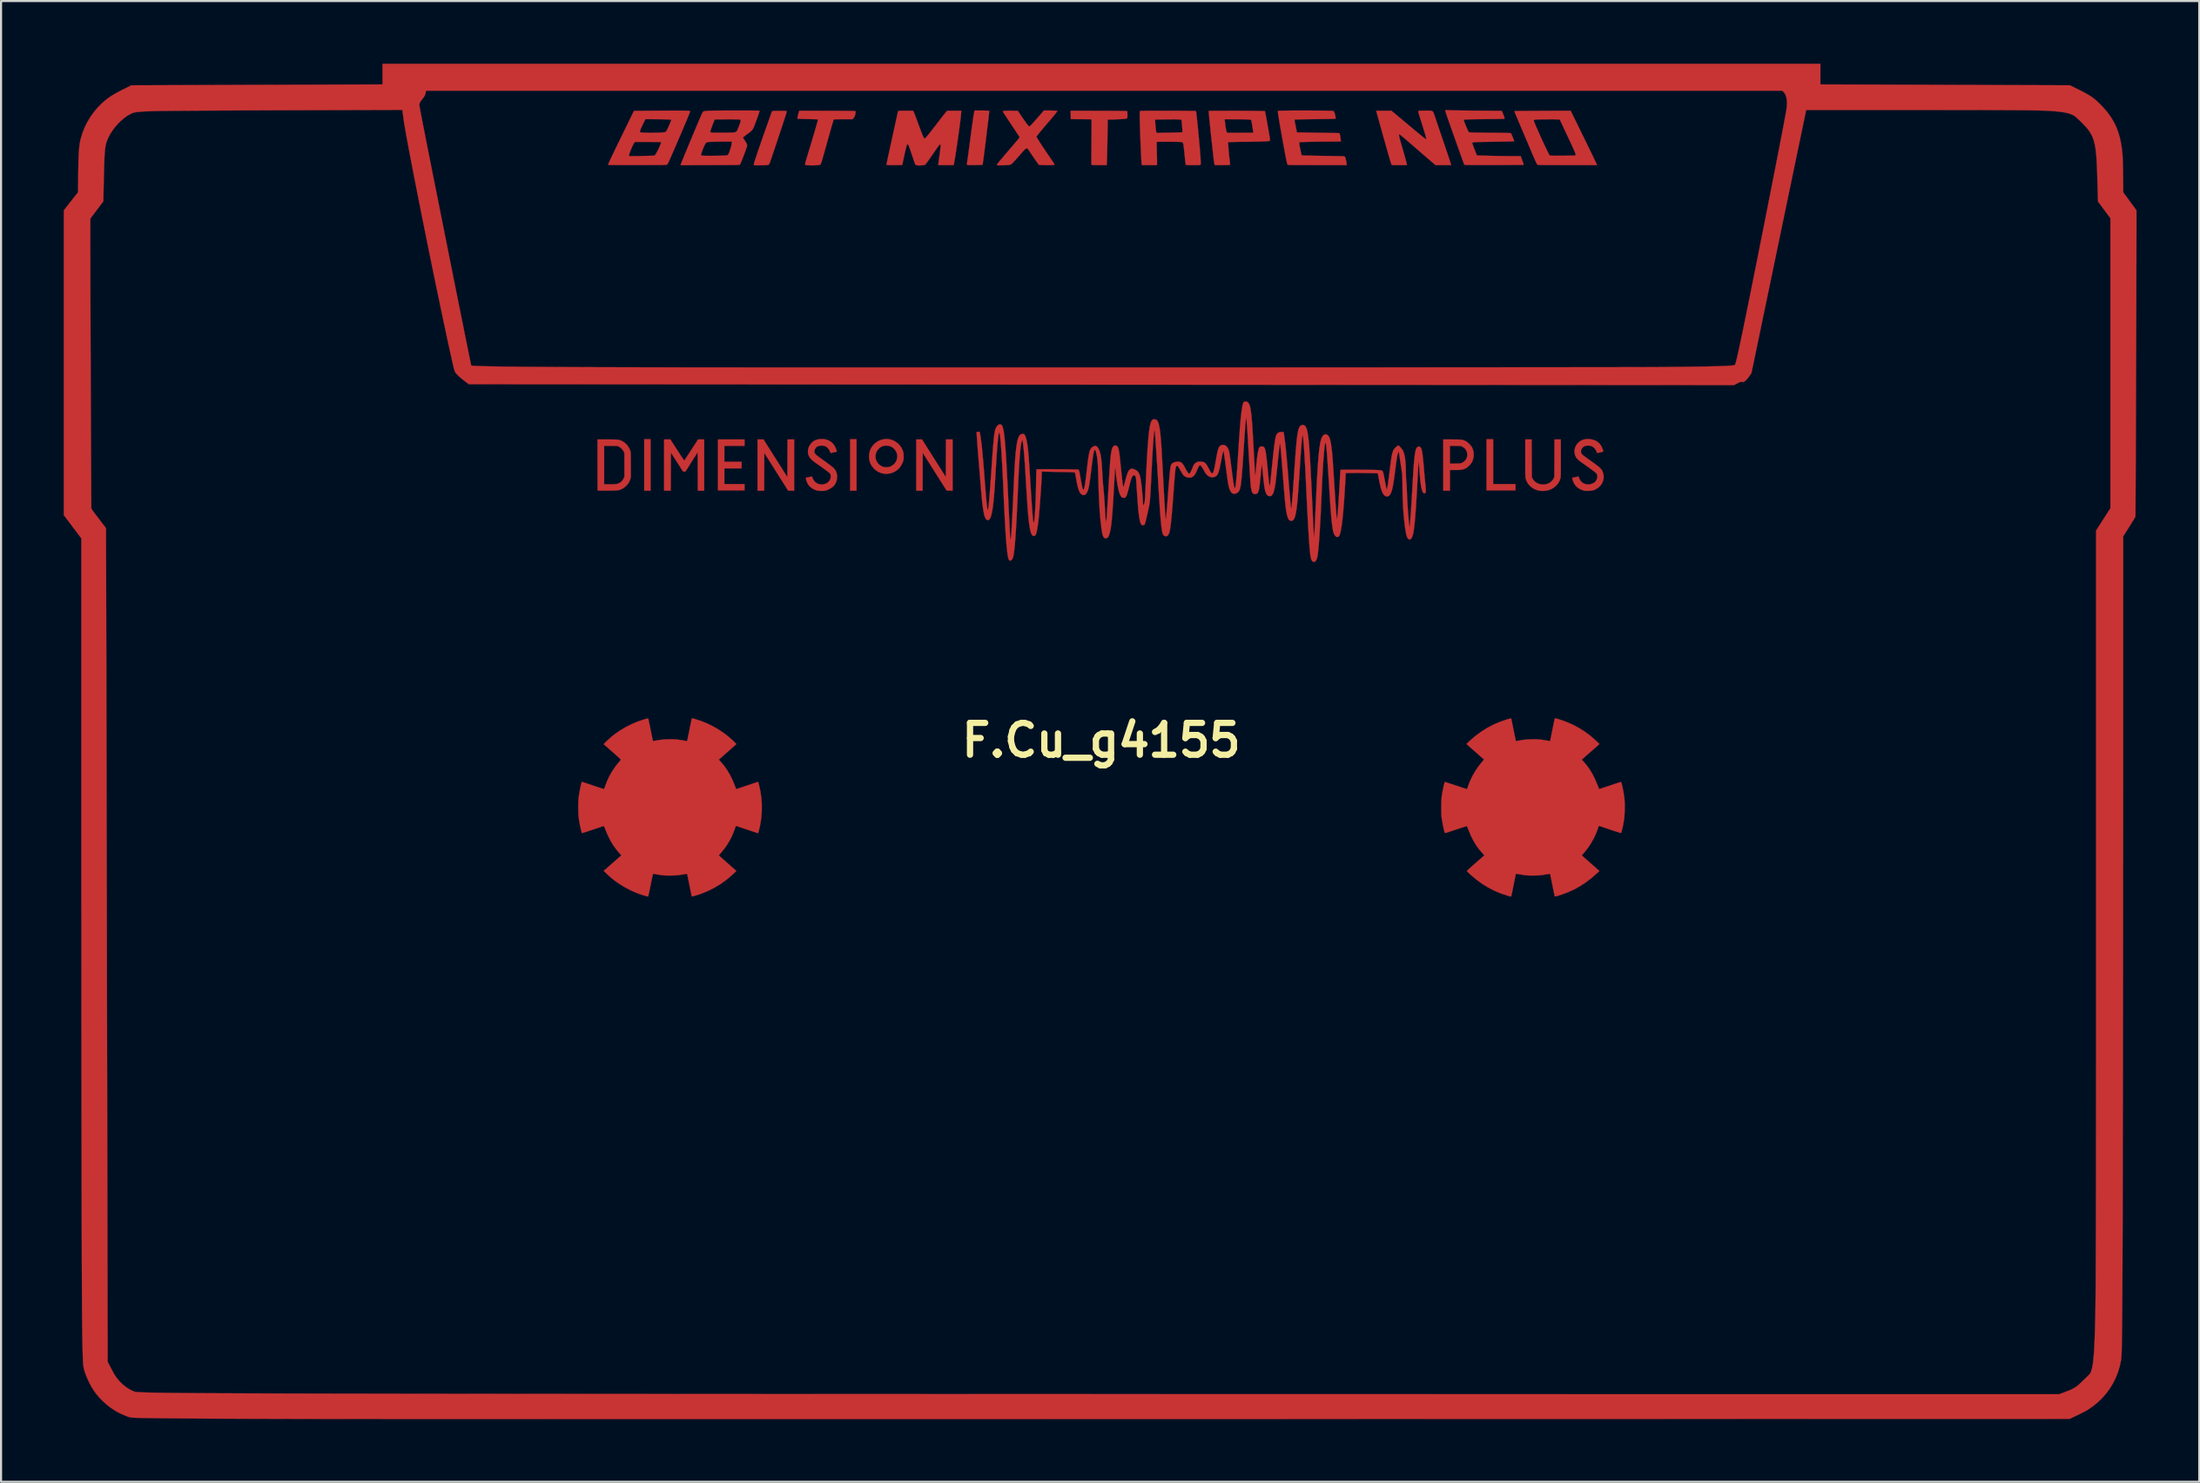
<source format=kicad_pcb>
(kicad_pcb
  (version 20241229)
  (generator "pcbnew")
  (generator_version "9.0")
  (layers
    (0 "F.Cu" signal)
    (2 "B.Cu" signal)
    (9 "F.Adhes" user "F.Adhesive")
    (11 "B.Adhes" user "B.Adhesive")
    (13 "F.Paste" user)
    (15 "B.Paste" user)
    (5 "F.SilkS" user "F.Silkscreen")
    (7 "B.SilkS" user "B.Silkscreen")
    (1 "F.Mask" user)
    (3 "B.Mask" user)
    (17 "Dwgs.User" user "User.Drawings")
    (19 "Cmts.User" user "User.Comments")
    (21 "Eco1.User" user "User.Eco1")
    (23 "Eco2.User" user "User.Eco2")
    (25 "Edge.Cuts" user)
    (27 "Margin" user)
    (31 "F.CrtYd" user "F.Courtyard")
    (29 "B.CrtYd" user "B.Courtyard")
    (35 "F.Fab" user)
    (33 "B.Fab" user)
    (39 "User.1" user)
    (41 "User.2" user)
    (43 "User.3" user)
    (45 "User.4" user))
  (footprint "F.Cu_g4155"
    (layer "F.Cu")
    (at 49.649 32.39)
    (property "Reference" "F.Cu_g4155" (at 0 0 0) (layer "F.SilkS") (effects (font (size 1.524 1.524) (thickness 0.3))))
    (attr through_hole)
    (fp_poly (pts (xy -21.565 -11.951) (xy -21.869 -11.951) (xy -21.869 -14.415) (xy -21.565 -14.415) (xy -21.565 -11.951)) (stroke (width 0.01) (type solid)) (fill yes) (layer "F.Cu"))
    (fp_poly (pts (xy -11.709 -11.951) (xy -12.014 -11.951) (xy -12.014 -14.415) (xy -11.709 -14.415) (xy -11.709 -11.951)) (stroke (width 0.01) (type solid)) (fill yes) (layer "F.Cu"))
    (fp_poly (pts (xy 18.758 -12.268) (xy 19.825 -12.268) (xy 19.825 -11.963) (xy 18.44 -11.963) (xy 18.44 -14.415) (xy 18.758 -14.415) (xy 18.758 -12.268)) (stroke (width 0.01) (type solid)) (fill yes) (layer "F.Cu"))
    (fp_poly (pts (xy -17.069 -14.097) (xy -18.034 -14.097) (xy -18.034 -13.335) (xy -17.209 -13.335) (xy -17.209 -13.018) (xy -18.034 -13.018) (xy -18.034 -12.268) (xy -17.069 -12.268) (xy -17.069 -11.963) (xy -18.339 -11.963) (xy -18.339 -14.402) (xy -17.069 -14.402) (xy -17.069 -14.097)) (stroke (width 0.01) (type solid)) (fill yes) (layer "F.Cu"))
    (fp_poly (pts (xy -14.694 -11.951) (xy -14.837 -11.951) (xy -14.98 -11.951) (xy -16.123 -13.759) (xy -16.126 -12.855) (xy -16.129 -11.951) (xy -16.447 -11.951) (xy -16.447 -14.402) (xy -16.161 -14.402) (xy -15.018 -12.599) (xy -15.014 -13.5) (xy -15.011 -14.402) (xy -14.694 -14.402) (xy -14.694 -11.951)) (stroke (width 0.01) (type solid)) (fill yes) (layer "F.Cu"))
    (fp_poly (pts (xy -8.006 -13.503) (xy -7.436 -12.604) (xy -7.433 -13.503) (xy -7.429 -14.402) (xy -7.112 -14.402) (xy -7.112 -11.95) (xy -7.254 -11.953) (xy -7.396 -11.957) (xy -7.968 -12.861) (xy -8.541 -13.765) (xy -8.544 -12.858) (xy -8.547 -11.951) (xy -8.852 -11.951) (xy -8.852 -14.402) (xy -8.575 -14.402) (xy -8.006 -13.503)) (stroke (width 0.01) (type solid)) (fill yes) (layer "F.Cu"))
    (fp_poly (pts (xy -20.289 -13.894) (xy -20.223 -13.793) (xy -20.161 -13.698) (xy -20.105 -13.612) (xy -20.055 -13.538) (xy -20.014 -13.476) (xy -19.982 -13.43) (xy -19.961 -13.401) (xy -19.953 -13.392) (xy -19.953 -13.392) (xy -19.949 -13.396) (xy -19.941 -13.408) (xy -19.927 -13.428) (xy -19.906 -13.459) (xy -19.878 -13.501) (xy -19.843 -13.556) (xy -19.798 -13.624) (xy -19.743 -13.707) (xy -19.678 -13.807) (xy -19.602 -13.925) (xy -19.513 -14.061) (xy -19.43 -14.189) (xy -19.292 -14.402) (xy -18.999 -14.402) (xy -18.999 -11.951) (xy -19.304 -11.951) (xy -19.307 -12.868) (xy -19.31 -13.785) (xy -19.355 -13.722) (xy -19.372 -13.697) (xy -19.401 -13.653) (xy -19.439 -13.593) (xy -19.485 -13.52) (xy -19.537 -13.438) (xy -19.594 -13.348) (xy -19.647 -13.262) (xy -19.895 -12.865) (xy -19.952 -12.865) (xy -20.009 -12.865) (xy -20.593 -13.776) (xy -20.596 -12.863) (xy -20.6 -11.951) (xy -20.917 -11.951) (xy -20.917 -14.402) (xy -20.618 -14.402) (xy -20.289 -13.894)) (stroke (width 0.01) (type solid)) (fill yes) (layer "F.Cu"))
    (fp_poly (pts (xy 16.786 -14.402) (xy 16.915 -14.401) (xy 17.021 -14.4) (xy 17.108 -14.398) (xy 17.18 -14.394) (xy 17.238 -14.389) (xy 17.287 -14.381) (xy 17.33 -14.37) (xy 17.369 -14.357) (xy 17.408 -14.34) (xy 17.44 -14.324) (xy 17.499 -14.287) (xy 17.564 -14.235) (xy 17.629 -14.173) (xy 17.687 -14.109) (xy 17.732 -14.048) (xy 17.746 -14.025) (xy 17.795 -13.906) (xy 17.823 -13.778) (xy 17.828 -13.645) (xy 17.812 -13.513) (xy 17.773 -13.385) (xy 17.751 -13.336) (xy 17.71 -13.267) (xy 17.652 -13.194) (xy 17.584 -13.125) (xy 17.513 -13.065) (xy 17.445 -13.022) (xy 17.442 -13.02) (xy 17.39 -12.995) (xy 17.34 -12.976) (xy 17.289 -12.962) (xy 17.231 -12.952) (xy 17.163 -12.946) (xy 17.08 -12.942) (xy 16.978 -12.941) (xy 16.949 -12.941) (xy 16.688 -12.941) (xy 16.688 -11.951) (xy 16.37 -11.951) (xy 16.37 -13.244) (xy 16.688 -13.244) (xy 16.945 -13.248) (xy 17.033 -13.25) (xy 17.099 -13.252) (xy 17.149 -13.254) (xy 17.186 -13.258) (xy 17.214 -13.263) (xy 17.238 -13.271) (xy 17.262 -13.281) (xy 17.274 -13.286) (xy 17.361 -13.34) (xy 17.429 -13.408) (xy 17.48 -13.489) (xy 17.511 -13.578) (xy 17.522 -13.671) (xy 17.512 -13.765) (xy 17.481 -13.857) (xy 17.428 -13.942) (xy 17.414 -13.959) (xy 17.382 -13.989) (xy 17.337 -14.022) (xy 17.295 -14.047) (xy 17.215 -14.091) (xy 16.688 -14.099) (xy 16.688 -13.244) (xy 16.37 -13.244) (xy 16.37 -14.402) (xy 16.786 -14.402)) (stroke (width 0.01) (type solid)) (fill yes) (layer "F.Cu"))
    (fp_poly (pts (xy -15.35 -30.134) (xy -15.273 -30.133) (xy -15.201 -30.132) (xy -15.139 -30.13) (xy -15.091 -30.127) (xy -15.062 -30.124) (xy -15.055 -30.121) (xy -15.053 -30.105) (xy -15.058 -30.072) (xy -15.068 -30.028) (xy -15.069 -30.026) (xy -15.077 -29.996) (xy -15.093 -29.945) (xy -15.116 -29.875) (xy -15.144 -29.787) (xy -15.178 -29.685) (xy -15.216 -29.569) (xy -15.257 -29.443) (xy -15.302 -29.307) (xy -15.349 -29.165) (xy -15.398 -29.018) (xy -15.447 -28.869) (xy -15.497 -28.719) (xy -15.547 -28.571) (xy -15.595 -28.426) (xy -15.642 -28.287) (xy -15.686 -28.156) (xy -15.727 -28.035) (xy -15.764 -27.925) (xy -15.796 -27.83) (xy -15.824 -27.751) (xy -15.845 -27.69) (xy -15.859 -27.65) (xy -15.866 -27.633) (xy -15.887 -27.593) (xy -15.909 -27.561) (xy -15.923 -27.548) (xy -15.942 -27.544) (xy -15.983 -27.54) (xy -16.04 -27.536) (xy -16.11 -27.533) (xy -16.187 -27.53) (xy -16.268 -27.528) (xy -16.348 -27.527) (xy -16.423 -27.526) (xy -16.489 -27.527) (xy -16.54 -27.528) (xy -16.559 -27.529) (xy -16.627 -27.535) (xy -16.619 -27.595) (xy -16.612 -27.626) (xy -16.596 -27.68) (xy -16.573 -27.757) (xy -16.541 -27.855) (xy -16.502 -27.973) (xy -16.456 -28.111) (xy -16.403 -28.267) (xy -16.343 -28.441) (xy -16.277 -28.633) (xy -16.205 -28.84) (xy -16.126 -29.063) (xy -16.043 -29.3) (xy -16.036 -29.318) (xy -15.754 -30.118) (xy -15.665 -30.128) (xy -15.626 -30.131) (xy -15.57 -30.133) (xy -15.503 -30.134) (xy -15.428 -30.135) (xy -15.35 -30.134)) (stroke (width 0.01) (type solid)) (fill yes) (layer "F.Cu"))
    (fp_poly (pts (xy 20.602 -13.503) (xy 20.606 -12.605) (xy 20.639 -12.535) (xy 20.693 -12.448) (xy 20.766 -12.375) (xy 20.853 -12.317) (xy 20.952 -12.275) (xy 21.058 -12.25) (xy 21.168 -12.243) (xy 21.278 -12.256) (xy 21.386 -12.288) (xy 21.428 -12.308) (xy 21.49 -12.348) (xy 21.553 -12.404) (xy 21.608 -12.468) (xy 21.649 -12.531) (xy 21.65 -12.534) (xy 21.685 -12.605) (xy 21.692 -14.402) (xy 21.996 -14.402) (xy 21.996 -13.509) (xy 21.996 -13.332) (xy 21.996 -13.179) (xy 21.996 -13.048) (xy 21.995 -12.936) (xy 21.994 -12.843) (xy 21.993 -12.765) (xy 21.991 -12.703) (xy 21.989 -12.652) (xy 21.987 -12.613) (xy 21.984 -12.582) (xy 21.981 -12.559) (xy 21.977 -12.541) (xy 21.977 -12.541) (xy 21.933 -12.417) (xy 21.866 -12.302) (xy 21.779 -12.198) (xy 21.675 -12.108) (xy 21.555 -12.034) (xy 21.431 -11.981) (xy 21.343 -11.959) (xy 21.241 -11.945) (xy 21.133 -11.939) (xy 21.028 -11.943) (xy 20.936 -11.956) (xy 20.911 -11.962) (xy 20.81 -11.994) (xy 20.724 -12.031) (xy 20.645 -12.078) (xy 20.617 -12.097) (xy 20.509 -12.189) (xy 20.422 -12.294) (xy 20.355 -12.413) (xy 20.314 -12.528) (xy 20.31 -12.546) (xy 20.307 -12.569) (xy 20.304 -12.598) (xy 20.302 -12.636) (xy 20.3 -12.684) (xy 20.298 -12.745) (xy 20.297 -12.819) (xy 20.296 -12.91) (xy 20.295 -13.018) (xy 20.295 -13.146) (xy 20.295 -13.295) (xy 20.295 -13.467) (xy 20.295 -13.503) (xy 20.295 -14.402) (xy 20.599 -14.402) (xy 20.602 -13.503)) (stroke (width 0.01) (type solid)) (fill yes) (layer "F.Cu"))
    (fp_poly (pts (xy -5.793 -30.15) (xy -5.708 -30.149) (xy -5.624 -30.148) (xy -5.549 -30.146) (xy -5.488 -30.144) (xy -5.446 -30.142) (xy -5.443 -30.141) (xy -5.356 -30.133) (xy -5.364 -30.043) (xy -5.368 -30.01) (xy -5.374 -29.954) (xy -5.382 -29.881) (xy -5.393 -29.793) (xy -5.404 -29.694) (xy -5.417 -29.587) (xy -5.43 -29.483) (xy -5.465 -29.198) (xy -5.496 -28.939) (xy -5.525 -28.703) (xy -5.552 -28.491) (xy -5.575 -28.302) (xy -5.596 -28.135) (xy -5.615 -27.991) (xy -5.631 -27.868) (xy -5.644 -27.766) (xy -5.656 -27.685) (xy -5.665 -27.623) (xy -5.672 -27.581) (xy -5.676 -27.558) (xy -5.678 -27.553) (xy -5.693 -27.55) (xy -5.73 -27.547) (xy -5.784 -27.544) (xy -5.851 -27.542) (xy -5.928 -27.54) (xy -6.01 -27.538) (xy -6.094 -27.537) (xy -6.175 -27.537) (xy -6.249 -27.537) (xy -6.313 -27.538) (xy -6.362 -27.539) (xy -6.393 -27.542) (xy -6.398 -27.542) (xy -6.41 -27.546) (xy -6.419 -27.555) (xy -6.424 -27.571) (xy -6.425 -27.597) (xy -6.421 -27.637) (xy -6.414 -27.695) (xy -6.403 -27.772) (xy -6.395 -27.821) (xy -6.383 -27.898) (xy -6.37 -27.989) (xy -6.355 -28.094) (xy -6.339 -28.217) (xy -6.32 -28.358) (xy -6.298 -28.518) (xy -6.274 -28.7) (xy -6.248 -28.904) (xy -6.223 -29.096) (xy -6.205 -29.235) (xy -6.186 -29.372) (xy -6.167 -29.505) (xy -6.149 -29.632) (xy -6.132 -29.75) (xy -6.115 -29.855) (xy -6.101 -29.946) (xy -6.088 -30.021) (xy -6.078 -30.075) (xy -6.07 -30.107) (xy -6.069 -30.109) (xy -6.056 -30.15) (xy -5.793 -30.15)) (stroke (width 0.01) (type solid)) (fill yes) (layer "F.Cu"))
    (fp_poly (pts (xy -0.175 -30.136) (xy 0.005 -30.136) (xy 0.179 -30.135) (xy 0.345 -30.135) (xy 0.502 -30.134) (xy 0.646 -30.133) (xy 0.778 -30.132) (xy 0.894 -30.131) (xy 0.993 -30.13) (xy 1.073 -30.129) (xy 1.133 -30.128) (xy 1.17 -30.127) (xy 1.181 -30.126) (xy 1.251 -30.118) (xy 1.254 -29.964) (xy 1.256 -29.89) (xy 1.254 -29.835) (xy 1.245 -29.798) (xy 1.226 -29.773) (xy 1.193 -29.759) (xy 1.143 -29.75) (xy 1.072 -29.744) (xy 1.041 -29.742) (xy 0.974 -29.738) (xy 0.889 -29.733) (xy 0.792 -29.729) (xy 0.693 -29.725) (xy 0.597 -29.721) (xy 0.591 -29.721) (xy 0.311 -29.712) (xy 0.308 -29.477) (xy 0.307 -29.371) (xy 0.305 -29.251) (xy 0.303 -29.121) (xy 0.301 -28.984) (xy 0.298 -28.84) (xy 0.296 -28.694) (xy 0.293 -28.548) (xy 0.29 -28.405) (xy 0.287 -28.266) (xy 0.284 -28.135) (xy 0.281 -28.015) (xy 0.278 -27.907) (xy 0.276 -27.815) (xy 0.274 -27.741) (xy 0.272 -27.688) (xy 0.271 -27.664) (xy 0.263 -27.534) (xy -0.081 -27.535) (xy -0.173 -27.536) (xy -0.258 -27.537) (xy -0.331 -27.538) (xy -0.39 -27.539) (xy -0.431 -27.541) (xy -0.449 -27.543) (xy -0.449 -27.543) (xy -0.454 -27.544) (xy -0.457 -27.548) (xy -0.461 -27.556) (xy -0.463 -27.569) (xy -0.465 -27.589) (xy -0.467 -27.617) (xy -0.468 -27.656) (xy -0.469 -27.707) (xy -0.47 -27.771) (xy -0.47 -27.85) (xy -0.469 -27.946) (xy -0.469 -28.06) (xy -0.468 -28.194) (xy -0.466 -28.35) (xy -0.465 -28.529) (xy -0.464 -28.605) (xy -0.463 -28.767) (xy -0.462 -28.923) (xy -0.461 -29.069) (xy -0.461 -29.206) (xy -0.46 -29.329) (xy -0.46 -29.438) (xy -0.461 -29.53) (xy -0.461 -29.604) (xy -0.462 -29.658) (xy -0.463 -29.689) (xy -0.464 -29.696) (xy -0.473 -29.73) (xy -0.963 -29.734) (xy -1.454 -29.737) (xy -1.458 -29.937) (xy -1.461 -30.137) (xy -0.175 -30.136)) (stroke (width 0.01) (type solid)) (fill yes) (layer "F.Cu"))
    (fp_poly (pts (xy -10.103 -14.405) (xy -9.981 -14.368) (xy -9.862 -14.309) (xy -9.75 -14.229) (xy -9.697 -14.18) (xy -9.616 -14.089) (xy -9.554 -13.997) (xy -9.505 -13.892) (xy -9.49 -13.854) (xy -9.476 -13.81) (xy -9.466 -13.771) (xy -9.46 -13.729) (xy -9.457 -13.676) (xy -9.456 -13.606) (xy -9.456 -13.595) (xy -9.456 -13.525) (xy -9.458 -13.473) (xy -9.462 -13.431) (xy -9.471 -13.394) (xy -9.483 -13.352) (xy -9.494 -13.322) (xy -9.555 -13.186) (xy -9.636 -13.066) (xy -9.734 -12.964) (xy -9.848 -12.88) (xy -9.977 -12.816) (xy -10.033 -12.796) (xy -10.12 -12.775) (xy -10.215 -12.761) (xy -10.308 -12.757) (xy -10.39 -12.762) (xy -10.395 -12.763) (xy -10.54 -12.798) (xy -10.672 -12.854) (xy -10.79 -12.931) (xy -10.865 -12.999) (xy -10.959 -13.108) (xy -11.03 -13.223) (xy -11.078 -13.346) (xy -11.104 -13.479) (xy -11.11 -13.546) (xy -11.109 -13.567) (xy -10.804 -13.567) (xy -10.788 -13.463) (xy -10.75 -13.364) (xy -10.694 -13.274) (xy -10.621 -13.195) (xy -10.533 -13.133) (xy -10.441 -13.092) (xy -10.386 -13.078) (xy -10.325 -13.072) (xy -10.26 -13.072) (xy -10.2 -13.076) (xy -10.155 -13.083) (xy -10.113 -13.096) (xy -10.063 -13.119) (xy -10.054 -13.123) (xy -9.958 -13.184) (xy -9.88 -13.259) (xy -9.821 -13.346) (xy -9.781 -13.441) (xy -9.761 -13.542) (xy -9.762 -13.645) (xy -9.783 -13.747) (xy -9.827 -13.845) (xy -9.893 -13.936) (xy -9.9 -13.944) (xy -9.985 -14.019) (xy -10.077 -14.071) (xy -10.178 -14.1) (xy -10.292 -14.108) (xy -10.311 -14.107) (xy -10.413 -14.095) (xy -10.501 -14.065) (xy -10.582 -14.015) (xy -10.638 -13.968) (xy -10.713 -13.879) (xy -10.767 -13.778) (xy -10.797 -13.673) (xy -10.804 -13.567) (xy -11.109 -13.567) (xy -11.105 -13.689) (xy -11.079 -13.822) (xy -11.034 -13.944) (xy -10.971 -14.055) (xy -10.893 -14.153) (xy -10.802 -14.238) (xy -10.7 -14.308) (xy -10.59 -14.362) (xy -10.473 -14.4) (xy -10.351 -14.42) (xy -10.227 -14.423) (xy -10.103 -14.405)) (stroke (width 0.01) (type solid)) (fill yes) (layer "F.Cu"))
    (fp_poly (pts (xy -23.498 -14.402) (xy -23.388 -14.401) (xy -23.297 -14.4) (xy -23.223 -14.397) (xy -23.162 -14.393) (xy -23.112 -14.387) (xy -23.07 -14.379) (xy -23.032 -14.369) (xy -22.996 -14.355) (xy -22.959 -14.339) (xy -22.931 -14.326) (xy -22.818 -14.257) (xy -22.718 -14.169) (xy -22.634 -14.061) (xy -22.566 -13.935) (xy -22.535 -13.856) (xy -22.529 -13.838) (xy -22.525 -13.819) (xy -22.521 -13.795) (xy -22.518 -13.765) (xy -22.515 -13.727) (xy -22.514 -13.677) (xy -22.512 -13.613) (xy -22.512 -13.534) (xy -22.511 -13.436) (xy -22.511 -13.318) (xy -22.511 -13.183) (xy -22.511 -12.579) (xy -22.542 -12.485) (xy -22.594 -12.363) (xy -22.668 -12.252) (xy -22.759 -12.154) (xy -22.864 -12.074) (xy -22.911 -12.047) (xy -22.952 -12.026) (xy -22.989 -12.008) (xy -23.024 -11.994) (xy -23.06 -11.982) (xy -23.1 -11.974) (xy -23.148 -11.967) (xy -23.205 -11.962) (xy -23.276 -11.959) (xy -23.363 -11.957) (xy -23.468 -11.955) (xy -23.596 -11.954) (xy -23.609 -11.954) (xy -23.717 -11.953) (xy -23.817 -11.953) (xy -23.905 -11.953) (xy -23.98 -11.953) (xy -24.039 -11.955) (xy -24.078 -11.956) (xy -24.095 -11.958) (xy -24.095 -11.958) (xy -24.097 -11.972) (xy -24.098 -12.009) (xy -24.099 -12.069) (xy -24.1 -12.148) (xy -24.101 -12.246) (xy -24.101 -12.255) (xy -23.787 -12.255) (xy -23.529 -12.255) (xy -23.445 -12.256) (xy -23.364 -12.258) (xy -23.293 -12.261) (xy -23.236 -12.265) (xy -23.198 -12.269) (xy -23.196 -12.269) (xy -23.09 -12.301) (xy -22.999 -12.353) (xy -22.924 -12.425) (xy -22.863 -12.517) (xy -22.856 -12.533) (xy -22.816 -12.617) (xy -22.816 -13.748) (xy -22.85 -13.82) (xy -22.901 -13.906) (xy -22.97 -13.981) (xy -23.049 -14.041) (xy -23.072 -14.053) (xy -23.146 -14.091) (xy -23.787 -14.099) (xy -23.787 -12.255) (xy -24.101 -12.255) (xy -24.102 -12.36) (xy -24.103 -12.49) (xy -24.104 -12.632) (xy -24.104 -12.786) (xy -24.104 -12.949) (xy -24.105 -13.121) (xy -24.105 -13.185) (xy -24.105 -14.402) (xy -23.631 -14.402) (xy -23.498 -14.402)) (stroke (width 0.01) (type solid)) (fill yes) (layer "F.Cu"))
    (fp_poly (pts (xy -13.184 -30.136) (xy -13.005 -30.135) (xy -12.832 -30.135) (xy -12.666 -30.134) (xy -12.511 -30.134) (xy -12.366 -30.133) (xy -12.236 -30.132) (xy -12.12 -30.131) (xy -12.021 -30.13) (xy -11.941 -30.129) (xy -11.882 -30.128) (xy -11.846 -30.127) (xy -11.836 -30.126) (xy -11.754 -30.118) (xy -11.755 -30.065) (xy -11.765 -29.98) (xy -11.789 -29.897) (xy -11.825 -29.824) (xy -11.852 -29.788) (xy -11.902 -29.731) (xy -12.35 -29.731) (xy -12.469 -29.731) (xy -12.565 -29.73) (xy -12.641 -29.73) (xy -12.698 -29.729) (xy -12.74 -29.727) (xy -12.77 -29.724) (xy -12.788 -29.721) (xy -12.799 -29.717) (xy -12.804 -29.712) (xy -12.805 -29.708) (xy -12.811 -29.689) (xy -12.822 -29.65) (xy -12.839 -29.596) (xy -12.859 -29.531) (xy -12.875 -29.477) (xy -12.891 -29.425) (xy -12.912 -29.351) (xy -12.938 -29.26) (xy -12.969 -29.153) (xy -13.003 -29.033) (xy -13.039 -28.905) (xy -13.077 -28.77) (xy -13.115 -28.633) (xy -13.138 -28.55) (xy -13.187 -28.373) (xy -13.23 -28.219) (xy -13.268 -28.086) (xy -13.3 -27.973) (xy -13.327 -27.878) (xy -13.35 -27.799) (xy -13.369 -27.735) (xy -13.386 -27.684) (xy -13.399 -27.645) (xy -13.41 -27.615) (xy -13.42 -27.593) (xy -13.428 -27.578) (xy -13.435 -27.568) (xy -13.437 -27.567) (xy -13.452 -27.556) (xy -13.475 -27.548) (xy -13.512 -27.541) (xy -13.567 -27.536) (xy -13.61 -27.533) (xy -13.738 -27.526) (xy -13.863 -27.524) (xy -13.979 -27.526) (xy -14.077 -27.532) (xy -14.08 -27.532) (xy -14.123 -27.538) (xy -14.155 -27.544) (xy -14.168 -27.549) (xy -14.171 -27.559) (xy -14.17 -27.577) (xy -14.165 -27.607) (xy -14.156 -27.65) (xy -14.14 -27.708) (xy -14.119 -27.783) (xy -14.092 -27.877) (xy -14.057 -27.992) (xy -14.025 -28.099) (xy -13.963 -28.304) (xy -13.903 -28.501) (xy -13.847 -28.688) (xy -13.795 -28.863) (xy -13.747 -29.026) (xy -13.703 -29.175) (xy -13.664 -29.309) (xy -13.63 -29.427) (xy -13.602 -29.527) (xy -13.58 -29.608) (xy -13.564 -29.669) (xy -13.555 -29.708) (xy -13.553 -29.724) (xy -13.553 -29.725) (xy -13.567 -29.726) (xy -13.602 -29.728) (xy -13.658 -29.73) (xy -13.731 -29.732) (xy -13.818 -29.735) (xy -13.916 -29.737) (xy -14.023 -29.74) (xy -14.043 -29.741) (xy -14.152 -29.743) (xy -14.252 -29.746) (xy -14.342 -29.749) (xy -14.418 -29.752) (xy -14.477 -29.755) (xy -14.518 -29.757) (xy -14.536 -29.759) (xy -14.536 -29.759) (xy -14.538 -29.777) (xy -14.534 -29.814) (xy -14.523 -29.867) (xy -14.507 -29.933) (xy -14.487 -30.007) (xy -14.481 -30.026) (xy -14.449 -30.137) (xy -13.184 -30.136)) (stroke (width 0.01) (type solid)) (fill yes) (layer "F.Cu"))
    (fp_poly (pts (xy -13.282 -14.42) (xy -13.152 -14.396) (xy -13.033 -14.351) (xy -12.927 -14.286) (xy -12.836 -14.201) (xy -12.76 -14.097) (xy -12.741 -14.062) (xy -12.716 -14.01) (xy -12.692 -13.955) (xy -12.673 -13.903) (xy -12.659 -13.86) (xy -12.653 -13.83) (xy -12.655 -13.821) (xy -12.668 -13.816) (xy -12.7 -13.808) (xy -12.744 -13.798) (xy -12.796 -13.786) (xy -12.847 -13.774) (xy -12.893 -13.764) (xy -12.928 -13.757) (xy -12.943 -13.755) (xy -12.952 -13.765) (xy -12.964 -13.792) (xy -12.967 -13.802) (xy -12.999 -13.873) (xy -13.046 -13.945) (xy -13.103 -14.009) (xy -13.115 -14.02) (xy -13.177 -14.065) (xy -13.245 -14.094) (xy -13.323 -14.107) (xy -13.41 -14.107) (xy -13.497 -14.098) (xy -13.566 -14.077) (xy -13.62 -14.041) (xy -13.667 -13.99) (xy -13.674 -13.979) (xy -13.714 -13.904) (xy -13.729 -13.836) (xy -13.719 -13.771) (xy -13.684 -13.71) (xy -13.654 -13.677) (xy -13.628 -13.655) (xy -13.585 -13.62) (xy -13.527 -13.576) (xy -13.458 -13.525) (xy -13.382 -13.469) (xy -13.301 -13.411) (xy -13.288 -13.401) (xy -13.159 -13.309) (xy -13.05 -13.229) (xy -12.96 -13.161) (xy -12.887 -13.103) (xy -12.83 -13.055) (xy -12.787 -13.015) (xy -12.762 -12.988) (xy -12.701 -12.895) (xy -12.661 -12.791) (xy -12.64 -12.679) (xy -12.64 -12.563) (xy -12.659 -12.447) (xy -12.698 -12.335) (xy -12.757 -12.231) (xy -12.773 -12.208) (xy -12.824 -12.155) (xy -12.893 -12.1) (xy -12.973 -12.049) (xy -13.059 -12.004) (xy -13.144 -11.969) (xy -13.205 -11.952) (xy -13.269 -11.944) (xy -13.348 -11.94) (xy -13.432 -11.941) (xy -13.513 -11.946) (xy -13.581 -11.955) (xy -13.595 -11.958) (xy -13.709 -11.996) (xy -13.816 -12.052) (xy -13.911 -12.122) (xy -13.991 -12.203) (xy -14.051 -12.292) (xy -14.06 -12.311) (xy -14.085 -12.37) (xy -14.107 -12.432) (xy -14.124 -12.489) (xy -14.134 -12.534) (xy -14.135 -12.549) (xy -14.129 -12.559) (xy -14.107 -12.57) (xy -14.068 -12.582) (xy -14.006 -12.596) (xy -14.004 -12.596) (xy -13.935 -12.61) (xy -13.886 -12.619) (xy -13.856 -12.622) (xy -13.839 -12.621) (xy -13.831 -12.614) (xy -13.83 -12.606) (xy -13.823 -12.578) (xy -13.805 -12.536) (xy -13.778 -12.487) (xy -13.748 -12.438) (xy -13.718 -12.395) (xy -13.691 -12.365) (xy -13.691 -12.365) (xy -13.606 -12.305) (xy -13.511 -12.266) (xy -13.411 -12.248) (xy -13.309 -12.25) (xy -13.209 -12.274) (xy -13.117 -12.319) (xy -13.057 -12.365) (xy -12.997 -12.435) (xy -12.958 -12.519) (xy -12.942 -12.612) (xy -12.941 -12.63) (xy -12.945 -12.69) (xy -12.957 -12.734) (xy -12.982 -12.773) (xy -13.007 -12.8) (xy -13.033 -12.823) (xy -13.078 -12.859) (xy -13.137 -12.904) (xy -13.209 -12.958) (xy -13.291 -13.017) (xy -13.379 -13.081) (xy -13.47 -13.146) (xy -13.563 -13.21) (xy -13.605 -13.24) (xy -13.723 -13.324) (xy -13.819 -13.402) (xy -13.895 -13.476) (xy -13.952 -13.547) (xy -13.993 -13.619) (xy -14.02 -13.694) (xy -14.033 -13.774) (xy -14.035 -13.838) (xy -14.022 -13.949) (xy -13.985 -14.057) (xy -13.925 -14.16) (xy -13.845 -14.253) (xy -13.839 -14.259) (xy -13.766 -14.319) (xy -13.688 -14.363) (xy -13.601 -14.394) (xy -13.498 -14.414) (xy -13.421 -14.421) (xy -13.282 -14.42)) (stroke (width 0.01) (type solid)) (fill yes) (layer "F.Cu"))
    (fp_poly (pts (xy 22.639 -29.786) (xy 22.783 -29.492) (xy 22.916 -29.221) (xy 23.038 -28.972) (xy 23.149 -28.745) (xy 23.25 -28.539) (xy 23.34 -28.354) (xy 23.42 -28.189) (xy 23.49 -28.044) (xy 23.551 -27.919) (xy 23.601 -27.813) (xy 23.643 -27.726) (xy 23.675 -27.658) (xy 23.698 -27.607) (xy 23.712 -27.575) (xy 23.717 -27.562) (xy 23.725 -27.534) (xy 22.362 -27.536) (xy 22.178 -27.536) (xy 22 -27.536) (xy 21.83 -27.537) (xy 21.671 -27.537) (xy 21.523 -27.538) (xy 21.389 -27.538) (xy 21.269 -27.539) (xy 21.167 -27.54) (xy 21.084 -27.54) (xy 21.02 -27.541) (xy 20.979 -27.542) (xy 20.961 -27.542) (xy 20.917 -27.549) (xy 20.887 -27.558) (xy 20.864 -27.576) (xy 20.843 -27.607) (xy 20.818 -27.656) (xy 20.817 -27.658) (xy 20.799 -27.696) (xy 20.773 -27.753) (xy 20.74 -27.826) (xy 20.704 -27.908) (xy 20.665 -27.998) (xy 20.628 -28.086) (xy 20.569 -28.224) (xy 20.508 -28.368) (xy 20.445 -28.518) (xy 20.38 -28.671) (xy 20.315 -28.824) (xy 20.25 -28.977) (xy 20.186 -29.127) (xy 20.125 -29.272) (xy 20.067 -29.409) (xy 20.012 -29.538) (xy 19.962 -29.656) (xy 19.953 -29.679) (xy 20.703 -29.679) (xy 20.704 -29.665) (xy 20.705 -29.655) (xy 20.714 -29.627) (xy 20.732 -29.579) (xy 20.759 -29.513) (xy 20.793 -29.432) (xy 20.833 -29.338) (xy 20.879 -29.233) (xy 20.928 -29.121) (xy 20.981 -29.003) (xy 21.035 -28.883) (xy 21.089 -28.762) (xy 21.144 -28.644) (xy 21.196 -28.531) (xy 21.246 -28.425) (xy 21.292 -28.329) (xy 21.332 -28.246) (xy 21.349 -28.213) (xy 21.458 -27.997) (xy 21.54 -27.989) (xy 21.572 -27.987) (xy 21.624 -27.986) (xy 21.694 -27.985) (xy 21.778 -27.984) (xy 21.873 -27.984) (xy 21.975 -27.985) (xy 22.081 -27.985) (xy 22.188 -27.986) (xy 22.292 -27.987) (xy 22.39 -27.989) (xy 22.479 -27.991) (xy 22.555 -27.992) (xy 22.616 -27.994) (xy 22.657 -27.997) (xy 22.674 -27.999) (xy 22.698 -28.007) (xy 22.706 -28.022) (xy 22.703 -28.05) (xy 22.698 -28.071) (xy 22.689 -28.101) (xy 22.674 -28.141) (xy 22.653 -28.193) (xy 22.625 -28.257) (xy 22.591 -28.335) (xy 22.548 -28.429) (xy 22.498 -28.539) (xy 22.438 -28.668) (xy 22.369 -28.817) (xy 22.289 -28.986) (xy 22.256 -29.056) (xy 21.948 -29.712) (xy 21.893 -29.722) (xy 21.868 -29.724) (xy 21.822 -29.726) (xy 21.755 -29.727) (xy 21.673 -29.728) (xy 21.577 -29.728) (xy 21.47 -29.728) (xy 21.356 -29.728) (xy 21.298 -29.727) (xy 21.158 -29.726) (xy 21.042 -29.725) (xy 20.947 -29.723) (xy 20.871 -29.721) (xy 20.812 -29.717) (xy 20.769 -29.713) (xy 20.738 -29.707) (xy 20.718 -29.7) (xy 20.707 -29.691) (xy 20.703 -29.679) (xy 19.953 -29.679) (xy 19.918 -29.761) (xy 19.88 -29.851) (xy 19.849 -29.923) (xy 19.827 -29.977) (xy 19.813 -30.01) (xy 19.811 -30.014) (xy 19.794 -30.06) (xy 19.782 -30.097) (xy 19.778 -30.118) (xy 19.779 -30.121) (xy 19.793 -30.123) (xy 19.831 -30.124) (xy 19.89 -30.125) (xy 19.97 -30.127) (xy 20.069 -30.128) (xy 20.184 -30.129) (xy 20.315 -30.13) (xy 20.46 -30.132) (xy 20.617 -30.133) (xy 20.784 -30.133) (xy 20.959 -30.134) (xy 21.127 -30.135) (xy 22.465 -30.139) (xy 22.639 -29.786)) (stroke (width 0.01) (type solid)) (fill yes) (layer "F.Cu"))
    (fp_poly (pts (xy 23.512 -14.397) (xy 23.648 -14.348) (xy 23.668 -14.339) (xy 23.765 -14.28) (xy 23.846 -14.206) (xy 23.914 -14.114) (xy 23.942 -14.064) (xy 23.966 -14.014) (xy 23.988 -13.961) (xy 24.007 -13.91) (xy 24.02 -13.865) (xy 24.026 -13.834) (xy 24.024 -13.822) (xy 24.011 -13.817) (xy 23.978 -13.809) (xy 23.933 -13.798) (xy 23.882 -13.786) (xy 23.83 -13.774) (xy 23.783 -13.764) (xy 23.749 -13.757) (xy 23.733 -13.755) (xy 23.724 -13.764) (xy 23.724 -13.77) (xy 23.716 -13.799) (xy 23.698 -13.842) (xy 23.671 -13.891) (xy 23.641 -13.939) (xy 23.611 -13.98) (xy 23.597 -13.995) (xy 23.523 -14.055) (xy 23.442 -14.092) (xy 23.35 -14.108) (xy 23.316 -14.11) (xy 23.219 -14.104) (xy 23.142 -14.085) (xy 23.08 -14.052) (xy 23.049 -14.024) (xy 22.998 -13.962) (xy 22.969 -13.9) (xy 22.96 -13.833) (xy 22.96 -13.831) (xy 22.96 -13.802) (xy 22.964 -13.776) (xy 22.972 -13.751) (xy 22.986 -13.725) (xy 23.009 -13.697) (xy 23.042 -13.665) (xy 23.087 -13.628) (xy 23.145 -13.582) (xy 23.219 -13.528) (xy 23.309 -13.462) (xy 23.419 -13.384) (xy 23.425 -13.38) (xy 23.543 -13.296) (xy 23.642 -13.224) (xy 23.724 -13.162) (xy 23.791 -13.109) (xy 23.845 -13.063) (xy 23.888 -13.022) (xy 23.922 -12.985) (xy 23.949 -12.949) (xy 23.972 -12.912) (xy 23.991 -12.873) (xy 24.031 -12.761) (xy 24.047 -12.647) (xy 24.04 -12.527) (xy 24.02 -12.434) (xy 23.982 -12.328) (xy 23.928 -12.237) (xy 23.856 -12.156) (xy 23.763 -12.08) (xy 23.742 -12.066) (xy 23.667 -12.02) (xy 23.598 -11.986) (xy 23.527 -11.964) (xy 23.448 -11.951) (xy 23.353 -11.944) (xy 23.324 -11.943) (xy 23.259 -11.942) (xy 23.202 -11.943) (xy 23.159 -11.944) (xy 23.134 -11.946) (xy 23.133 -11.946) (xy 22.99 -11.991) (xy 22.869 -12.05) (xy 22.767 -12.124) (xy 22.685 -12.212) (xy 22.622 -12.316) (xy 22.618 -12.325) (xy 22.596 -12.376) (xy 22.576 -12.43) (xy 22.559 -12.482) (xy 22.547 -12.525) (xy 22.542 -12.555) (xy 22.544 -12.565) (xy 22.558 -12.569) (xy 22.591 -12.577) (xy 22.639 -12.588) (xy 22.697 -12.6) (xy 22.844 -12.632) (xy 22.865 -12.566) (xy 22.907 -12.47) (xy 22.967 -12.389) (xy 23.042 -12.326) (xy 23.128 -12.281) (xy 23.223 -12.254) (xy 23.324 -12.248) (xy 23.427 -12.263) (xy 23.53 -12.3) (xy 23.576 -12.324) (xy 23.641 -12.376) (xy 23.693 -12.444) (xy 23.729 -12.522) (xy 23.745 -12.605) (xy 23.743 -12.656) (xy 23.74 -12.68) (xy 23.737 -12.702) (xy 23.731 -12.722) (xy 23.722 -12.742) (xy 23.708 -12.763) (xy 23.688 -12.787) (xy 23.659 -12.814) (xy 23.622 -12.846) (xy 23.573 -12.884) (xy 23.512 -12.93) (xy 23.437 -12.985) (xy 23.347 -13.05) (xy 23.24 -13.126) (xy 23.114 -13.215) (xy 23.033 -13.272) (xy 22.941 -13.339) (xy 22.868 -13.395) (xy 22.811 -13.444) (xy 22.767 -13.491) (xy 22.733 -13.537) (xy 22.705 -13.586) (xy 22.682 -13.642) (xy 22.671 -13.675) (xy 22.649 -13.778) (xy 22.65 -13.883) (xy 22.672 -13.987) (xy 22.712 -14.087) (xy 22.77 -14.18) (xy 22.843 -14.261) (xy 22.929 -14.328) (xy 23.026 -14.377) (xy 23.08 -14.395) (xy 23.228 -14.421) (xy 23.372 -14.421) (xy 23.512 -14.397)) (stroke (width 0.01) (type solid)) (fill yes) (layer "F.Cu"))
    (fp_poly (pts (xy 15.585 -30.144) (xy 15.66 -30.143) (xy 15.725 -30.141) (xy 15.777 -30.138) (xy 15.812 -30.134) (xy 15.815 -30.133) (xy 15.836 -30.127) (xy 15.855 -30.114) (xy 15.873 -30.094) (xy 15.892 -30.063) (xy 15.912 -30.018) (xy 15.936 -29.957) (xy 15.964 -29.877) (xy 15.996 -29.782) (xy 16.012 -29.733) (xy 16.035 -29.664) (xy 16.065 -29.575) (xy 16.101 -29.469) (xy 16.142 -29.349) (xy 16.186 -29.217) (xy 16.234 -29.076) (xy 16.285 -28.927) (xy 16.337 -28.774) (xy 16.39 -28.619) (xy 16.391 -28.615) (xy 16.442 -28.465) (xy 16.491 -28.32) (xy 16.538 -28.183) (xy 16.581 -28.056) (xy 16.62 -27.94) (xy 16.654 -27.838) (xy 16.683 -27.751) (xy 16.706 -27.682) (xy 16.722 -27.633) (xy 16.73 -27.605) (xy 16.731 -27.602) (xy 16.749 -27.534) (xy 16.003 -27.534) (xy 15.917 -27.607) (xy 15.884 -27.635) (xy 15.833 -27.678) (xy 15.766 -27.736) (xy 15.684 -27.807) (xy 15.587 -27.89) (xy 15.479 -27.984) (xy 15.359 -28.087) (xy 15.23 -28.199) (xy 15.092 -28.318) (xy 14.947 -28.444) (xy 14.796 -28.575) (xy 14.759 -28.607) (xy 14.649 -28.701) (xy 14.558 -28.78) (xy 14.482 -28.845) (xy 14.421 -28.896) (xy 14.372 -28.937) (xy 14.335 -28.966) (xy 14.307 -28.987) (xy 14.287 -28.999) (xy 14.274 -29.006) (xy 14.268 -29.007) (xy 14.257 -29.003) (xy 14.252 -28.989) (xy 14.252 -28.964) (xy 14.257 -28.925) (xy 14.268 -28.871) (xy 14.286 -28.799) (xy 14.311 -28.708) (xy 14.343 -28.595) (xy 14.359 -28.54) (xy 14.416 -28.342) (xy 14.466 -28.167) (xy 14.51 -28.013) (xy 14.547 -27.882) (xy 14.577 -27.774) (xy 14.599 -27.689) (xy 14.615 -27.628) (xy 14.623 -27.591) (xy 14.624 -27.588) (xy 14.633 -27.534) (xy 14.27 -27.534) (xy 14.164 -27.534) (xy 14.081 -27.534) (xy 14.017 -27.535) (xy 13.97 -27.537) (xy 13.938 -27.539) (xy 13.917 -27.542) (xy 13.904 -27.547) (xy 13.897 -27.553) (xy 13.896 -27.556) (xy 13.885 -27.582) (xy 13.868 -27.631) (xy 13.845 -27.703) (xy 13.817 -27.799) (xy 13.782 -27.919) (xy 13.74 -28.062) (xy 13.692 -28.23) (xy 13.667 -28.321) (xy 13.61 -28.523) (xy 13.555 -28.719) (xy 13.502 -28.908) (xy 13.451 -29.089) (xy 13.404 -29.258) (xy 13.36 -29.415) (xy 13.319 -29.559) (xy 13.284 -29.686) (xy 13.253 -29.797) (xy 13.227 -29.888) (xy 13.208 -29.959) (xy 13.194 -30.008) (xy 13.191 -30.02) (xy 13.159 -30.137) (xy 13.891 -30.137) (xy 14.41 -29.703) (xy 14.583 -29.558) (xy 14.737 -29.429) (xy 14.875 -29.314) (xy 14.995 -29.214) (xy 15.101 -29.126) (xy 15.192 -29.051) (xy 15.27 -28.986) (xy 15.336 -28.933) (xy 15.391 -28.889) (xy 15.436 -28.854) (xy 15.472 -28.827) (xy 15.5 -28.807) (xy 15.521 -28.793) (xy 15.536 -28.785) (xy 15.546 -28.782) (xy 15.552 -28.782) (xy 15.554 -28.783) (xy 15.557 -28.793) (xy 15.555 -28.814) (xy 15.548 -28.847) (xy 15.536 -28.895) (xy 15.519 -28.958) (xy 15.495 -29.039) (xy 15.466 -29.137) (xy 15.429 -29.256) (xy 15.386 -29.396) (xy 15.335 -29.558) (xy 15.333 -29.563) (xy 15.291 -29.699) (xy 15.255 -29.813) (xy 15.227 -29.906) (xy 15.205 -29.98) (xy 15.189 -30.037) (xy 15.179 -30.079) (xy 15.174 -30.107) (xy 15.173 -30.123) (xy 15.175 -30.128) (xy 15.192 -30.133) (xy 15.23 -30.136) (xy 15.284 -30.139) (xy 15.352 -30.142) (xy 15.427 -30.143) (xy 15.506 -30.144) (xy 15.585 -30.144)) (stroke (width 0.01) (type solid)) (fill yes) (layer "F.Cu"))
    (fp_poly (pts (xy 6.366 -30.137) (xy 6.519 -30.137) (xy 6.671 -30.136) (xy 6.818 -30.136) (xy 6.959 -30.135) (xy 7.091 -30.134) (xy 7.213 -30.134) (xy 7.323 -30.132) (xy 7.419 -30.131) (xy 7.497 -30.13) (xy 7.54 -30.129) (xy 7.835 -30.12) (xy 7.847 -30.062) (xy 7.86 -29.999) (xy 7.876 -29.919) (xy 7.894 -29.825) (xy 7.914 -29.72) (xy 7.934 -29.607) (xy 7.955 -29.491) (xy 7.976 -29.373) (xy 7.997 -29.257) (xy 8.016 -29.147) (xy 8.033 -29.045) (xy 8.048 -28.955) (xy 8.06 -28.881) (xy 8.069 -28.825) (xy 8.073 -28.79) (xy 8.073 -28.79) (xy 8.081 -28.706) (xy 8.038 -28.69) (xy 8.013 -28.685) (xy 7.965 -28.681) (xy 7.897 -28.676) (xy 7.811 -28.672) (xy 7.709 -28.668) (xy 7.594 -28.664) (xy 7.469 -28.661) (xy 7.335 -28.658) (xy 7.195 -28.655) (xy 7.053 -28.653) (xy 6.909 -28.652) (xy 6.825 -28.652) (xy 6.721 -28.651) (xy 6.61 -28.65) (xy 6.502 -28.648) (xy 6.401 -28.646) (xy 6.316 -28.644) (xy 6.281 -28.643) (xy 6.069 -28.634) (xy 6.077 -28.513) (xy 6.087 -28.38) (xy 6.099 -28.231) (xy 6.114 -28.076) (xy 6.129 -27.924) (xy 6.145 -27.785) (xy 6.148 -27.764) (xy 6.156 -27.694) (xy 6.162 -27.633) (xy 6.165 -27.585) (xy 6.166 -27.556) (xy 6.165 -27.548) (xy 6.151 -27.546) (xy 6.115 -27.543) (xy 6.059 -27.541) (xy 5.989 -27.539) (xy 5.906 -27.538) (xy 5.814 -27.536) (xy 5.796 -27.536) (xy 5.687 -27.535) (xy 5.6 -27.535) (xy 5.534 -27.536) (xy 5.487 -27.537) (xy 5.455 -27.54) (xy 5.437 -27.544) (xy 5.43 -27.549) (xy 5.429 -27.549) (xy 5.421 -27.579) (xy 5.412 -27.621) (xy 5.403 -27.678) (xy 5.392 -27.754) (xy 5.381 -27.849) (xy 5.367 -27.967) (xy 5.366 -27.978) (xy 5.354 -28.082) (xy 5.341 -28.202) (xy 5.327 -28.33) (xy 5.313 -28.457) (xy 5.3 -28.574) (xy 5.296 -28.607) (xy 5.283 -28.725) (xy 5.269 -28.852) (xy 5.255 -28.986) (xy 5.24 -29.124) (xy 5.226 -29.262) (xy 5.212 -29.399) (xy 5.198 -29.532) (xy 5.186 -29.658) (xy 5.179 -29.731) (xy 5.904 -29.731) (xy 5.911 -29.689) (xy 5.915 -29.659) (xy 5.921 -29.611) (xy 5.928 -29.554) (xy 5.931 -29.521) (xy 5.944 -29.419) (xy 5.958 -29.323) (xy 5.974 -29.239) (xy 5.99 -29.172) (xy 6.003 -29.132) (xy 6.023 -29.083) (xy 6.65 -29.083) (xy 6.773 -29.083) (xy 6.889 -29.084) (xy 6.994 -29.085) (xy 7.086 -29.086) (xy 7.162 -29.087) (xy 7.221 -29.089) (xy 7.26 -29.09) (xy 7.276 -29.092) (xy 7.277 -29.093) (xy 7.274 -29.118) (xy 7.269 -29.162) (xy 7.26 -29.221) (xy 7.25 -29.289) (xy 7.238 -29.364) (xy 7.226 -29.44) (xy 7.214 -29.513) (xy 7.203 -29.579) (xy 7.193 -29.634) (xy 7.185 -29.673) (xy 7.18 -29.692) (xy 7.18 -29.694) (xy 7.163 -29.702) (xy 7.131 -29.709) (xy 7.081 -29.716) (xy 7.014 -29.721) (xy 6.926 -29.724) (xy 6.818 -29.727) (xy 6.688 -29.729) (xy 6.535 -29.73) (xy 6.441 -29.73) (xy 5.904 -29.731) (xy 5.179 -29.731) (xy 5.174 -29.775) (xy 5.164 -29.88) (xy 5.156 -29.97) (xy 5.15 -30.043) (xy 5.145 -30.096) (xy 5.144 -30.126) (xy 5.144 -30.128) (xy 5.156 -30.129) (xy 5.192 -30.131) (xy 5.248 -30.132) (xy 5.324 -30.133) (xy 5.417 -30.134) (xy 5.525 -30.135) (xy 5.646 -30.135) (xy 5.777 -30.136) (xy 5.917 -30.136) (xy 6.063 -30.137) (xy 6.213 -30.137) (xy 6.366 -30.137)) (stroke (width 0.01) (type solid)) (fill yes) (layer "F.Cu"))
    (fp_poly (pts (xy -2.485 -30.149) (xy -2.401 -30.148) (xy -2.322 -30.146) (xy -2.253 -30.144) (xy -2.198 -30.142) (xy -2.162 -30.139) (xy -2.161 -30.139) (xy -2.093 -30.131) (xy -2.128 -30.08) (xy -2.144 -30.056) (xy -2.165 -30.029) (xy -2.19 -29.996) (xy -2.222 -29.956) (xy -2.263 -29.906) (xy -2.313 -29.847) (xy -2.374 -29.774) (xy -2.447 -29.688) (xy -2.535 -29.585) (xy -2.62 -29.486) (xy -2.735 -29.35) (xy -2.834 -29.233) (xy -2.917 -29.134) (xy -2.984 -29.052) (xy -3.035 -28.988) (xy -3.071 -28.941) (xy -3.092 -28.911) (xy -3.099 -28.896) (xy -3.092 -28.878) (xy -3.071 -28.84) (xy -3.037 -28.784) (xy -2.992 -28.712) (xy -2.936 -28.624) (xy -2.87 -28.522) (xy -2.795 -28.408) (xy -2.712 -28.283) (xy -2.621 -28.148) (xy -2.524 -28.006) (xy -2.422 -27.856) (xy -2.342 -27.74) (xy -2.305 -27.684) (xy -2.273 -27.634) (xy -2.249 -27.595) (xy -2.237 -27.571) (xy -2.235 -27.566) (xy -2.243 -27.556) (xy -2.266 -27.547) (xy -2.308 -27.541) (xy -2.368 -27.537) (xy -2.45 -27.535) (xy -2.553 -27.534) (xy -2.68 -27.536) (xy -2.681 -27.536) (xy -2.78 -27.537) (xy -2.856 -27.54) (xy -2.912 -27.543) (xy -2.951 -27.547) (xy -2.976 -27.551) (xy -2.989 -27.558) (xy -2.989 -27.558) (xy -3.001 -27.572) (xy -3.025 -27.604) (xy -3.058 -27.651) (xy -3.1 -27.71) (xy -3.147 -27.778) (xy -3.198 -27.852) (xy -3.25 -27.929) (xy -3.302 -28.005) (xy -3.351 -28.078) (xy -3.396 -28.144) (xy -3.433 -28.201) (xy -3.462 -28.246) (xy -3.463 -28.248) (xy -3.492 -28.291) (xy -3.516 -28.317) (xy -3.54 -28.33) (xy -3.57 -28.333) (xy -3.578 -28.334) (xy -3.59 -28.332) (xy -3.602 -28.328) (xy -3.618 -28.318) (xy -3.639 -28.3) (xy -3.665 -28.274) (xy -3.701 -28.237) (xy -3.746 -28.187) (xy -3.803 -28.123) (xy -3.874 -28.042) (xy -3.927 -27.982) (xy -3.999 -27.901) (xy -4.068 -27.824) (xy -4.131 -27.754) (xy -4.186 -27.694) (xy -4.23 -27.645) (xy -4.263 -27.612) (xy -4.28 -27.595) (xy -4.324 -27.569) (xy -4.377 -27.55) (xy -4.388 -27.548) (xy -4.421 -27.543) (xy -4.472 -27.539) (xy -4.537 -27.536) (xy -4.611 -27.532) (xy -4.689 -27.529) (xy -4.766 -27.527) (xy -4.837 -27.526) (xy -4.897 -27.526) (xy -4.94 -27.527) (xy -4.963 -27.529) (xy -4.985 -27.539) (xy -4.991 -27.549) (xy -4.988 -27.559) (xy -4.979 -27.576) (xy -4.962 -27.601) (xy -4.936 -27.635) (xy -4.9 -27.679) (xy -4.854 -27.736) (xy -4.796 -27.806) (xy -4.725 -27.89) (xy -4.64 -27.99) (xy -4.54 -28.108) (xy -4.477 -28.181) (xy -4.393 -28.279) (xy -4.312 -28.375) (xy -4.234 -28.465) (xy -4.163 -28.549) (xy -4.101 -28.622) (xy -4.048 -28.683) (xy -4.009 -28.73) (xy -3.984 -28.759) (xy -3.949 -28.802) (xy -3.922 -28.839) (xy -3.906 -28.865) (xy -3.904 -28.875) (xy -3.912 -28.888) (xy -3.933 -28.921) (xy -3.965 -28.97) (xy -4.007 -29.034) (xy -4.058 -29.111) (xy -4.116 -29.199) (xy -4.18 -29.296) (xy -4.249 -29.399) (xy -4.264 -29.422) (xy -4.357 -29.561) (xy -4.436 -29.681) (xy -4.504 -29.783) (xy -4.56 -29.868) (xy -4.605 -29.938) (xy -4.641 -29.994) (xy -4.668 -30.038) (xy -4.687 -30.07) (xy -4.699 -30.094) (xy -4.706 -30.109) (xy -4.708 -30.118) (xy -4.706 -30.121) (xy -4.688 -30.127) (xy -4.646 -30.132) (xy -4.585 -30.136) (xy -4.507 -30.139) (xy -4.415 -30.14) (xy -4.311 -30.14) (xy -4.237 -30.139) (xy -3.989 -30.134) (xy -3.922 -30.031) (xy -3.879 -29.966) (xy -3.828 -29.891) (xy -3.772 -29.811) (xy -3.715 -29.729) (xy -3.659 -29.65) (xy -3.608 -29.579) (xy -3.563 -29.518) (xy -3.529 -29.473) (xy -3.52 -29.462) (xy -3.489 -29.426) (xy -3.461 -29.4) (xy -3.441 -29.388) (xy -3.44 -29.388) (xy -3.426 -29.394) (xy -3.403 -29.412) (xy -3.369 -29.444) (xy -3.324 -29.49) (xy -3.267 -29.551) (xy -3.197 -29.629) (xy -3.112 -29.724) (xy -3.013 -29.837) (xy -2.981 -29.874) (xy -2.74 -30.15) (xy -2.485 -30.149)) (stroke (width 0.01) (type solid)) (fill yes) (layer "F.Cu"))
    (fp_poly (pts (xy 9.729 -30.15) (xy 9.883 -30.149) (xy 10.037 -30.148) (xy 10.188 -30.147) (xy 10.335 -30.146) (xy 10.476 -30.145) (xy 10.608 -30.143) (xy 10.729 -30.141) (xy 10.838 -30.139) (xy 10.931 -30.137) (xy 11.006 -30.135) (xy 11.063 -30.132) (xy 11.097 -30.129) (xy 11.108 -30.127) (xy 11.128 -30.108) (xy 11.15 -30.073) (xy 11.161 -30.05) (xy 11.174 -30.014) (xy 11.187 -29.966) (xy 11.2 -29.912) (xy 11.211 -29.858) (xy 11.218 -29.81) (xy 11.222 -29.775) (xy 11.22 -29.757) (xy 11.219 -29.757) (xy 11.215 -29.756) (xy 11.205 -29.754) (xy 11.188 -29.753) (xy 11.162 -29.751) (xy 11.125 -29.75) (xy 11.077 -29.748) (xy 11.016 -29.747) (xy 10.94 -29.746) (xy 10.849 -29.744) (xy 10.739 -29.742) (xy 10.611 -29.741) (xy 10.463 -29.739) (xy 10.292 -29.737) (xy 10.099 -29.734) (xy 9.999 -29.733) (xy 9.864 -29.731) (xy 9.737 -29.729) (xy 9.62 -29.727) (xy 9.515 -29.725) (xy 9.425 -29.723) (xy 9.351 -29.721) (xy 9.296 -29.719) (xy 9.262 -29.717) (xy 9.252 -29.716) (xy 9.252 -29.701) (xy 9.257 -29.666) (xy 9.265 -29.612) (xy 9.278 -29.544) (xy 9.293 -29.466) (xy 9.305 -29.405) (xy 9.367 -29.102) (xy 9.938 -29.093) (xy 10.079 -29.09) (xy 10.231 -29.088) (xy 10.388 -29.085) (xy 10.544 -29.082) (xy 10.693 -29.08) (xy 10.829 -29.078) (xy 10.947 -29.075) (xy 10.956 -29.075) (xy 11.402 -29.067) (xy 11.422 -28.996) (xy 11.432 -28.951) (xy 11.443 -28.892) (xy 11.453 -28.827) (xy 11.462 -28.764) (xy 11.467 -28.712) (xy 11.468 -28.686) (xy 11.467 -28.68) (xy 11.461 -28.675) (xy 11.448 -28.671) (xy 11.425 -28.668) (xy 11.389 -28.666) (xy 11.339 -28.665) (xy 11.27 -28.664) (xy 11.182 -28.663) (xy 11.084 -28.663) (xy 10.922 -28.662) (xy 10.759 -28.661) (xy 10.598 -28.66) (xy 10.44 -28.658) (xy 10.287 -28.656) (xy 10.142 -28.654) (xy 10.006 -28.651) (xy 9.881 -28.648) (xy 9.77 -28.645) (xy 9.674 -28.642) (xy 9.596 -28.639) (xy 9.537 -28.636) (xy 9.499 -28.632) (xy 9.485 -28.629) (xy 9.48 -28.614) (xy 9.48 -28.58) (xy 9.485 -28.526) (xy 9.492 -28.478) (xy 9.501 -28.423) (xy 9.514 -28.357) (xy 9.528 -28.285) (xy 9.544 -28.213) (xy 9.559 -28.144) (xy 9.574 -28.084) (xy 9.586 -28.037) (xy 9.596 -28.008) (xy 9.6 -28.001) (xy 9.613 -28) (xy 9.65 -27.998) (xy 9.709 -27.996) (xy 9.787 -27.994) (xy 9.883 -27.991) (xy 9.994 -27.989) (xy 10.119 -27.986) (xy 10.255 -27.984) (xy 10.401 -27.982) (xy 10.555 -27.979) (xy 10.579 -27.979) (xy 10.735 -27.977) (xy 10.885 -27.974) (xy 11.027 -27.972) (xy 11.158 -27.97) (xy 11.276 -27.967) (xy 11.379 -27.965) (xy 11.466 -27.963) (xy 11.534 -27.961) (xy 11.581 -27.96) (xy 11.604 -27.958) (xy 11.605 -27.958) (xy 11.643 -27.95) (xy 11.663 -27.935) (xy 11.673 -27.917) (xy 11.688 -27.872) (xy 11.704 -27.813) (xy 11.72 -27.748) (xy 11.733 -27.685) (xy 11.743 -27.63) (xy 11.747 -27.591) (xy 11.747 -27.588) (xy 11.748 -27.534) (xy 10.404 -27.536) (xy 10.221 -27.536) (xy 10.043 -27.537) (xy 9.873 -27.537) (xy 9.713 -27.538) (xy 9.564 -27.538) (xy 9.429 -27.539) (xy 9.309 -27.54) (xy 9.206 -27.54) (xy 9.121 -27.541) (xy 9.056 -27.542) (xy 9.014 -27.542) (xy 8.996 -27.543) (xy 8.956 -27.548) (xy 8.926 -27.557) (xy 8.918 -27.563) (xy 8.911 -27.577) (xy 8.901 -27.606) (xy 8.89 -27.65) (xy 8.876 -27.71) (xy 8.859 -27.788) (xy 8.84 -27.884) (xy 8.817 -27.999) (xy 8.791 -28.134) (xy 8.762 -28.29) (xy 8.73 -28.468) (xy 8.693 -28.67) (xy 8.652 -28.895) (xy 8.649 -28.912) (xy 8.613 -29.114) (xy 8.582 -29.293) (xy 8.554 -29.449) (xy 8.531 -29.585) (xy 8.511 -29.701) (xy 8.494 -29.798) (xy 8.482 -29.879) (xy 8.472 -29.945) (xy 8.465 -29.996) (xy 8.46 -30.034) (xy 8.458 -30.062) (xy 8.458 -30.069) (xy 8.458 -30.134) (xy 8.833 -30.144) (xy 8.926 -30.145) (xy 9.035 -30.147) (xy 9.156 -30.148) (xy 9.289 -30.149) (xy 9.43 -30.15) (xy 9.577 -30.15) (xy 9.729 -30.15)) (stroke (width 0.01) (type solid)) (fill yes) (layer "F.Cu"))
    (fp_poly (pts (xy -20.33 -30.145) (xy -20.208 -30.145) (xy -20.103 -30.144) (xy -20.017 -30.143) (xy -19.954 -30.142) (xy -19.933 -30.141) (xy -19.846 -30.139) (xy -19.78 -30.136) (xy -19.733 -30.133) (xy -19.703 -30.13) (xy -19.684 -30.125) (xy -19.675 -30.12) (xy -19.672 -30.112) (xy -19.672 -30.109) (xy -19.677 -30.089) (xy -19.692 -30.048) (xy -19.717 -29.985) (xy -19.75 -29.902) (xy -19.792 -29.799) (xy -19.842 -29.678) (xy -19.9 -29.539) (xy -19.966 -29.384) (xy -20.038 -29.214) (xy -20.117 -29.028) (xy -20.203 -28.829) (xy -20.294 -28.618) (xy -20.39 -28.394) (xy -20.469 -28.213) (xy -20.528 -28.077) (xy -20.578 -27.962) (xy -20.62 -27.867) (xy -20.655 -27.789) (xy -20.684 -27.726) (xy -20.707 -27.677) (xy -20.726 -27.64) (xy -20.741 -27.612) (xy -20.754 -27.592) (xy -20.766 -27.577) (xy -20.777 -27.566) (xy -20.777 -27.565) (xy -20.782 -27.561) (xy -20.788 -27.558) (xy -20.797 -27.555) (xy -20.81 -27.552) (xy -20.829 -27.549) (xy -20.855 -27.547) (xy -20.889 -27.546) (xy -20.934 -27.544) (xy -20.99 -27.543) (xy -21.059 -27.542) (xy -21.142 -27.541) (xy -21.241 -27.54) (xy -21.358 -27.54) (xy -21.493 -27.54) (xy -21.649 -27.539) (xy -21.826 -27.539) (xy -22.026 -27.539) (xy -22.147 -27.539) (xy -22.331 -27.539) (xy -22.508 -27.539) (xy -22.677 -27.539) (xy -22.836 -27.539) (xy -22.983 -27.539) (xy -23.117 -27.539) (xy -23.236 -27.54) (xy -23.339 -27.54) (xy -23.422 -27.541) (xy -23.485 -27.541) (xy -23.526 -27.542) (xy -23.543 -27.543) (xy -23.576 -27.548) (xy -23.595 -27.556) (xy -23.597 -27.56) (xy -23.594 -27.572) (xy -23.584 -27.596) (xy -23.568 -27.634) (xy -23.544 -27.686) (xy -23.514 -27.753) (xy -23.475 -27.835) (xy -23.429 -27.933) (xy -23.391 -28.012) (xy -22.593 -28.012) (xy -22.593 -27.965) (xy -22.374 -27.966) (xy -22.302 -27.966) (xy -22.211 -27.968) (xy -22.106 -27.969) (xy -21.993 -27.972) (xy -21.878 -27.975) (xy -21.768 -27.978) (xy -21.768 -27.978) (xy -21.38 -27.989) (xy -21.338 -28.038) (xy -21.314 -28.07) (xy -21.284 -28.119) (xy -21.251 -28.179) (xy -21.217 -28.247) (xy -21.181 -28.319) (xy -21.148 -28.392) (xy -21.117 -28.462) (xy -21.092 -28.526) (xy -21.073 -28.578) (xy -21.063 -28.616) (xy -21.063 -28.636) (xy -21.063 -28.637) (xy -21.077 -28.638) (xy -21.114 -28.64) (xy -21.171 -28.641) (xy -21.247 -28.642) (xy -21.338 -28.643) (xy -21.441 -28.644) (xy -21.556 -28.645) (xy -21.678 -28.645) (xy -21.694 -28.645) (xy -22.316 -28.645) (xy -22.342 -28.613) (xy -22.364 -28.58) (xy -22.392 -28.529) (xy -22.423 -28.465) (xy -22.457 -28.391) (xy -22.49 -28.313) (xy -22.522 -28.235) (xy -22.55 -28.161) (xy -22.573 -28.097) (xy -22.588 -28.046) (xy -22.593 -28.013) (xy -22.593 -28.012) (xy -23.391 -28.012) (xy -23.374 -28.048) (xy -23.31 -28.181) (xy -23.237 -28.332) (xy -23.155 -28.502) (xy -23.062 -28.692) (xy -22.96 -28.902) (xy -22.847 -29.133) (xy -22.846 -29.135) (xy -22.078 -29.135) (xy -22.074 -29.118) (xy -22.054 -29.109) (xy -22.017 -29.1) (xy -21.974 -29.095) (xy -21.921 -29.091) (xy -21.848 -29.089) (xy -21.758 -29.087) (xy -21.657 -29.086) (xy -21.55 -29.086) (xy -21.44 -29.086) (xy -21.333 -29.087) (xy -21.233 -29.089) (xy -21.145 -29.091) (xy -21.074 -29.095) (xy -21.069 -29.095) (xy -21 -29.1) (xy -20.938 -29.106) (xy -20.889 -29.113) (xy -20.857 -29.119) (xy -20.851 -29.122) (xy -20.834 -29.134) (xy -20.814 -29.159) (xy -20.79 -29.2) (xy -20.76 -29.259) (xy -20.74 -29.3) (xy -20.708 -29.368) (xy -20.676 -29.44) (xy -20.646 -29.511) (xy -20.619 -29.577) (xy -20.596 -29.633) (xy -20.581 -29.676) (xy -20.574 -29.701) (xy -20.574 -29.703) (xy -20.584 -29.709) (xy -20.615 -29.714) (xy -20.667 -29.719) (xy -20.741 -29.723) (xy -20.837 -29.726) (xy -20.957 -29.729) (xy -21.1 -29.731) (xy -21.268 -29.733) (xy -21.33 -29.733) (xy -21.812 -29.736) (xy -21.903 -29.553) (xy -21.964 -29.426) (xy -22.013 -29.321) (xy -22.048 -29.238) (xy -22.069 -29.176) (xy -22.078 -29.135) (xy -22.846 -29.135) (xy -22.724 -29.386) (xy -22.682 -29.471) (xy -22.359 -30.133) (xy -21.276 -30.141) (xy -21.106 -30.143) (xy -20.937 -30.144) (xy -20.772 -30.144) (xy -20.614 -30.145) (xy -20.466 -30.145) (xy -20.33 -30.145)) (stroke (width 0.01) (type solid)) (fill yes) (layer "F.Cu"))
    (fp_poly (pts (xy -6.698 -30.083) (xy -6.702 -30.043) (xy -6.708 -29.988) (xy -6.712 -29.934) (xy -6.718 -29.869) (xy -6.728 -29.784) (xy -6.74 -29.679) (xy -6.755 -29.559) (xy -6.773 -29.425) (xy -6.792 -29.28) (xy -6.813 -29.127) (xy -6.835 -28.968) (xy -6.858 -28.807) (xy -6.881 -28.645) (xy -6.905 -28.485) (xy -6.928 -28.331) (xy -6.95 -28.184) (xy -6.971 -28.047) (xy -6.99 -27.923) (xy -7.008 -27.814) (xy -7.024 -27.724) (xy -7.037 -27.654) (xy -7.044 -27.619) (xy -7.063 -27.534) (xy -7.431 -27.534) (xy -7.537 -27.534) (xy -7.621 -27.534) (xy -7.684 -27.535) (xy -7.731 -27.536) (xy -7.763 -27.539) (xy -7.783 -27.542) (xy -7.793 -27.546) (xy -7.797 -27.552) (xy -7.798 -27.556) (xy -7.796 -27.573) (xy -7.791 -27.613) (xy -7.783 -27.671) (xy -7.773 -27.745) (xy -7.762 -27.831) (xy -7.748 -27.927) (xy -7.74 -27.983) (xy -7.726 -28.086) (xy -7.713 -28.183) (xy -7.703 -28.271) (xy -7.694 -28.348) (xy -7.689 -28.408) (xy -7.686 -28.449) (xy -7.686 -28.46) (xy -7.689 -28.493) (xy -7.693 -28.516) (xy -7.701 -28.529) (xy -7.713 -28.529) (xy -7.732 -28.516) (xy -7.757 -28.488) (xy -7.792 -28.444) (xy -7.836 -28.383) (xy -7.892 -28.303) (xy -7.96 -28.204) (xy -7.966 -28.195) (xy -8.058 -28.062) (xy -8.137 -27.947) (xy -8.204 -27.851) (xy -8.26 -27.771) (xy -8.306 -27.707) (xy -8.343 -27.655) (xy -8.373 -27.616) (xy -8.397 -27.587) (xy -8.415 -27.566) (xy -8.43 -27.554) (xy -8.44 -27.547) (xy -8.465 -27.541) (xy -8.508 -27.535) (xy -8.564 -27.529) (xy -8.626 -27.525) (xy -8.688 -27.522) (xy -8.743 -27.522) (xy -8.785 -27.523) (xy -8.807 -27.526) (xy -8.829 -27.533) (xy -8.853 -27.539) (xy -8.884 -27.556) (xy -8.902 -27.581) (xy -8.91 -27.601) (xy -8.925 -27.643) (xy -8.946 -27.702) (xy -8.971 -27.775) (xy -9 -27.86) (xy -9.032 -27.953) (xy -9.049 -28.003) (xy -9.091 -28.127) (xy -9.126 -28.229) (xy -9.155 -28.311) (xy -9.178 -28.376) (xy -9.197 -28.425) (xy -9.212 -28.462) (xy -9.225 -28.489) (xy -9.236 -28.507) (xy -9.246 -28.519) (xy -9.251 -28.524) (xy -9.27 -28.535) (xy -9.282 -28.528) (xy -9.285 -28.523) (xy -9.3 -28.49) (xy -9.32 -28.431) (xy -9.343 -28.348) (xy -9.37 -28.24) (xy -9.4 -28.109) (xy -9.434 -27.953) (xy -9.44 -27.921) (xy -9.521 -27.54) (xy -9.831 -27.536) (xy -9.921 -27.535) (xy -10.007 -27.535) (xy -10.084 -27.536) (xy -10.148 -27.537) (xy -10.193 -27.539) (xy -10.209 -27.54) (xy -10.277 -27.549) (xy -10.27 -27.595) (xy -10.267 -27.614) (xy -10.258 -27.656) (xy -10.245 -27.719) (xy -10.227 -27.802) (xy -10.206 -27.902) (xy -10.181 -28.017) (xy -10.153 -28.146) (xy -10.122 -28.287) (xy -10.09 -28.437) (xy -10.055 -28.596) (xy -10.022 -28.746) (xy -9.976 -28.958) (xy -9.935 -29.146) (xy -9.899 -29.311) (xy -9.867 -29.457) (xy -9.839 -29.583) (xy -9.816 -29.691) (xy -9.795 -29.783) (xy -9.779 -29.86) (xy -9.765 -29.924) (xy -9.753 -29.975) (xy -9.744 -30.016) (xy -9.737 -30.047) (xy -9.732 -30.07) (xy -9.728 -30.087) (xy -9.725 -30.099) (xy -9.723 -30.107) (xy -9.721 -30.113) (xy -9.721 -30.115) (xy -9.717 -30.121) (xy -9.709 -30.127) (xy -9.693 -30.13) (xy -9.667 -30.133) (xy -9.627 -30.135) (xy -9.572 -30.136) (xy -9.499 -30.137) (xy -9.403 -30.137) (xy -9.359 -30.137) (xy -9.004 -30.137) (xy -8.98 -30.098) (xy -8.969 -30.075) (xy -8.951 -30.032) (xy -8.927 -29.973) (xy -8.9 -29.904) (xy -8.871 -29.827) (xy -8.865 -29.81) (xy -8.799 -29.632) (xy -8.742 -29.476) (xy -8.692 -29.342) (xy -8.648 -29.227) (xy -8.612 -29.13) (xy -8.58 -29.049) (xy -8.554 -28.983) (xy -8.533 -28.93) (xy -8.515 -28.889) (xy -8.5 -28.859) (xy -8.488 -28.837) (xy -8.477 -28.823) (xy -8.469 -28.815) (xy -8.46 -28.811) (xy -8.452 -28.81) (xy -8.452 -28.81) (xy -8.437 -28.816) (xy -8.413 -28.835) (xy -8.38 -28.868) (xy -8.337 -28.916) (xy -8.284 -28.98) (xy -8.218 -29.061) (xy -8.139 -29.161) (xy -8.05 -29.276) (xy -7.937 -29.421) (xy -7.839 -29.548) (xy -7.754 -29.658) (xy -7.682 -29.751) (xy -7.621 -29.83) (xy -7.57 -29.895) (xy -7.528 -29.949) (xy -7.494 -29.992) (xy -7.468 -30.025) (xy -7.447 -30.051) (xy -7.431 -30.071) (xy -7.418 -30.085) (xy -7.409 -30.095) (xy -7.369 -30.137) (xy -7.03 -30.137) (xy -6.691 -30.137) (xy -6.698 -30.083)) (stroke (width 0.01) (type solid)) (fill yes) (layer "F.Cu"))
    (fp_poly (pts (xy 16.768 -30.158) (xy 16.83 -30.157) (xy 16.915 -30.155) (xy 17.019 -30.154) (xy 17.141 -30.152) (xy 17.278 -30.15) (xy 17.427 -30.148) (xy 17.585 -30.147) (xy 17.75 -30.145) (xy 17.918 -30.143) (xy 18.088 -30.142) (xy 18.123 -30.142) (xy 19.172 -30.133) (xy 19.238 -29.967) (xy 19.263 -29.905) (xy 19.283 -29.85) (xy 19.297 -29.808) (xy 19.304 -29.782) (xy 19.305 -29.779) (xy 19.293 -29.759) (xy 19.275 -29.751) (xy 19.258 -29.75) (xy 19.217 -29.748) (xy 19.156 -29.747) (xy 19.076 -29.745) (xy 18.979 -29.744) (xy 18.869 -29.742) (xy 18.746 -29.741) (xy 18.615 -29.739) (xy 18.475 -29.738) (xy 18.459 -29.738) (xy 18.263 -29.736) (xy 18.09 -29.734) (xy 17.939 -29.732) (xy 17.81 -29.73) (xy 17.7 -29.728) (xy 17.608 -29.725) (xy 17.533 -29.723) (xy 17.473 -29.72) (xy 17.426 -29.716) (xy 17.392 -29.713) (xy 17.369 -29.708) (xy 17.355 -29.704) (xy 17.349 -29.698) (xy 17.348 -29.696) (xy 17.353 -29.676) (xy 17.366 -29.638) (xy 17.385 -29.585) (xy 17.409 -29.522) (xy 17.436 -29.454) (xy 17.464 -29.384) (xy 17.492 -29.317) (xy 17.518 -29.258) (xy 17.539 -29.211) (xy 17.546 -29.196) (xy 17.569 -29.152) (xy 17.586 -29.126) (xy 17.604 -29.112) (xy 17.629 -29.105) (xy 17.643 -29.102) (xy 17.664 -29.101) (xy 17.709 -29.099) (xy 17.775 -29.097) (xy 17.86 -29.095) (xy 17.961 -29.093) (xy 18.078 -29.091) (xy 18.207 -29.09) (xy 18.347 -29.088) (xy 18.495 -29.086) (xy 18.646 -29.085) (xy 18.839 -29.083) (xy 19.012 -29.081) (xy 19.164 -29.079) (xy 19.295 -29.077) (xy 19.404 -29.074) (xy 19.491 -29.072) (xy 19.554 -29.069) (xy 19.593 -29.067) (xy 19.607 -29.064) (xy 19.617 -29.047) (xy 19.633 -29.013) (xy 19.654 -28.965) (xy 19.678 -28.91) (xy 19.702 -28.852) (xy 19.724 -28.798) (xy 19.742 -28.752) (xy 19.753 -28.719) (xy 19.755 -28.713) (xy 19.763 -28.679) (xy 19.67 -28.672) (xy 19.642 -28.67) (xy 19.59 -28.669) (xy 19.518 -28.667) (xy 19.427 -28.665) (xy 19.321 -28.663) (xy 19.201 -28.661) (xy 19.069 -28.658) (xy 18.929 -28.656) (xy 18.782 -28.654) (xy 18.707 -28.653) (xy 18.528 -28.65) (xy 18.373 -28.648) (xy 18.24 -28.646) (xy 18.127 -28.643) (xy 18.033 -28.641) (xy 17.956 -28.638) (xy 17.895 -28.635) (xy 17.847 -28.631) (xy 17.811 -28.627) (xy 17.786 -28.622) (xy 17.769 -28.616) (xy 17.759 -28.609) (xy 17.755 -28.601) (xy 17.755 -28.596) (xy 17.759 -28.58) (xy 17.771 -28.544) (xy 17.789 -28.492) (xy 17.812 -28.43) (xy 17.838 -28.36) (xy 17.866 -28.286) (xy 17.894 -28.214) (xy 17.92 -28.146) (xy 17.943 -28.087) (xy 17.962 -28.04) (xy 17.975 -28.011) (xy 17.979 -28.002) (xy 17.993 -28) (xy 18.031 -27.998) (xy 18.088 -27.996) (xy 18.165 -27.993) (xy 18.257 -27.99) (xy 18.363 -27.988) (xy 18.48 -27.985) (xy 18.606 -27.982) (xy 18.739 -27.979) (xy 18.876 -27.976) (xy 19.015 -27.974) (xy 19.153 -27.972) (xy 19.289 -27.97) (xy 19.419 -27.968) (xy 19.542 -27.967) (xy 19.655 -27.966) (xy 19.756 -27.965) (xy 19.788 -27.965) (xy 20.075 -27.965) (xy 20.132 -27.81) (xy 20.164 -27.725) (xy 20.187 -27.661) (xy 20.202 -27.614) (xy 20.211 -27.582) (xy 20.215 -27.563) (xy 20.214 -27.552) (xy 20.212 -27.549) (xy 20.199 -27.547) (xy 20.162 -27.546) (xy 20.103 -27.545) (xy 20.025 -27.544) (xy 19.93 -27.543) (xy 19.819 -27.542) (xy 19.695 -27.542) (xy 19.56 -27.541) (xy 19.415 -27.54) (xy 19.263 -27.54) (xy 19.105 -27.539) (xy 18.945 -27.539) (xy 18.782 -27.539) (xy 18.62 -27.539) (xy 18.461 -27.539) (xy 18.307 -27.539) (xy 18.159 -27.539) (xy 18.02 -27.539) (xy 17.891 -27.54) (xy 17.775 -27.54) (xy 17.674 -27.541) (xy 17.589 -27.542) (xy 17.523 -27.543) (xy 17.478 -27.544) (xy 17.456 -27.545) (xy 17.38 -27.553) (xy 17.339 -27.656) (xy 17.328 -27.683) (xy 17.31 -27.733) (xy 17.285 -27.802) (xy 17.254 -27.888) (xy 17.217 -27.99) (xy 17.176 -28.106) (xy 17.131 -28.232) (xy 17.082 -28.368) (xy 17.031 -28.511) (xy 16.979 -28.658) (xy 16.926 -28.809) (xy 16.872 -28.959) (xy 16.819 -29.109) (xy 16.768 -29.255) (xy 16.718 -29.395) (xy 16.672 -29.527) (xy 16.629 -29.649) (xy 16.59 -29.759) (xy 16.579 -29.792) (xy 16.551 -29.873) (xy 16.525 -29.95) (xy 16.503 -30.017) (xy 16.485 -30.07) (xy 16.475 -30.106) (xy 16.473 -30.114) (xy 16.461 -30.166) (xy 16.768 -30.158)) (stroke (width 0.01) (type solid)) (fill yes) (layer "F.Cu"))
    (fp_poly (pts (xy 3.042 -30.139) (xy 3.201 -30.139) (xy 3.359 -30.138) (xy 3.516 -30.138) (xy 3.669 -30.137) (xy 3.816 -30.136) (xy 3.955 -30.135) (xy 4.083 -30.134) (xy 4.2 -30.132) (xy 4.303 -30.131) (xy 4.389 -30.129) (xy 4.458 -30.128) (xy 4.505 -30.126) (xy 4.531 -30.124) (xy 4.535 -30.123) (xy 4.54 -30.105) (xy 4.546 -30.063) (xy 4.554 -30.001) (xy 4.564 -29.92) (xy 4.575 -29.822) (xy 4.587 -29.71) (xy 4.6 -29.586) (xy 4.614 -29.451) (xy 4.628 -29.309) (xy 4.643 -29.16) (xy 4.657 -29.009) (xy 4.671 -28.856) (xy 4.685 -28.703) (xy 4.698 -28.554) (xy 4.711 -28.409) (xy 4.723 -28.272) (xy 4.733 -28.145) (xy 4.742 -28.029) (xy 4.749 -27.927) (xy 4.755 -27.84) (xy 4.758 -27.772) (xy 4.759 -27.763) (xy 4.762 -27.689) (xy 4.763 -27.635) (xy 4.762 -27.599) (xy 4.759 -27.575) (xy 4.754 -27.561) (xy 4.745 -27.553) (xy 4.743 -27.551) (xy 4.73 -27.545) (xy 4.705 -27.541) (xy 4.666 -27.538) (xy 4.611 -27.535) (xy 4.537 -27.534) (xy 4.44 -27.534) (xy 4.404 -27.534) (xy 4.311 -27.534) (xy 4.228 -27.535) (xy 4.159 -27.538) (xy 4.106 -27.54) (xy 4.073 -27.544) (xy 4.065 -27.546) (xy 4.057 -27.551) (xy 4.051 -27.558) (xy 4.045 -27.569) (xy 4.04 -27.588) (xy 4.035 -27.617) (xy 4.029 -27.658) (xy 4.023 -27.714) (xy 4.015 -27.787) (xy 4.006 -27.881) (xy 3.995 -27.997) (xy 3.994 -28.005) (xy 3.98 -28.15) (xy 3.967 -28.27) (xy 3.955 -28.37) (xy 3.945 -28.449) (xy 3.935 -28.511) (xy 3.925 -28.556) (xy 3.916 -28.588) (xy 3.907 -28.605) (xy 3.887 -28.626) (xy 3.854 -28.638) (xy 3.82 -28.644) (xy 3.791 -28.646) (xy 3.741 -28.648) (xy 3.675 -28.649) (xy 3.594 -28.651) (xy 3.502 -28.652) (xy 3.403 -28.653) (xy 3.299 -28.654) (xy 3.193 -28.654) (xy 3.088 -28.654) (xy 2.988 -28.654) (xy 2.896 -28.653) (xy 2.815 -28.653) (xy 2.747 -28.652) (xy 2.697 -28.65) (xy 2.666 -28.648) (xy 2.659 -28.647) (xy 2.657 -28.633) (xy 2.656 -28.596) (xy 2.656 -28.539) (xy 2.656 -28.465) (xy 2.658 -28.376) (xy 2.66 -28.276) (xy 2.662 -28.167) (xy 2.663 -28.127) (xy 2.666 -28.014) (xy 2.669 -27.907) (xy 2.67 -27.811) (xy 2.672 -27.726) (xy 2.672 -27.658) (xy 2.672 -27.608) (xy 2.671 -27.579) (xy 2.671 -27.575) (xy 2.664 -27.534) (xy 1.944 -27.534) (xy 1.938 -27.575) (xy 1.934 -27.61) (xy 1.929 -27.669) (xy 1.924 -27.748) (xy 1.918 -27.846) (xy 1.913 -27.959) (xy 1.906 -28.086) (xy 1.9 -28.224) (xy 1.893 -28.371) (xy 1.887 -28.524) (xy 1.881 -28.681) (xy 1.874 -28.84) (xy 1.868 -28.998) (xy 1.863 -29.153) (xy 1.858 -29.302) (xy 1.854 -29.443) (xy 1.85 -29.575) (xy 1.847 -29.693) (xy 1.847 -29.698) (xy 2.58 -29.698) (xy 2.581 -29.664) (xy 2.583 -29.613) (xy 2.587 -29.551) (xy 2.592 -29.483) (xy 2.597 -29.413) (xy 2.603 -29.346) (xy 2.609 -29.286) (xy 2.614 -29.238) (xy 2.617 -29.213) (xy 2.628 -29.15) (xy 2.639 -29.109) (xy 2.652 -29.085) (xy 2.669 -29.075) (xy 2.692 -29.075) (xy 2.695 -29.076) (xy 2.717 -29.077) (xy 2.761 -29.079) (xy 2.824 -29.081) (xy 2.904 -29.083) (xy 2.998 -29.085) (xy 3.101 -29.087) (xy 3.213 -29.089) (xy 3.245 -29.089) (xy 3.359 -29.091) (xy 3.468 -29.093) (xy 3.568 -29.095) (xy 3.656 -29.097) (xy 3.729 -29.1) (xy 3.784 -29.102) (xy 3.817 -29.104) (xy 3.821 -29.104) (xy 3.89 -29.112) (xy 3.881 -29.272) (xy 3.877 -29.351) (xy 3.871 -29.432) (xy 3.864 -29.511) (xy 3.857 -29.581) (xy 3.85 -29.64) (xy 3.844 -29.681) (xy 3.841 -29.695) (xy 3.834 -29.704) (xy 3.818 -29.71) (xy 3.788 -29.716) (xy 3.741 -29.72) (xy 3.673 -29.725) (xy 3.634 -29.726) (xy 3.576 -29.727) (xy 3.503 -29.728) (xy 3.417 -29.728) (xy 3.323 -29.727) (xy 3.222 -29.727) (xy 3.119 -29.726) (xy 3.017 -29.724) (xy 2.918 -29.723) (xy 2.826 -29.721) (xy 2.744 -29.72) (xy 2.675 -29.718) (xy 2.623 -29.716) (xy 2.59 -29.714) (xy 2.58 -29.712) (xy 2.58 -29.698) (xy 1.847 -29.698) (xy 1.845 -29.797) (xy 1.843 -29.883) (xy 1.843 -29.949) (xy 1.844 -29.985) (xy 1.848 -30.118) (xy 1.899 -30.129) (xy 1.92 -30.131) (xy 1.964 -30.133) (xy 2.028 -30.134) (xy 2.111 -30.136) (xy 2.211 -30.137) (xy 2.325 -30.137) (xy 2.452 -30.138) (xy 2.589 -30.139) (xy 2.734 -30.139) (xy 2.886 -30.139) (xy 3.042 -30.139)) (stroke (width 0.01) (type solid)) (fill yes) (layer "F.Cu"))
    (fp_poly (pts (xy -17.102 -30.149) (xy -16.949 -30.149) (xy -16.817 -30.149) (xy -16.705 -30.148) (xy -16.611 -30.147) (xy -16.534 -30.146) (xy -16.472 -30.144) (xy -16.425 -30.143) (xy -16.391 -30.141) (xy -16.368 -30.139) (xy -16.355 -30.136) (xy -16.35 -30.133) (xy -16.353 -30.116) (xy -16.363 -30.077) (xy -16.381 -30.019) (xy -16.406 -29.945) (xy -16.437 -29.857) (xy -16.473 -29.756) (xy -16.514 -29.647) (xy -16.557 -29.531) (xy -16.587 -29.454) (xy -16.613 -29.385) (xy -16.636 -29.329) (xy -16.659 -29.283) (xy -16.683 -29.244) (xy -16.713 -29.207) (xy -16.75 -29.17) (xy -16.798 -29.129) (xy -16.859 -29.081) (xy -16.937 -29.022) (xy -16.974 -28.994) (xy -17.03 -28.951) (xy -17.079 -28.913) (xy -17.117 -28.882) (xy -17.139 -28.862) (xy -17.145 -28.855) (xy -17.138 -28.84) (xy -17.12 -28.81) (xy -17.094 -28.769) (xy -17.077 -28.744) (xy -17.022 -28.662) (xy -16.983 -28.595) (xy -16.959 -28.541) (xy -16.947 -28.497) (xy -16.947 -28.46) (xy -16.947 -28.458) (xy -16.955 -28.424) (xy -16.971 -28.372) (xy -16.994 -28.305) (xy -17.021 -28.226) (xy -17.053 -28.14) (xy -17.087 -28.048) (xy -17.122 -27.956) (xy -17.157 -27.865) (xy -17.191 -27.78) (xy -17.223 -27.704) (xy -17.25 -27.641) (xy -17.272 -27.593) (xy -17.287 -27.565) (xy -17.291 -27.559) (xy -17.297 -27.556) (xy -17.307 -27.554) (xy -17.323 -27.551) (xy -17.346 -27.549) (xy -17.379 -27.547) (xy -17.422 -27.545) (xy -17.477 -27.544) (xy -17.544 -27.543) (xy -17.626 -27.541) (xy -17.724 -27.54) (xy -17.839 -27.54) (xy -17.972 -27.539) (xy -18.126 -27.538) (xy -18.301 -27.537) (xy -18.498 -27.537) (xy -18.719 -27.536) (xy -18.72 -27.536) (xy -20.128 -27.532) (xy -20.109 -27.598) (xy -20.102 -27.618) (xy -20.085 -27.66) (xy -20.06 -27.723) (xy -20.027 -27.804) (xy -19.987 -27.902) (xy -19.941 -28.014) (xy -19.936 -28.026) (xy -19.152 -28.026) (xy -19.146 -28.011) (xy -19.128 -28) (xy -19.091 -27.992) (xy -19.056 -27.987) (xy -19.025 -27.985) (xy -18.972 -27.983) (xy -18.901 -27.982) (xy -18.817 -27.981) (xy -18.721 -27.981) (xy -18.62 -27.981) (xy -18.515 -27.982) (xy -18.411 -27.983) (xy -18.312 -27.985) (xy -18.222 -27.987) (xy -18.15 -27.989) (xy -18.062 -27.993) (xy -17.997 -27.996) (xy -17.95 -27.999) (xy -17.917 -28.002) (xy -17.895 -28.007) (xy -17.881 -28.014) (xy -17.87 -28.023) (xy -17.862 -28.032) (xy -17.838 -28.069) (xy -17.811 -28.125) (xy -17.783 -28.196) (xy -17.755 -28.276) (xy -17.729 -28.359) (xy -17.707 -28.44) (xy -17.691 -28.514) (xy -17.682 -28.576) (xy -17.682 -28.578) (xy -17.675 -28.664) (xy -17.934 -28.663) (xy -18.024 -28.662) (xy -18.132 -28.661) (xy -18.25 -28.659) (xy -18.369 -28.657) (xy -18.483 -28.654) (xy -18.525 -28.653) (xy -18.633 -28.651) (xy -18.718 -28.648) (xy -18.784 -28.644) (xy -18.835 -28.637) (xy -18.873 -28.626) (xy -18.902 -28.61) (xy -18.925 -28.587) (xy -18.945 -28.557) (xy -18.966 -28.518) (xy -18.989 -28.472) (xy -19.013 -28.42) (xy -19.04 -28.357) (xy -19.067 -28.288) (xy -19.094 -28.217) (xy -19.117 -28.151) (xy -19.136 -28.093) (xy -19.148 -28.05) (xy -19.152 -28.026) (xy -19.936 -28.026) (xy -19.888 -28.141) (xy -19.831 -28.279) (xy -19.77 -28.427) (xy -19.704 -28.584) (xy -19.636 -28.748) (xy -19.585 -28.871) (xy -19.503 -29.066) (xy -19.477 -29.127) (xy -18.706 -29.127) (xy -18.701 -29.111) (xy -18.684 -29.104) (xy -18.68 -29.103) (xy -18.658 -29.099) (xy -18.634 -29.095) (xy -18.604 -29.092) (xy -18.566 -29.09) (xy -18.517 -29.089) (xy -18.456 -29.088) (xy -18.379 -29.087) (xy -18.283 -29.088) (xy -18.167 -29.088) (xy -18.059 -29.088) (xy -17.932 -29.089) (xy -17.827 -29.09) (xy -17.742 -29.091) (xy -17.675 -29.093) (xy -17.623 -29.095) (xy -17.584 -29.097) (xy -17.554 -29.101) (xy -17.531 -29.105) (xy -17.514 -29.11) (xy -17.502 -29.114) (xy -17.471 -29.13) (xy -17.449 -29.149) (xy -17.43 -29.178) (xy -17.409 -29.221) (xy -17.37 -29.311) (xy -17.334 -29.399) (xy -17.304 -29.481) (xy -17.279 -29.553) (xy -17.263 -29.611) (xy -17.255 -29.651) (xy -17.255 -29.654) (xy -17.255 -29.689) (xy -17.262 -29.707) (xy -17.282 -29.716) (xy -17.302 -29.72) (xy -17.325 -29.723) (xy -17.37 -29.724) (xy -17.435 -29.726) (xy -17.517 -29.727) (xy -17.613 -29.728) (xy -17.72 -29.728) (xy -17.836 -29.728) (xy -17.923 -29.728) (xy -18.496 -29.724) (xy -18.532 -29.635) (xy -18.564 -29.556) (xy -18.596 -29.472) (xy -18.627 -29.39) (xy -18.654 -29.314) (xy -18.677 -29.247) (xy -18.693 -29.195) (xy -18.702 -29.162) (xy -18.702 -29.16) (xy -18.706 -29.127) (xy -19.477 -29.127) (xy -19.431 -29.239) (xy -19.367 -29.39) (xy -19.312 -29.523) (xy -19.263 -29.637) (xy -19.222 -29.735) (xy -19.186 -29.818) (xy -19.157 -29.886) (xy -19.132 -29.943) (xy -19.111 -29.987) (xy -19.094 -30.022) (xy -19.08 -30.049) (xy -19.069 -30.068) (xy -19.06 -30.082) (xy -19.051 -30.091) (xy -19.044 -30.097) (xy -19.036 -30.101) (xy -19.033 -30.103) (xy -19.015 -30.11) (xy -18.991 -30.117) (xy -18.958 -30.123) (xy -18.917 -30.128) (xy -18.865 -30.132) (xy -18.8 -30.136) (xy -18.723 -30.139) (xy -18.631 -30.142) (xy -18.523 -30.144) (xy -18.398 -30.146) (xy -18.254 -30.147) (xy -18.089 -30.148) (xy -17.904 -30.149) (xy -17.695 -30.149) (xy -17.478 -30.149) (xy -17.278 -30.149) (xy -17.102 -30.149)) (stroke (width 0.01) (type solid)) (fill yes) (layer "F.Cu"))
    (fp_poly (pts (xy -19.575 -1.052) (xy -19.542 -1.045) (xy -19.494 -1.033) (xy -19.437 -1.018) (xy -19.434 -1.017) (xy -19.149 -0.925) (xy -18.864 -0.81) (xy -18.585 -0.673) (xy -18.314 -0.518) (xy -18.056 -0.345) (xy -17.814 -0.156) (xy -17.767 -0.116) (xy -17.72 -0.075) (xy -17.669 -0.028) (xy -17.617 0.021) (xy -17.568 0.069) (xy -17.524 0.112) (xy -17.49 0.147) (xy -17.468 0.17) (xy -17.462 0.179) (xy -17.472 0.19) (xy -17.497 0.214) (xy -17.537 0.251) (xy -17.589 0.297) (xy -17.649 0.351) (xy -17.706 0.402) (xy -17.786 0.472) (xy -17.871 0.546) (xy -17.956 0.621) (xy -18.035 0.691) (xy -18.104 0.751) (xy -18.125 0.771) (xy -18.301 0.926) (xy -18.215 1.019) (xy -18.051 1.211) (xy -17.903 1.421) (xy -17.768 1.65) (xy -17.646 1.898) (xy -17.564 2.095) (xy -17.536 2.168) (xy -17.511 2.231) (xy -17.49 2.283) (xy -17.476 2.318) (xy -17.469 2.334) (xy -17.468 2.335) (xy -17.456 2.332) (xy -17.422 2.322) (xy -17.369 2.305) (xy -17.299 2.282) (xy -17.215 2.254) (xy -17.12 2.223) (xy -17.016 2.187) (xy -16.954 2.167) (xy -16.845 2.13) (xy -16.744 2.096) (xy -16.652 2.065) (xy -16.572 2.039) (xy -16.508 2.018) (xy -16.461 2.003) (xy -16.434 1.995) (xy -16.428 1.994) (xy -16.417 2.006) (xy -16.403 2.038) (xy -16.388 2.087) (xy -16.385 2.099) (xy -16.312 2.426) (xy -16.264 2.754) (xy -16.241 3.082) (xy -16.244 3.412) (xy -16.271 3.744) (xy -16.302 3.956) (xy -16.313 4.018) (xy -16.327 4.088) (xy -16.344 4.161) (xy -16.361 4.234) (xy -16.378 4.302) (xy -16.394 4.362) (xy -16.408 4.408) (xy -16.418 4.437) (xy -16.424 4.445) (xy -16.438 4.441) (xy -16.474 4.43) (xy -16.528 4.412) (xy -16.6 4.389) (xy -16.685 4.36) (xy -16.781 4.328) (xy -16.887 4.293) (xy -16.959 4.269) (xy -17.482 4.092) (xy -17.538 4.253) (xy -17.634 4.5) (xy -17.744 4.732) (xy -17.871 4.953) (xy -18.018 5.167) (xy -18.186 5.378) (xy -18.272 5.475) (xy -18.302 5.508) (xy -18.132 5.659) (xy -18.073 5.712) (xy -17.999 5.777) (xy -17.918 5.85) (xy -17.833 5.925) (xy -17.75 5.997) (xy -17.712 6.031) (xy -17.461 6.252) (xy -17.516 6.308) (xy -17.561 6.353) (xy -17.621 6.408) (xy -17.691 6.471) (xy -17.765 6.536) (xy -17.839 6.599) (xy -17.908 6.656) (xy -17.958 6.695) (xy -18.226 6.886) (xy -18.509 7.056) (xy -18.804 7.205) (xy -19.109 7.331) (xy -19.26 7.383) (xy -19.337 7.407) (xy -19.41 7.43) (xy -19.476 7.449) (xy -19.531 7.464) (xy -19.57 7.473) (xy -19.59 7.476) (xy -19.592 7.476) (xy -19.596 7.463) (xy -19.603 7.428) (xy -19.615 7.372) (xy -19.63 7.3) (xy -19.648 7.213) (xy -19.668 7.114) (xy -19.69 7.006) (xy -19.704 6.934) (xy -19.727 6.821) (xy -19.748 6.716) (xy -19.768 6.621) (xy -19.784 6.539) (xy -19.798 6.473) (xy -19.809 6.425) (xy -19.815 6.397) (xy -19.817 6.392) (xy -19.83 6.392) (xy -19.865 6.397) (xy -19.916 6.404) (xy -19.98 6.415) (xy -20.049 6.426) (xy -20.14 6.441) (xy -20.221 6.452) (xy -20.299 6.461) (xy -20.383 6.466) (xy -20.479 6.471) (xy -20.549 6.473) (xy -20.702 6.475) (xy -20.84 6.471) (xy -20.972 6.462) (xy -21.105 6.445) (xy -21.251 6.421) (xy -21.302 6.411) (xy -21.362 6.4) (xy -21.41 6.394) (xy -21.44 6.393) (xy -21.449 6.396) (xy -21.453 6.41) (xy -21.462 6.447) (xy -21.475 6.504) (xy -21.491 6.577) (xy -21.509 6.665) (xy -21.53 6.765) (xy -21.552 6.874) (xy -21.566 6.944) (xy -21.593 7.079) (xy -21.616 7.19) (xy -21.635 7.281) (xy -21.65 7.352) (xy -21.663 7.405) (xy -21.673 7.443) (xy -21.682 7.466) (xy -21.688 7.478) (xy -21.692 7.48) (xy -21.71 7.476) (xy -21.748 7.466) (xy -21.8 7.451) (xy -21.862 7.433) (xy -21.888 7.425) (xy -22.029 7.38) (xy -22.153 7.337) (xy -22.271 7.291) (xy -22.39 7.239) (xy -22.52 7.178) (xy -22.528 7.175) (xy -22.806 7.029) (xy -23.069 6.868) (xy -23.313 6.694) (xy -23.538 6.508) (xy -23.705 6.35) (xy -23.806 6.247) (xy -23.773 6.219) (xy -23.756 6.205) (xy -23.723 6.176) (xy -23.674 6.134) (xy -23.614 6.081) (xy -23.543 6.019) (xy -23.465 5.95) (xy -23.381 5.876) (xy -23.351 5.85) (xy -22.962 5.509) (xy -23.041 5.421) (xy -23.194 5.24) (xy -23.33 5.054) (xy -23.454 4.856) (xy -23.566 4.644) (xy -23.67 4.412) (xy -23.712 4.308) (xy -23.739 4.241) (xy -23.763 4.183) (xy -23.784 4.138) (xy -23.798 4.11) (xy -23.805 4.102) (xy -23.819 4.106) (xy -23.855 4.117) (xy -23.909 4.135) (xy -23.98 4.159) (xy -24.065 4.187) (xy -24.162 4.219) (xy -24.267 4.254) (xy -24.329 4.275) (xy -24.438 4.312) (xy -24.539 4.345) (xy -24.63 4.375) (xy -24.709 4.401) (xy -24.772 4.42) (xy -24.818 4.434) (xy -24.844 4.441) (xy -24.849 4.441) (xy -24.856 4.425) (xy -24.867 4.389) (xy -24.881 4.336) (xy -24.897 4.272) (xy -24.914 4.201) (xy -24.93 4.128) (xy -24.946 4.056) (xy -24.959 3.991) (xy -24.967 3.95) (xy -24.979 3.872) (xy -24.992 3.785) (xy -25.004 3.702) (xy -25.008 3.664) (xy -25.015 3.593) (xy -25.019 3.502) (xy -25.023 3.398) (xy -25.024 3.284) (xy -25.025 3.166) (xy -25.023 3.051) (xy -25.021 2.943) (xy -25.016 2.848) (xy -25.01 2.77) (xy -25.008 2.75) (xy -24.993 2.638) (xy -24.974 2.519) (xy -24.952 2.398) (xy -24.929 2.28) (xy -24.905 2.172) (xy -24.882 2.079) (xy -24.866 2.024) (xy -24.853 1.985) (xy -24.33 2.161) (xy -24.22 2.198) (xy -24.117 2.232) (xy -24.024 2.263) (xy -23.944 2.289) (xy -23.878 2.309) (xy -23.829 2.324) (xy -23.801 2.332) (xy -23.794 2.332) (xy -23.785 2.319) (xy -23.771 2.286) (xy -23.753 2.239) (xy -23.733 2.181) (xy -23.731 2.176) (xy -23.643 1.943) (xy -23.533 1.711) (xy -23.404 1.483) (xy -23.258 1.267) (xy -23.099 1.066) (xy -23.096 1.062) (xy -23.057 1.018) (xy -23.024 0.979) (xy -23 0.95) (xy -22.99 0.939) (xy -22.989 0.932) (xy -22.993 0.921) (xy -23.005 0.906) (xy -23.025 0.883) (xy -23.057 0.852) (xy -23.1 0.812) (xy -23.157 0.76) (xy -23.229 0.696) (xy -23.317 0.618) (xy -23.393 0.551) (xy -23.811 0.184) (xy -23.701 0.072) (xy -23.493 -0.122) (xy -23.266 -0.304) (xy -23.02 -0.474) (xy -22.76 -0.628) (xy -22.489 -0.766) (xy -22.208 -0.886) (xy -21.922 -0.985) (xy -21.861 -1.003) (xy -21.798 -1.021) (xy -21.745 -1.035) (xy -21.704 -1.043) (xy -21.681 -1.046) (xy -21.679 -1.045) (xy -21.674 -1.031) (xy -21.666 -0.994) (xy -21.654 -0.938) (xy -21.638 -0.865) (xy -21.62 -0.777) (xy -21.599 -0.678) (xy -21.578 -0.57) (xy -21.565 -0.508) (xy -21.543 -0.396) (xy -21.521 -0.291) (xy -21.502 -0.197) (xy -21.485 -0.115) (xy -21.47 -0.05) (xy -21.46 -0.002) (xy -21.453 0.024) (xy -21.451 0.029) (xy -21.436 0.03) (xy -21.4 0.027) (xy -21.348 0.02) (xy -21.284 0.01) (xy -21.221 -0.001) (xy -21.139 -0.015) (xy -21.067 -0.025) (xy -20.999 -0.033) (xy -20.928 -0.039) (xy -20.847 -0.043) (xy -20.75 -0.046) (xy -20.714 -0.047) (xy -20.569 -0.049) (xy -20.441 -0.047) (xy -20.322 -0.039) (xy -20.204 -0.026) (xy -20.08 -0.007) (xy -19.961 0.015) (xy -19.905 0.025) (xy -19.859 0.033) (xy -19.828 0.036) (xy -19.818 0.036) (xy -19.814 0.022) (xy -19.806 -0.014) (xy -19.794 -0.069) (xy -19.778 -0.142) (xy -19.76 -0.229) (xy -19.74 -0.328) (xy -19.718 -0.437) (xy -19.703 -0.509) (xy -19.68 -0.622) (xy -19.658 -0.728) (xy -19.639 -0.823) (xy -19.622 -0.905) (xy -19.607 -0.971) (xy -19.597 -1.02) (xy -19.59 -1.047) (xy -19.589 -1.053) (xy -19.575 -1.052)) (stroke (width 0.01) (type solid)) (fill yes) (layer "F.Cu"))
    (fp_poly (pts (xy 21.763 -1.045) (xy 21.817 -1.031) (xy 21.885 -1.012) (xy 21.963 -0.987) (xy 22.048 -0.959) (xy 22.137 -0.928) (xy 22.225 -0.895) (xy 22.31 -0.862) (xy 22.314 -0.861) (xy 22.599 -0.733) (xy 22.877 -0.583) (xy 23.144 -0.415) (xy 23.387 -0.235) (xy 23.434 -0.197) (xy 23.49 -0.149) (xy 23.553 -0.094) (xy 23.617 -0.037) (xy 23.679 0.019) (xy 23.735 0.07) (xy 23.781 0.113) (xy 23.812 0.145) (xy 23.818 0.151) (xy 23.825 0.158) (xy 23.831 0.162) (xy 23.835 0.167) (xy 23.836 0.174) (xy 23.831 0.184) (xy 23.819 0.198) (xy 23.799 0.218) (xy 23.769 0.246) (xy 23.727 0.283) (xy 23.673 0.331) (xy 23.604 0.391) (xy 23.52 0.465) (xy 23.418 0.554) (xy 23.412 0.559) (xy 23.328 0.633) (xy 23.25 0.701) (xy 23.179 0.764) (xy 23.118 0.817) (xy 23.069 0.86) (xy 23.034 0.891) (xy 23.015 0.907) (xy 23.013 0.909) (xy 23.007 0.92) (xy 23.011 0.934) (xy 23.027 0.957) (xy 23.058 0.992) (xy 23.079 1.014) (xy 23.229 1.189) (xy 23.369 1.381) (xy 23.498 1.594) (xy 23.617 1.827) (xy 23.728 2.083) (xy 23.742 2.118) (xy 23.769 2.187) (xy 23.793 2.247) (xy 23.812 2.294) (xy 23.825 2.326) (xy 23.831 2.337) (xy 23.843 2.333) (xy 23.877 2.322) (xy 23.93 2.304) (xy 23.999 2.281) (xy 24.083 2.253) (xy 24.179 2.221) (xy 24.283 2.187) (xy 24.346 2.165) (xy 24.455 2.129) (xy 24.557 2.095) (xy 24.649 2.065) (xy 24.729 2.039) (xy 24.794 2.018) (xy 24.841 2.003) (xy 24.868 1.995) (xy 24.873 1.994) (xy 24.884 2.006) (xy 24.897 2.04) (xy 24.913 2.093) (xy 24.93 2.162) (xy 24.948 2.243) (xy 24.967 2.334) (xy 24.985 2.431) (xy 25.002 2.532) (xy 25.018 2.632) (xy 25.031 2.73) (xy 25.042 2.821) (xy 25.045 2.857) (xy 25.052 2.958) (xy 25.055 3.078) (xy 25.055 3.21) (xy 25.053 3.346) (xy 25.048 3.481) (xy 25.04 3.609) (xy 25.03 3.723) (xy 25.021 3.797) (xy 25.006 3.89) (xy 24.989 3.986) (xy 24.971 4.081) (xy 24.952 4.172) (xy 24.933 4.255) (xy 24.916 4.327) (xy 24.9 4.384) (xy 24.887 4.422) (xy 24.879 4.437) (xy 24.865 4.435) (xy 24.83 4.426) (xy 24.776 4.41) (xy 24.705 4.388) (xy 24.62 4.361) (xy 24.523 4.33) (xy 24.418 4.295) (xy 24.342 4.269) (xy 23.814 4.091) (xy 23.767 4.233) (xy 23.679 4.466) (xy 23.57 4.698) (xy 23.443 4.924) (xy 23.302 5.137) (xy 23.15 5.333) (xy 23.122 5.366) (xy 23.073 5.421) (xy 23.039 5.461) (xy 23.017 5.487) (xy 23.005 5.504) (xy 23.002 5.514) (xy 23.005 5.52) (xy 23.012 5.526) (xy 23.015 5.528) (xy 23.029 5.539) (xy 23.059 5.566) (xy 23.105 5.606) (xy 23.163 5.657) (xy 23.231 5.717) (xy 23.309 5.785) (xy 23.393 5.859) (xy 23.438 5.899) (xy 23.841 6.255) (xy 23.728 6.361) (xy 23.469 6.589) (xy 23.202 6.794) (xy 22.927 6.974) (xy 22.643 7.133) (xy 22.348 7.268) (xy 22.043 7.382) (xy 22.022 7.389) (xy 21.942 7.415) (xy 21.868 7.437) (xy 21.804 7.455) (xy 21.753 7.468) (xy 21.719 7.474) (xy 21.707 7.474) (xy 21.703 7.461) (xy 21.695 7.425) (xy 21.683 7.37) (xy 21.668 7.297) (xy 21.65 7.21) (xy 21.629 7.111) (xy 21.608 7.002) (xy 21.593 6.931) (xy 21.571 6.818) (xy 21.549 6.713) (xy 21.53 6.618) (xy 21.513 6.537) (xy 21.5 6.471) (xy 21.489 6.423) (xy 21.483 6.396) (xy 21.482 6.39) (xy 21.469 6.391) (xy 21.435 6.396) (xy 21.383 6.403) (xy 21.319 6.414) (xy 21.245 6.426) (xy 21.245 6.426) (xy 21.153 6.441) (xy 21.073 6.453) (xy 20.998 6.461) (xy 20.918 6.467) (xy 20.827 6.471) (xy 20.739 6.473) (xy 20.617 6.475) (xy 20.509 6.474) (xy 20.409 6.469) (xy 20.309 6.46) (xy 20.203 6.446) (xy 20.083 6.426) (xy 20 6.411) (xy 19.941 6.401) (xy 19.893 6.393) (xy 19.86 6.389) (xy 19.846 6.389) (xy 19.846 6.389) (xy 19.843 6.402) (xy 19.835 6.438) (xy 19.823 6.493) (xy 19.808 6.565) (xy 19.79 6.652) (xy 19.77 6.75) (xy 19.748 6.858) (xy 19.737 6.915) (xy 19.71 7.049) (xy 19.688 7.159) (xy 19.67 7.249) (xy 19.655 7.32) (xy 19.644 7.376) (xy 19.635 7.416) (xy 19.628 7.445) (xy 19.622 7.463) (xy 19.618 7.474) (xy 19.614 7.479) (xy 19.61 7.48) (xy 19.606 7.48) (xy 19.605 7.48) (xy 19.588 7.476) (xy 19.551 7.466) (xy 19.5 7.452) (xy 19.44 7.434) (xy 19.423 7.429) (xy 19.112 7.324) (xy 18.812 7.198) (xy 18.523 7.049) (xy 18.243 6.877) (xy 17.973 6.682) (xy 17.711 6.464) (xy 17.653 6.412) (xy 17.602 6.364) (xy 17.558 6.321) (xy 17.525 6.286) (xy 17.505 6.263) (xy 17.501 6.256) (xy 17.51 6.245) (xy 17.536 6.218) (xy 17.578 6.179) (xy 17.633 6.128) (xy 17.7 6.068) (xy 17.776 6) (xy 17.859 5.926) (xy 17.919 5.874) (xy 18.337 5.507) (xy 18.238 5.398) (xy 18.105 5.243) (xy 17.986 5.086) (xy 17.88 4.922) (xy 17.782 4.748) (xy 17.689 4.557) (xy 17.601 4.346) (xy 17.6 4.343) (xy 17.571 4.273) (xy 17.546 4.21) (xy 17.524 4.16) (xy 17.509 4.125) (xy 17.501 4.11) (xy 17.501 4.11) (xy 17.486 4.111) (xy 17.45 4.12) (xy 17.394 4.137) (xy 17.321 4.159) (xy 17.231 4.188) (xy 17.129 4.222) (xy 17.015 4.26) (xy 16.973 4.274) (xy 16.844 4.317) (xy 16.738 4.353) (xy 16.651 4.381) (xy 16.583 4.403) (xy 16.53 4.419) (xy 16.493 4.429) (xy 16.467 4.434) (xy 16.452 4.434) (xy 16.446 4.431) (xy 16.434 4.403) (xy 16.419 4.354) (xy 16.402 4.286) (xy 16.383 4.205) (xy 16.364 4.113) (xy 16.345 4.014) (xy 16.326 3.912) (xy 16.309 3.811) (xy 16.294 3.714) (xy 16.292 3.696) (xy 16.285 3.629) (xy 16.28 3.542) (xy 16.277 3.44) (xy 16.275 3.327) (xy 16.275 3.207) (xy 16.276 3.087) (xy 16.279 2.971) (xy 16.283 2.864) (xy 16.289 2.77) (xy 16.296 2.695) (xy 16.298 2.68) (xy 16.312 2.586) (xy 16.328 2.49) (xy 16.346 2.394) (xy 16.365 2.301) (xy 16.384 2.214) (xy 16.402 2.138) (xy 16.419 2.074) (xy 16.433 2.027) (xy 16.445 2) (xy 16.452 1.994) (xy 16.466 1.998) (xy 16.503 2.009) (xy 16.558 2.027) (xy 16.629 2.05) (xy 16.715 2.078) (xy 16.812 2.109) (xy 16.917 2.144) (xy 16.98 2.165) (xy 17.089 2.202) (xy 17.19 2.235) (xy 17.282 2.266) (xy 17.361 2.292) (xy 17.425 2.312) (xy 17.471 2.327) (xy 17.498 2.335) (xy 17.503 2.337) (xy 17.51 2.325) (xy 17.523 2.295) (xy 17.54 2.249) (xy 17.558 2.194) (xy 17.655 1.94) (xy 17.775 1.69) (xy 17.917 1.447) (xy 18.079 1.216) (xy 18.218 1.044) (xy 18.256 0.998) (xy 18.288 0.959) (xy 18.308 0.931) (xy 18.315 0.917) (xy 18.315 0.917) (xy 18.305 0.907) (xy 18.277 0.882) (xy 18.235 0.844) (xy 18.18 0.795) (xy 18.113 0.736) (xy 18.038 0.669) (xy 17.956 0.597) (xy 17.921 0.567) (xy 17.818 0.476) (xy 17.732 0.401) (xy 17.662 0.339) (xy 17.606 0.29) (xy 17.563 0.252) (xy 17.532 0.223) (xy 17.51 0.202) (xy 17.497 0.187) (xy 17.491 0.177) (xy 17.49 0.171) (xy 17.492 0.166) (xy 17.497 0.162) (xy 17.502 0.157) (xy 17.523 0.135) (xy 17.56 0.099) (xy 17.608 0.054) (xy 17.665 0.003) (xy 17.726 -0.052) (xy 17.788 -0.106) (xy 17.847 -0.156) (xy 17.898 -0.2) (xy 17.926 -0.222) (xy 18.192 -0.417) (xy 18.472 -0.593) (xy 18.766 -0.747) (xy 19.071 -0.879) (xy 19.386 -0.989) (xy 19.481 -1.017) (xy 19.535 -1.031) (xy 19.58 -1.042) (xy 19.609 -1.048) (xy 19.619 -1.048) (xy 19.622 -1.035) (xy 19.63 -0.999) (xy 19.642 -0.944) (xy 19.658 -0.872) (xy 19.676 -0.784) (xy 19.696 -0.685) (xy 19.718 -0.577) (xy 19.733 -0.505) (xy 19.755 -0.392) (xy 19.777 -0.287) (xy 19.796 -0.192) (xy 19.813 -0.111) (xy 19.826 -0.045) (xy 19.837 0.003) (xy 19.843 0.03) (xy 19.844 0.036) (xy 19.857 0.035) (xy 19.891 0.03) (xy 19.942 0.022) (xy 20.006 0.012) (xy 20.074 -0.000166) (xy 20.159 -0.014) (xy 20.234 -0.025) (xy 20.304 -0.033) (xy 20.378 -0.039) (xy 20.462 -0.043) (xy 20.563 -0.046) (xy 20.587 -0.047) (xy 20.731 -0.049) (xy 20.859 -0.047) (xy 20.978 -0.039) (xy 21.095 -0.027) (xy 21.219 -0.007) (xy 21.339 0.015) (xy 21.395 0.025) (xy 21.441 0.033) (xy 21.471 0.037) (xy 21.481 0.037) (xy 21.484 0.024) (xy 21.492 -0.012) (xy 21.504 -0.067) (xy 21.519 -0.139) (xy 21.537 -0.226) (xy 21.557 -0.326) (xy 21.579 -0.434) (xy 21.594 -0.506) (xy 21.616 -0.619) (xy 21.638 -0.724) (xy 21.658 -0.82) (xy 21.675 -0.902) (xy 21.689 -0.968) (xy 21.7 -1.017) (xy 21.707 -1.045) (xy 21.709 -1.05) (xy 21.726 -1.052) (xy 21.763 -1.045)) (stroke (width 0.01) (type solid)) (fill yes) (layer "F.Cu"))
    (fp_poly (pts (xy 34.417 -31.398) (xy 36.979 -31.39) (xy 37.235 -31.389) (xy 37.513 -31.388) (xy 37.813 -31.387) (xy 38.13 -31.386) (xy 38.463 -31.385) (xy 38.81 -31.383) (xy 39.168 -31.382) (xy 39.534 -31.381) (xy 39.907 -31.38) (xy 40.284 -31.378) (xy 40.662 -31.377) (xy 41.039 -31.375) (xy 41.413 -31.374) (xy 41.781 -31.373) (xy 42.142 -31.371) (xy 42.491 -31.37) (xy 42.828 -31.369) (xy 42.951 -31.368) (xy 46.361 -31.356) (xy 46.73 -31.173) (xy 46.892 -31.092) (xy 47.034 -31.018) (xy 47.158 -30.95) (xy 47.269 -30.886) (xy 47.368 -30.823) (xy 47.458 -30.759) (xy 47.544 -30.693) (xy 47.627 -30.623) (xy 47.711 -30.545) (xy 47.8 -30.459) (xy 47.822 -30.437) (xy 48.019 -30.226) (xy 48.193 -30.014) (xy 48.344 -29.798) (xy 48.474 -29.576) (xy 48.584 -29.345) (xy 48.676 -29.103) (xy 48.749 -28.846) (xy 48.807 -28.574) (xy 48.844 -28.327) (xy 48.854 -28.243) (xy 48.863 -28.161) (xy 48.87 -28.079) (xy 48.877 -27.995) (xy 48.882 -27.906) (xy 48.887 -27.809) (xy 48.891 -27.701) (xy 48.894 -27.581) (xy 48.897 -27.445) (xy 48.9 -27.291) (xy 48.902 -27.115) (xy 48.903 -26.988) (xy 48.911 -26.232) (xy 49.227 -25.802) (xy 49.543 -25.371) (xy 49.543 -24.836) (xy 49.543 -24.724) (xy 49.543 -24.59) (xy 49.543 -24.437) (xy 49.543 -24.264) (xy 49.542 -24.074) (xy 49.542 -23.866) (xy 49.542 -23.641) (xy 49.541 -23.402) (xy 49.541 -23.147) (xy 49.54 -22.879) (xy 49.539 -22.598) (xy 49.538 -22.304) (xy 49.538 -22) (xy 49.537 -21.685) (xy 49.536 -21.361) (xy 49.535 -21.028) (xy 49.534 -20.688) (xy 49.533 -20.341) (xy 49.532 -19.988) (xy 49.53 -19.63) (xy 49.529 -19.268) (xy 49.528 -18.902) (xy 49.527 -18.534) (xy 49.526 -18.165) (xy 49.524 -17.795) (xy 49.523 -17.425) (xy 49.522 -17.056) (xy 49.52 -16.689) (xy 49.519 -16.325) (xy 49.518 -15.965) (xy 49.517 -15.609) (xy 49.515 -15.259) (xy 49.514 -14.915) (xy 49.513 -14.578) (xy 49.511 -14.25) (xy 49.51 -13.93) (xy 49.509 -13.62) (xy 49.508 -13.321) (xy 49.506 -13.034) (xy 49.505 -12.759) (xy 49.504 -12.497) (xy 49.503 -12.25) (xy 49.502 -12.017) (xy 49.501 -11.801) (xy 49.5 -11.601) (xy 49.499 -11.419) (xy 49.498 -11.256) (xy 49.497 -11.112) (xy 49.496 -10.988) (xy 49.496 -10.886) (xy 49.495 -10.806) (xy 49.494 -10.749) (xy 49.494 -10.715) (xy 49.493 -10.706) (xy 49.485 -10.689) (xy 49.464 -10.653) (xy 49.432 -10.6) (xy 49.391 -10.533) (xy 49.343 -10.454) (xy 49.288 -10.365) (xy 49.228 -10.27) (xy 49.196 -10.219) (xy 48.908 -9.764) (xy 48.907 -1.164) (xy 48.907 -0.536) (xy 48.907 0.098) (xy 48.907 0.738) (xy 48.907 1.384) (xy 48.907 2.034) (xy 48.906 2.688) (xy 48.906 3.347) (xy 48.906 4.007) (xy 48.905 4.671) (xy 48.905 5.335) (xy 48.904 6.001) (xy 48.904 6.667) (xy 48.904 7.332) (xy 48.903 7.997) (xy 48.902 8.66) (xy 48.902 9.321) (xy 48.901 9.979) (xy 48.901 10.633) (xy 48.9 11.283) (xy 48.899 11.928) (xy 48.899 12.568) (xy 48.898 13.202) (xy 48.897 13.829) (xy 48.896 14.448) (xy 48.895 15.06) (xy 48.895 15.663) (xy 48.894 16.256) (xy 48.893 16.84) (xy 48.892 17.413) (xy 48.891 17.975) (xy 48.89 18.525) (xy 48.889 19.062) (xy 48.888 19.587) (xy 48.887 20.097) (xy 48.887 20.593) (xy 48.886 21.074) (xy 48.885 21.54) (xy 48.884 21.988) (xy 48.883 22.42) (xy 48.882 22.835) (xy 48.881 23.231) (xy 48.88 23.608) (xy 48.878 23.965) (xy 48.877 24.303) (xy 48.876 24.619) (xy 48.875 24.915) (xy 48.874 25.187) (xy 48.873 25.438) (xy 48.872 25.665) (xy 48.871 25.867) (xy 48.87 26.045) (xy 48.87 26.067) (xy 48.868 26.427) (xy 48.865 26.763) (xy 48.863 27.075) (xy 48.861 27.364) (xy 48.859 27.631) (xy 48.856 27.877) (xy 48.854 28.104) (xy 48.852 28.311) (xy 48.849 28.499) (xy 48.847 28.67) (xy 48.844 28.825) (xy 48.841 28.964) (xy 48.839 29.088) (xy 48.836 29.198) (xy 48.833 29.294) (xy 48.829 29.379) (xy 48.826 29.453) (xy 48.822 29.515) (xy 48.818 29.569) (xy 48.814 29.613) (xy 48.81 29.65) (xy 48.806 29.675) (xy 48.743 29.968) (xy 48.658 30.251) (xy 48.549 30.523) (xy 48.419 30.784) (xy 48.268 31.031) (xy 48.097 31.265) (xy 47.906 31.484) (xy 47.695 31.688) (xy 47.467 31.874) (xy 47.221 32.043) (xy 47.156 32.082) (xy 47.108 32.109) (xy 47.043 32.144) (xy 46.963 32.185) (xy 46.874 32.23) (xy 46.78 32.277) (xy 46.686 32.322) (xy 46.685 32.323) (xy 46.347 32.484) (xy 6.781 32.49) (xy 5.762 32.49) (xy 4.747 32.491) (xy 3.735 32.491) (xy 2.726 32.491) (xy 1.722 32.491) (xy 0.722 32.491) (xy -0.273 32.491) (xy -1.262 32.491) (xy -2.246 32.491) (xy -3.225 32.492) (xy -4.197 32.492) (xy -5.162 32.492) (xy -6.12 32.492) (xy -7.071 32.492) (xy -8.015 32.492) (xy -8.95 32.492) (xy -9.877 32.492) (xy -10.795 32.492) (xy -11.704 32.492) (xy -12.604 32.492) (xy -13.494 32.492) (xy -14.373 32.492) (xy -15.242 32.492) (xy -16.1 32.492) (xy -16.947 32.492) (xy -17.783 32.492) (xy -18.606 32.492) (xy -19.418 32.492) (xy -20.216 32.492) (xy -21.002 32.492) (xy -21.774 32.492) (xy -22.532 32.492) (xy -23.277 32.492) (xy -24.007 32.492) (xy -24.722 32.492) (xy -25.422 32.492) (xy -26.107 32.492) (xy -26.776 32.491) (xy -27.428 32.491) (xy -28.064 32.491) (xy -28.684 32.491) (xy -29.285 32.491) (xy -29.87 32.491) (xy -30.436 32.491) (xy -30.984 32.491) (xy -31.514 32.491) (xy -32.024 32.49) (xy -32.515 32.49) (xy -32.986 32.49) (xy -33.437 32.49) (xy -33.868 32.49) (xy -34.278 32.49) (xy -34.667 32.489) (xy -35.034 32.489) (xy -35.379 32.489) (xy -35.703 32.489) (xy -36.003 32.489) (xy -36.281 32.488) (xy -36.535 32.488) (xy -36.766 32.488) (xy -36.973 32.488) (xy -37.156 32.488) (xy -37.313 32.487) (xy -37.446 32.487) (xy -38.075 32.486) (xy -38.68 32.484) (xy -39.259 32.483) (xy -39.814 32.481) (xy -40.344 32.48) (xy -40.85 32.478) (xy -41.332 32.476) (xy -41.791 32.474) (xy -42.226 32.473) (xy -42.638 32.471) (xy -43.027 32.469) (xy -43.394 32.466) (xy -43.738 32.464) (xy -44.06 32.462) (xy -44.36 32.46) (xy -44.639 32.457) (xy -44.896 32.455) (xy -45.132 32.452) (xy -45.347 32.449) (xy -45.542 32.446) (xy -45.716 32.444) (xy -45.87 32.441) (xy -46.004 32.437) (xy -46.119 32.434) (xy -46.214 32.431) (xy -46.29 32.428) (xy -46.348 32.424) (xy -46.349 32.424) (xy -46.412 32.418) (xy -46.465 32.41) (xy -46.515 32.399) (xy -46.572 32.381) (xy -46.642 32.355) (xy -46.647 32.353) (xy -46.913 32.24) (xy -47.162 32.108) (xy -47.395 31.957) (xy -47.615 31.785) (xy -47.81 31.605) (xy -47.961 31.445) (xy -48.094 31.287) (xy -48.211 31.125) (xy -48.319 30.952) (xy -48.421 30.761) (xy -48.438 30.728) (xy -48.529 30.532) (xy -48.602 30.349) (xy -48.659 30.18) (xy -48.697 30.026) (xy -48.717 29.896) (xy -48.722 29.821) (xy -48.728 29.722) (xy -48.733 29.597) (xy -48.738 29.447) (xy -48.743 29.273) (xy -48.748 29.075) (xy -48.753 28.852) (xy -48.757 28.606) (xy -48.761 28.335) (xy -48.765 28.041) (xy -48.768 27.788) (xy -48.77 27.653) (xy -48.771 27.494) (xy -48.773 27.31) (xy -48.774 27.102) (xy -48.775 26.87) (xy -48.777 26.615) (xy -48.778 26.337) (xy -48.779 26.036) (xy -48.78 25.713) (xy -48.782 25.368) (xy -48.783 25.002) (xy -48.784 24.615) (xy -48.785 24.208) (xy -48.786 23.78) (xy -48.787 23.332) (xy -48.788 22.865) (xy -48.79 22.379) (xy -48.791 21.875) (xy -48.792 21.352) (xy -48.793 20.812) (xy -48.793 20.254) (xy -48.794 19.679) (xy -48.795 19.088) (xy -48.796 18.481) (xy -48.797 17.858) (xy -48.798 17.219) (xy -48.798 16.566) (xy -48.799 15.898) (xy -48.8 15.216) (xy -48.8 14.52) (xy -48.801 13.811) (xy -48.802 13.089) (xy -48.802 12.354) (xy -48.803 11.608) (xy -48.803 10.849) (xy -48.804 10.08) (xy -48.804 9.299) (xy -48.804 8.508) (xy -48.805 7.707) (xy -48.805 6.896) (xy -48.805 6.076) (xy -48.805 5.247) (xy -48.805 4.409) (xy -48.806 3.563) (xy -48.806 2.71) (xy -48.806 2.523) (xy -48.806 -9.667) (xy -49.644 -10.781) (xy -49.644 -24.16) (xy -48.378 -24.16) (xy -48.378 -24.004) (xy -48.378 -23.832) (xy -48.378 -23.644) (xy -48.378 -23.438) (xy -48.377 -23.215) (xy -48.377 -22.974) (xy -48.376 -22.715) (xy -48.375 -22.436) (xy -48.375 -22.137) (xy -48.374 -21.819) (xy -48.373 -21.48) (xy -48.371 -21.119) (xy -48.37 -20.737) (xy -48.369 -20.332) (xy -48.367 -19.904) (xy -48.366 -19.454) (xy -48.364 -18.979) (xy -48.362 -18.48) (xy -48.36 -18.065) (xy -48.359 -17.648) (xy -48.357 -17.236) (xy -48.356 -16.831) (xy -48.354 -16.434) (xy -48.353 -16.046) (xy -48.351 -15.666) (xy -48.349 -15.297) (xy -48.348 -14.938) (xy -48.346 -14.59) (xy -48.345 -14.255) (xy -48.344 -13.932) (xy -48.342 -13.623) (xy -48.341 -13.328) (xy -48.34 -13.049) (xy -48.338 -12.785) (xy -48.337 -12.537) (xy -48.336 -12.307) (xy -48.335 -12.095) (xy -48.334 -11.901) (xy -48.333 -11.727) (xy -48.332 -11.574) (xy -48.331 -11.441) (xy -48.33 -11.33) (xy -48.33 -11.241) (xy -48.329 -11.175) (xy -48.329 -11.133) (xy -48.328 -11.116) (xy -48.328 -11.116) (xy -48.325 -11.101) (xy -48.318 -11.083) (xy -48.307 -11.061) (xy -48.289 -11.031) (xy -48.263 -10.993) (xy -48.228 -10.945) (xy -48.183 -10.884) (xy -48.126 -10.808) (xy -48.056 -10.717) (xy -47.975 -10.611) (xy -47.628 -10.16) (xy -47.62 -7.515) (xy -47.62 -7.399) (xy -47.619 -7.258) (xy -47.619 -7.093) (xy -47.618 -6.904) (xy -47.618 -6.692) (xy -47.617 -6.457) (xy -47.617 -6.2) (xy -47.616 -5.922) (xy -47.615 -5.623) (xy -47.615 -5.303) (xy -47.614 -4.964) (xy -47.613 -4.605) (xy -47.612 -4.228) (xy -47.611 -3.833) (xy -47.61 -3.42) (xy -47.61 -2.99) (xy -47.609 -2.543) (xy -47.608 -2.081) (xy -47.607 -1.603) (xy -47.606 -1.111) (xy -47.605 -0.604) (xy -47.604 -0.084) (xy -47.603 0.45) (xy -47.601 0.996) (xy -47.6 1.554) (xy -47.599 2.123) (xy -47.598 2.703) (xy -47.597 3.294) (xy -47.596 3.894) (xy -47.595 4.504) (xy -47.593 5.122) (xy -47.592 5.748) (xy -47.591 6.382) (xy -47.59 7.022) (xy -47.588 7.669) (xy -47.587 8.322) (xy -47.586 8.98) (xy -47.585 9.643) (xy -47.583 10.31) (xy -47.582 10.981) (xy -47.581 11.654) (xy -47.58 12.33) (xy -47.579 12.44) (xy -47.547 29.75) (xy -47.413 30.01) (xy -47.349 30.131) (xy -47.294 30.233) (xy -47.246 30.319) (xy -47.201 30.394) (xy -47.157 30.46) (xy -47.114 30.522) (xy -47.073 30.575) (xy -46.965 30.7) (xy -46.843 30.819) (xy -46.712 30.928) (xy -46.576 31.024) (xy -46.439 31.104) (xy -46.305 31.165) (xy -46.27 31.177) (xy -46.245 31.184) (xy -46.211 31.19) (xy -46.168 31.196) (xy -46.115 31.202) (xy -46.049 31.207) (xy -45.97 31.211) (xy -45.876 31.215) (xy -45.766 31.219) (xy -45.64 31.223) (xy -45.495 31.227) (xy -45.331 31.23) (xy -45.145 31.233) (xy -44.938 31.237) (xy -44.708 31.24) (xy -44.539 31.242) (xy -44.419 31.243) (xy -44.289 31.245) (xy -44.15 31.246) (xy -44.001 31.248) (xy -43.841 31.249) (xy -43.671 31.25) (xy -43.49 31.252) (xy -43.299 31.253) (xy -43.097 31.254) (xy -42.884 31.255) (xy -42.659 31.257) (xy -42.423 31.258) (xy -42.175 31.259) (xy -41.915 31.26) (xy -41.644 31.261) (xy -41.36 31.263) (xy -41.064 31.264) (xy -40.755 31.265) (xy -40.433 31.266) (xy -40.099 31.267) (xy -39.751 31.268) (xy -39.39 31.269) (xy -39.016 31.27) (xy -38.628 31.271) (xy -38.226 31.272) (xy -37.81 31.273) (xy -37.379 31.274) (xy -36.935 31.275) (xy -36.475 31.276) (xy -36.001 31.276) (xy -35.512 31.277) (xy -35.008 31.278) (xy -34.489 31.279) (xy -33.954 31.28) (xy -33.403 31.281) (xy -32.836 31.281) (xy -32.254 31.282) (xy -31.655 31.283) (xy -31.04 31.284) (xy -30.408 31.284) (xy -29.759 31.285) (xy -29.093 31.286) (xy -28.411 31.286) (xy -27.71 31.287) (xy -26.993 31.288) (xy -26.257 31.288) (xy -25.504 31.289) (xy -24.733 31.289) (xy -23.943 31.29) (xy -23.135 31.291) (xy -22.308 31.291) (xy -21.463 31.292) (xy -20.598 31.292) (xy -19.714 31.293) (xy -18.811 31.293) (xy -17.889 31.294) (xy -16.946 31.294) (xy -15.984 31.295) (xy -15.002 31.295) (xy -13.999 31.295) (xy -12.976 31.296) (xy -11.933 31.296) (xy -10.868 31.297) (xy -9.783 31.297) (xy -8.676 31.297) (xy -7.548 31.298) (xy -6.398 31.298) (xy -5.227 31.299) (xy -4.033 31.299) (xy -2.818 31.299) (xy -1.58 31.299) (xy -0.32 31.3) (xy 0.963 31.3) (xy 2.269 31.3) (xy 3.597 31.301) (xy 4.949 31.301) (xy 6.325 31.301) (xy 7.724 31.301) (xy 9.146 31.302) (xy 10.593 31.302) (xy 12.064 31.302) (xy 13.559 31.302) (xy 15.078 31.302) (xy 16.623 31.303) (xy 18.192 31.303) (xy 19.786 31.303) (xy 21.325 31.303) (xy 45.843 31.305) (xy 46.081 31.216) (xy 46.207 31.168) (xy 46.312 31.127) (xy 46.4 31.089) (xy 46.476 31.053) (xy 46.542 31.018) (xy 46.603 30.981) (xy 46.663 30.94) (xy 46.717 30.9) (xy 46.75 30.873) (xy 46.796 30.832) (xy 46.852 30.781) (xy 46.915 30.722) (xy 46.982 30.659) (xy 47.051 30.593) (xy 47.117 30.528) (xy 47.179 30.466) (xy 47.234 30.411) (xy 47.278 30.365) (xy 47.31 30.33) (xy 47.324 30.312) (xy 47.35 30.264) (xy 47.374 30.206) (xy 47.396 30.138) (xy 47.417 30.059) (xy 47.436 29.967) (xy 47.454 29.863) (xy 47.47 29.744) (xy 47.485 29.61) (xy 47.498 29.46) (xy 47.511 29.292) (xy 47.522 29.107) (xy 47.533 28.902) (xy 47.542 28.677) (xy 47.551 28.43) (xy 47.559 28.162) (xy 47.567 27.87) (xy 47.574 27.554) (xy 47.575 27.508) (xy 47.576 27.42) (xy 47.578 27.325) (xy 47.58 27.223) (xy 47.581 27.114) (xy 47.583 26.997) (xy 47.584 26.873) (xy 47.585 26.74) (xy 47.587 26.598) (xy 47.588 26.447) (xy 47.589 26.287) (xy 47.591 26.117) (xy 47.592 25.937) (xy 47.593 25.746) (xy 47.594 25.544) (xy 47.595 25.331) (xy 47.596 25.107) (xy 47.597 24.87) (xy 47.598 24.621) (xy 47.599 24.358) (xy 47.6 24.083) (xy 47.601 23.794) (xy 47.602 23.492) (xy 47.602 23.175) (xy 47.603 22.843) (xy 47.604 22.496) (xy 47.604 22.134) (xy 47.605 21.756) (xy 47.606 21.362) (xy 47.606 20.951) (xy 47.607 20.523) (xy 47.607 20.078) (xy 47.608 19.616) (xy 47.608 19.135) (xy 47.609 18.636) (xy 47.609 18.118) (xy 47.609 17.581) (xy 47.61 17.025) (xy 47.61 16.448) (xy 47.61 15.852) (xy 47.611 15.234) (xy 47.611 14.596) (xy 47.611 13.936) (xy 47.611 13.255) (xy 47.611 12.551) (xy 47.611 11.825) (xy 47.612 11.076) (xy 47.612 10.303) (xy 47.612 9.507) (xy 47.612 8.687) (xy 47.612 7.843) (xy 47.612 6.974) (xy 47.612 6.324) (xy 47.612 -10.041) (xy 47.955 -10.576) (xy 48.298 -11.111) (xy 48.298 -18.052) (xy 48.298 -24.993) (xy 48.001 -25.392) (xy 47.704 -25.791) (xy 47.683 -26.5) (xy 47.676 -26.733) (xy 47.67 -26.943) (xy 47.664 -27.131) (xy 47.658 -27.299) (xy 47.652 -27.449) (xy 47.646 -27.584) (xy 47.64 -27.704) (xy 47.634 -27.811) (xy 47.627 -27.908) (xy 47.62 -27.997) (xy 47.613 -28.079) (xy 47.604 -28.155) (xy 47.596 -28.229) (xy 47.586 -28.302) (xy 47.586 -28.306) (xy 47.555 -28.494) (xy 47.516 -28.662) (xy 47.468 -28.813) (xy 47.409 -28.952) (xy 47.337 -29.083) (xy 47.251 -29.211) (xy 47.183 -29.297) (xy 47.13 -29.359) (xy 47.065 -29.429) (xy 46.994 -29.504) (xy 46.918 -29.581) (xy 46.84 -29.656) (xy 46.765 -29.728) (xy 46.695 -29.791) (xy 46.633 -29.845) (xy 46.582 -29.885) (xy 46.552 -29.906) (xy 46.473 -29.947) (xy 46.384 -29.983) (xy 46.282 -30.016) (xy 46.167 -30.044) (xy 46.035 -30.068) (xy 45.886 -30.089) (xy 45.717 -30.107) (xy 45.526 -30.123) (xy 45.312 -30.136) (xy 45.295 -30.137) (xy 45.231 -30.14) (xy 45.163 -30.143) (xy 45.089 -30.146) (xy 45.009 -30.148) (xy 44.921 -30.151) (xy 44.825 -30.153) (xy 44.721 -30.155) (xy 44.607 -30.157) (xy 44.483 -30.159) (xy 44.348 -30.161) (xy 44.202 -30.163) (xy 44.043 -30.164) (xy 43.872 -30.166) (xy 43.686 -30.167) (xy 43.486 -30.168) (xy 43.271 -30.169) (xy 43.04 -30.17) (xy 42.792 -30.171) (xy 42.527 -30.172) (xy 42.244 -30.172) (xy 41.941 -30.173) (xy 41.62 -30.173) (xy 41.278 -30.174) (xy 40.914 -30.174) (xy 40.53 -30.174) (xy 40.122 -30.175) (xy 39.692 -30.175) (xy 39.237 -30.175) (xy 38.758 -30.175) (xy 38.754 -30.175) (xy 33.737 -30.175) (xy 32.427 -23.876) (xy 31.117 -17.577) (xy 31.04 -17.465) (xy 30.969 -17.368) (xy 30.902 -17.286) (xy 30.839 -17.223) (xy 30.783 -17.179) (xy 30.768 -17.17) (xy 30.732 -17.153) (xy 30.706 -17.147) (xy 30.678 -17.151) (xy 30.661 -17.157) (xy 30.641 -17.163) (xy 30.623 -17.165) (xy 30.602 -17.162) (xy 30.575 -17.153) (xy 30.537 -17.135) (xy 30.483 -17.108) (xy 30.446 -17.089) (xy 30.281 -17.005) (xy 12.184 -17.017) (xy 11.44 -17.018) (xy 10.682 -17.018) (xy 9.914 -17.019) (xy 9.134 -17.02) (xy 8.345 -17.02) (xy 7.547 -17.021) (xy 6.742 -17.021) (xy 5.93 -17.022) (xy 5.112 -17.022) (xy 4.289 -17.023) (xy 3.463 -17.023) (xy 2.633 -17.024) (xy 1.802 -17.025) (xy 0.97 -17.025) (xy 0.137 -17.026) (xy -0.694 -17.026) (xy -1.523 -17.027) (xy -2.35 -17.027) (xy -3.173 -17.028) (xy -3.991 -17.028) (xy -4.803 -17.029) (xy -5.609 -17.03) (xy -6.406 -17.03) (xy -7.196 -17.031) (xy -7.975 -17.031) (xy -8.744 -17.032) (xy -9.502 -17.032) (xy -10.247 -17.033) (xy -10.978 -17.033) (xy -11.695 -17.034) (xy -12.397 -17.034) (xy -13.083 -17.035) (xy -13.751 -17.035) (xy -14.401 -17.036) (xy -15.032 -17.036) (xy -15.642 -17.037) (xy -16.232 -17.037) (xy -16.799 -17.037) (xy -17.344 -17.038) (xy -17.864 -17.038) (xy -18.089 -17.038) (xy -30.265 -17.047) (xy -30.439 -17.181) (xy -30.561 -17.276) (xy -30.663 -17.361) (xy -30.749 -17.436) (xy -30.819 -17.506) (xy -30.864 -17.554) (xy -30.881 -17.575) (xy -30.896 -17.595) (xy -30.91 -17.616) (xy -30.923 -17.64) (xy -30.936 -17.67) (xy -30.949 -17.708) (xy -30.964 -17.756) (xy -30.98 -17.815) (xy -30.998 -17.888) (xy -31.019 -17.977) (xy -31.043 -18.084) (xy -31.072 -18.211) (xy -31.105 -18.361) (xy -31.114 -18.4) (xy -31.168 -18.645) (xy -31.225 -18.904) (xy -31.285 -19.178) (xy -31.346 -19.465) (xy -31.41 -19.763) (xy -31.476 -20.072) (xy -31.543 -20.391) (xy -31.612 -20.719) (xy -31.682 -21.054) (xy -31.754 -21.397) (xy -31.826 -21.745) (xy -31.899 -22.097) (xy -31.972 -22.454) (xy -32.046 -22.813) (xy -32.119 -23.174) (xy -32.193 -23.536) (xy -32.266 -23.897) (xy -32.339 -24.257) (xy -32.411 -24.615) (xy -32.482 -24.969) (xy -32.552 -25.319) (xy -32.62 -25.663) (xy -32.687 -26.001) (xy -32.752 -26.332) (xy -32.816 -26.654) (xy -32.877 -26.967) (xy -32.936 -27.269) (xy -32.992 -27.56) (xy -33.045 -27.838) (xy -33.096 -28.103) (xy -33.143 -28.354) (xy -33.187 -28.589) (xy -33.227 -28.807) (xy -33.264 -29.008) (xy -33.296 -29.19) (xy -33.325 -29.353) (xy -33.349 -29.495) (xy -33.368 -29.615) (xy -33.383 -29.713) (xy -33.393 -29.787) (xy -33.394 -29.801) (xy -33.399 -29.845) (xy -33.407 -29.905) (xy -33.416 -29.974) (xy -33.423 -30.028) (xy -33.444 -30.179) (xy -36.715 -30.17) (xy -37.222 -30.169) (xy -37.72 -30.167) (xy -38.209 -30.166) (xy -38.686 -30.164) (xy -39.153 -30.163) (xy -39.607 -30.161) (xy -40.05 -30.159) (xy -40.479 -30.158) (xy -40.894 -30.156) (xy -41.295 -30.154) (xy -41.681 -30.152) (xy -42.051 -30.151) (xy -42.405 -30.149) (xy -42.742 -30.147) (xy -43.062 -30.145) (xy -43.363 -30.143) (xy -43.645 -30.141) (xy -43.908 -30.139) (xy -44.151 -30.138) (xy -44.373 -30.136) (xy -44.574 -30.134) (xy -44.752 -30.132) (xy -44.908 -30.13) (xy -45.041 -30.128) (xy -45.149 -30.127) (xy -45.233 -30.125) (xy -45.25 -30.124) (xy -45.441 -30.119) (xy -45.609 -30.113) (xy -45.755 -30.107) (xy -45.882 -30.1) (xy -45.991 -30.092) (xy -46.085 -30.083) (xy -46.165 -30.073) (xy -46.234 -30.061) (xy -46.293 -30.048) (xy -46.345 -30.032) (xy -46.391 -30.015) (xy -46.415 -30.004) (xy -46.575 -29.917) (xy -46.734 -29.807) (xy -46.89 -29.678) (xy -47.038 -29.534) (xy -47.177 -29.378) (xy -47.304 -29.212) (xy -47.416 -29.04) (xy -47.51 -28.866) (xy -47.583 -28.692) (xy -47.603 -28.632) (xy -47.617 -28.587) (xy -47.629 -28.541) (xy -47.64 -28.493) (xy -47.65 -28.44) (xy -47.66 -28.383) (xy -47.668 -28.318) (xy -47.676 -28.245) (xy -47.683 -28.163) (xy -47.69 -28.07) (xy -47.696 -27.964) (xy -47.702 -27.845) (xy -47.707 -27.71) (xy -47.712 -27.558) (xy -47.718 -27.389) (xy -47.723 -27.2) (xy -47.728 -26.99) (xy -47.734 -26.757) (xy -47.739 -26.501) (xy -47.74 -26.461) (xy -47.755 -25.801) (xy -48.055 -25.403) (xy -48.122 -25.314) (xy -48.184 -25.231) (xy -48.241 -25.157) (xy -48.289 -25.092) (xy -48.328 -25.041) (xy -48.355 -25.004) (xy -48.37 -24.985) (xy -48.371 -24.983) (xy -48.372 -24.977) (xy -48.373 -24.961) (xy -48.374 -24.935) (xy -48.375 -24.898) (xy -48.376 -24.851) (xy -48.376 -24.791) (xy -48.377 -24.72) (xy -48.377 -24.635) (xy -48.378 -24.538) (xy -48.378 -24.426) (xy -48.378 -24.301) (xy -48.378 -24.16) (xy -49.644 -24.16) (xy -49.644 -25.37) (xy -49.303 -25.805) (xy -48.962 -26.24) (xy -48.955 -27.036) (xy -48.952 -27.272) (xy -48.949 -27.484) (xy -48.945 -27.674) (xy -48.94 -27.845) (xy -48.934 -27.998) (xy -48.927 -28.135) (xy -48.918 -28.258) (xy -48.908 -28.369) (xy -48.897 -28.47) (xy -48.884 -28.562) (xy -48.868 -28.648) (xy -48.852 -28.73) (xy -48.836 -28.793) (xy -48.754 -29.069) (xy -48.648 -29.337) (xy -48.52 -29.597) (xy -48.369 -29.847) (xy -48.198 -30.084) (xy -48.008 -30.307) (xy -47.917 -30.402) (xy -47.885 -30.433) (xy -32.634 -30.433) (xy -32.634 -30.424) (xy -32.632 -30.406) (xy -32.628 -30.379) (xy -32.622 -30.342) (xy -32.613 -30.294) (xy -32.603 -30.236) (xy -32.59 -30.166) (xy -32.575 -30.084) (xy -32.557 -29.989) (xy -32.536 -29.881) (xy -32.512 -29.759) (xy -32.486 -29.623) (xy -32.457 -29.471) (xy -32.424 -29.305) (xy -32.388 -29.122) (xy -32.349 -28.923) (xy -32.306 -28.706) (xy -32.26 -28.472) (xy -32.21 -28.22) (xy -32.156 -27.948) (xy -32.098 -27.658) (xy -32.037 -27.347) (xy -31.971 -27.016) (xy -31.901 -26.664) (xy -31.826 -26.29) (xy -31.747 -25.894) (xy -31.664 -25.475) (xy -31.575 -25.033) (xy -31.482 -24.567) (xy -31.402 -24.162) (xy -31.323 -23.77) (xy -31.246 -23.384) (xy -31.17 -23.005) (xy -31.096 -22.634) (xy -31.024 -22.272) (xy -30.953 -21.918) (xy -30.884 -21.575) (xy -30.817 -21.242) (xy -30.753 -20.921) (xy -30.691 -20.612) (xy -30.631 -20.316) (xy -30.574 -20.034) (xy -30.52 -19.766) (xy -30.469 -19.514) (xy -30.422 -19.277) (xy -30.377 -19.057) (xy -30.336 -18.855) (xy -30.299 -18.671) (xy -30.265 -18.506) (xy -30.236 -18.361) (xy -30.21 -18.236) (xy -30.189 -18.132) (xy -30.171 -18.05) (xy -30.159 -17.991) (xy -30.151 -17.955) (xy -30.148 -17.944) (xy -30.131 -17.939) (xy -30.097 -17.934) (xy -30.045 -17.929) (xy -29.975 -17.925) (xy -29.887 -17.92) (xy -29.781 -17.916) (xy -29.656 -17.912) (xy -29.512 -17.908) (xy -29.348 -17.904) (xy -29.165 -17.9) (xy -28.962 -17.897) (xy -28.738 -17.893) (xy -28.494 -17.89) (xy -28.23 -17.887) (xy -27.943 -17.884) (xy -27.636 -17.881) (xy -27.307 -17.879) (xy -26.955 -17.876) (xy -26.582 -17.874) (xy -26.185 -17.871) (xy -25.766 -17.869) (xy -25.323 -17.867) (xy -24.857 -17.865) (xy -24.367 -17.863) (xy -23.853 -17.861) (xy -23.314 -17.86) (xy -22.751 -17.858) (xy -22.162 -17.857) (xy -22.098 -17.857) (xy -21.891 -17.856) (xy -21.662 -17.856) (xy -21.411 -17.855) (xy -21.139 -17.855) (xy -20.846 -17.854) (xy -20.533 -17.854) (xy -20.201 -17.854) (xy -19.849 -17.853) (xy -19.479 -17.853) (xy -19.091 -17.853) (xy -18.685 -17.852) (xy -18.262 -17.852) (xy -17.823 -17.852) (xy -17.367 -17.852) (xy -16.896 -17.851) (xy -16.41 -17.851) (xy -15.909 -17.851) (xy -15.395 -17.851) (xy -14.866 -17.85) (xy -14.325 -17.85) (xy -13.771 -17.85) (xy -13.205 -17.85) (xy -12.628 -17.85) (xy -12.039 -17.85) (xy -11.44 -17.85) (xy -10.831 -17.849) (xy -10.212 -17.849) (xy -9.585 -17.849) (xy -8.949 -17.849) (xy -8.305 -17.849) (xy -7.653 -17.849) (xy -6.995 -17.849) (xy -6.33 -17.849) (xy -5.659 -17.849) (xy -4.982 -17.849) (xy -4.301 -17.849) (xy -3.615 -17.849) (xy -2.925 -17.849) (xy -2.232 -17.849) (xy -1.536 -17.849) (xy -0.837 -17.849) (xy -0.136 -17.85) (xy 0.566 -17.85) (xy 1.268 -17.85) (xy 1.972 -17.85) (xy 2.675 -17.85) (xy 3.378 -17.85) (xy 4.079 -17.85) (xy 4.779 -17.85) (xy 5.477 -17.851) (xy 6.172 -17.851) (xy 6.864 -17.851) (xy 7.553 -17.851) (xy 8.237 -17.851) (xy 8.917 -17.852) (xy 9.591 -17.852) (xy 10.26 -17.852) (xy 10.923 -17.852) (xy 11.579 -17.853) (xy 12.228 -17.853) (xy 12.869 -17.853) (xy 13.502 -17.854) (xy 14.126 -17.854) (xy 14.742 -17.854) (xy 15.347 -17.854) (xy 15.942 -17.855) (xy 16.527 -17.855) (xy 17.1 -17.855) (xy 17.662 -17.856) (xy 18.211 -17.856) (xy 18.748 -17.856) (xy 19.272 -17.857) (xy 19.781 -17.857) (xy 20.277 -17.858) (xy 20.758 -17.858) (xy 21.223 -17.858) (xy 21.673 -17.859) (xy 22.107 -17.859) (xy 22.523 -17.86) (xy 22.923 -17.86) (xy 23.305 -17.861) (xy 23.668 -17.861) (xy 24.013 -17.861) (xy 24.338 -17.862) (xy 24.644 -17.862) (xy 24.929 -17.863) (xy 25.193 -17.863) (xy 25.436 -17.864) (xy 25.658 -17.864) (xy 25.857 -17.865) (xy 26.033 -17.865) (xy 26.186 -17.866) (xy 26.315 -17.866) (xy 26.419 -17.867) (xy 26.499 -17.867) (xy 26.505 -17.867) (xy 26.889 -17.87) (xy 27.249 -17.874) (xy 27.585 -17.877) (xy 27.897 -17.88) (xy 28.187 -17.884) (xy 28.455 -17.888) (xy 28.702 -17.891) (xy 28.928 -17.895) (xy 29.135 -17.899) (xy 29.322 -17.904) (xy 29.491 -17.908) (xy 29.643 -17.913) (xy 29.777 -17.918) (xy 29.896 -17.923) (xy 29.998 -17.929) (xy 30.086 -17.934) (xy 30.16 -17.941) (xy 30.22 -17.947) (xy 30.268 -17.954) (xy 30.303 -17.961) (xy 30.316 -17.965) (xy 30.325 -17.972) (xy 30.335 -17.99) (xy 30.347 -18.02) (xy 30.361 -18.063) (xy 30.378 -18.119) (xy 30.396 -18.191) (xy 30.418 -18.279) (xy 30.443 -18.384) (xy 30.471 -18.508) (xy 30.503 -18.652) (xy 30.538 -18.817) (xy 30.578 -19.003) (xy 30.623 -19.213) (xy 30.652 -19.349) (xy 30.686 -19.514) (xy 30.724 -19.698) (xy 30.766 -19.901) (xy 30.811 -20.122) (xy 30.86 -20.359) (xy 30.911 -20.612) (xy 30.965 -20.879) (xy 31.022 -21.159) (xy 31.081 -21.451) (xy 31.141 -21.753) (xy 31.204 -22.065) (xy 31.268 -22.386) (xy 31.334 -22.714) (xy 31.401 -23.048) (xy 31.468 -23.388) (xy 31.536 -23.731) (xy 31.605 -24.077) (xy 31.674 -24.424) (xy 31.743 -24.772) (xy 31.811 -25.119) (xy 31.88 -25.464) (xy 31.947 -25.806) (xy 32.014 -26.145) (xy 32.079 -26.477) (xy 32.143 -26.804) (xy 32.206 -27.122) (xy 32.266 -27.432) (xy 32.325 -27.732) (xy 32.381 -28.021) (xy 32.435 -28.298) (xy 32.486 -28.562) (xy 32.534 -28.811) (xy 32.579 -29.044) (xy 32.62 -29.26) (xy 32.658 -29.459) (xy 32.692 -29.639) (xy 32.722 -29.798) (xy 32.747 -29.936) (xy 32.768 -30.051) (xy 32.785 -30.143) (xy 32.785 -30.147) (xy 32.808 -30.317) (xy 32.817 -30.475) (xy 32.813 -30.62) (xy 32.794 -30.75) (xy 32.762 -30.864) (xy 32.718 -30.959) (xy 32.66 -31.034) (xy 32.643 -31.051) (xy 32.585 -31.102) (xy -32.318 -31.102) (xy -32.325 -31.021) (xy -32.339 -30.946) (xy -32.37 -30.869) (xy -32.42 -30.787) (xy -32.486 -30.702) (xy -32.552 -30.619) (xy -32.597 -30.547) (xy -32.624 -30.481) (xy -32.634 -30.433) (xy -47.885 -30.433) (xy -47.803 -30.512) (xy -47.689 -30.612) (xy -47.572 -30.706) (xy -47.448 -30.796) (xy -47.313 -30.883) (xy -47.165 -30.971) (xy -47 -31.061) (xy -46.814 -31.156) (xy -46.793 -31.166) (xy -46.412 -31.355) (xy -42.92 -31.368) (xy -42.586 -31.369) (xy -42.24 -31.371) (xy -41.883 -31.372) (xy -41.518 -31.373) (xy -41.147 -31.375) (xy -40.773 -31.376) (xy -40.397 -31.377) (xy -40.022 -31.379) (xy -39.65 -31.38) (xy -39.284 -31.381) (xy -38.926 -31.383) (xy -38.578 -31.384) (xy -38.242 -31.385) (xy -37.921 -31.386) (xy -37.617 -31.387) (xy -37.332 -31.388) (xy -37.069 -31.389) (xy -36.909 -31.39) (xy -34.392 -31.398) (xy -34.392 -32.385) (xy 34.417 -32.385) (xy 34.417 -31.398)) (stroke (width 0.01) (type solid)) (fill yes) (layer "F.Cu"))
    (fp_poly (pts (xy 6.955 -16.214) (xy 6.99 -16.199) (xy 7.015 -16.18) (xy 7.035 -16.16) (xy 7.054 -16.137) (xy 7.071 -16.11) (xy 7.088 -16.078) (xy 7.103 -16.04) (xy 7.118 -15.994) (xy 7.132 -15.939) (xy 7.145 -15.876) (xy 7.157 -15.801) (xy 7.169 -15.716) (xy 7.181 -15.617) (xy 7.193 -15.505) (xy 7.204 -15.379) (xy 7.216 -15.236) (xy 7.228 -15.077) (xy 7.24 -14.9) (xy 7.252 -14.704) (xy 7.265 -14.489) (xy 7.278 -14.252) (xy 7.292 -13.994) (xy 7.307 -13.712) (xy 7.323 -13.407) (xy 7.328 -13.316) (xy 7.334 -13.203) (xy 7.34 -13.096) (xy 7.345 -12.997) (xy 7.35 -12.91) (xy 7.355 -12.838) (xy 7.359 -12.785) (xy 7.361 -12.753) (xy 7.362 -12.751) (xy 7.367 -12.713) (xy 7.371 -12.698) (xy 7.375 -12.703) (xy 7.38 -12.719) (xy 7.384 -12.746) (xy 7.39 -12.791) (xy 7.396 -12.851) (xy 7.402 -12.918) (xy 7.404 -12.935) (xy 7.421 -13.142) (xy 7.439 -13.325) (xy 7.456 -13.484) (xy 7.473 -13.622) (xy 7.49 -13.738) (xy 7.508 -13.834) (xy 7.526 -13.912) (xy 7.545 -13.972) (xy 7.565 -14.015) (xy 7.586 -14.042) (xy 7.59 -14.045) (xy 7.635 -14.066) (xy 7.69 -14.071) (xy 7.746 -14.059) (xy 7.761 -14.052) (xy 7.781 -14.04) (xy 7.798 -14.024) (xy 7.814 -14.002) (xy 7.828 -13.973) (xy 7.842 -13.935) (xy 7.855 -13.887) (xy 7.868 -13.826) (xy 7.88 -13.752) (xy 7.893 -13.662) (xy 7.906 -13.556) (xy 7.921 -13.431) (xy 7.936 -13.286) (xy 7.953 -13.119) (xy 7.971 -12.928) (xy 7.975 -12.884) (xy 7.991 -12.72) (xy 8.005 -12.58) (xy 8.017 -12.463) (xy 8.027 -12.367) (xy 8.036 -12.292) (xy 8.044 -12.235) (xy 8.05 -12.197) (xy 8.055 -12.175) (xy 8.058 -12.168) (xy 8.067 -12.173) (xy 8.07 -12.181) (xy 8.073 -12.199) (xy 8.079 -12.24) (xy 8.087 -12.303) (xy 8.096 -12.384) (xy 8.107 -12.482) (xy 8.12 -12.596) (xy 8.133 -12.722) (xy 8.148 -12.858) (xy 8.163 -13.003) (xy 8.179 -13.155) (xy 8.195 -13.31) (xy 8.198 -13.341) (xy 8.22 -13.562) (xy 8.241 -13.758) (xy 8.261 -13.931) (xy 8.279 -14.082) (xy 8.297 -14.212) (xy 8.313 -14.323) (xy 8.329 -14.416) (xy 8.344 -14.491) (xy 8.359 -14.55) (xy 8.365 -14.573) (xy 8.396 -14.646) (xy 8.437 -14.699) (xy 8.49 -14.735) (xy 8.56 -14.756) (xy 8.647 -14.761) (xy 8.688 -14.76) (xy 8.734 -14.757) (xy 8.761 -14.557) (xy 8.777 -14.438) (xy 8.792 -14.32) (xy 8.806 -14.2) (xy 8.82 -14.077) (xy 8.834 -13.948) (xy 8.848 -13.811) (xy 8.862 -13.663) (xy 8.877 -13.503) (xy 8.893 -13.328) (xy 8.909 -13.136) (xy 8.927 -12.925) (xy 8.946 -12.692) (xy 8.96 -12.516) (xy 8.975 -12.33) (xy 8.989 -12.152) (xy 9.004 -11.982) (xy 9.017 -11.822) (xy 9.03 -11.675) (xy 9.042 -11.541) (xy 9.053 -11.422) (xy 9.063 -11.32) (xy 9.071 -11.237) (xy 9.078 -11.174) (xy 9.084 -11.132) (xy 9.087 -11.114) (xy 9.088 -11.114) (xy 9.098 -11.114) (xy 9.103 -11.13) (xy 9.109 -11.17) (xy 9.116 -11.234) (xy 9.125 -11.32) (xy 9.134 -11.427) (xy 9.145 -11.554) (xy 9.157 -11.7) (xy 9.17 -11.864) (xy 9.183 -12.045) (xy 9.197 -12.241) (xy 9.212 -12.452) (xy 9.228 -12.677) (xy 9.239 -12.84) (xy 9.257 -13.11) (xy 9.274 -13.355) (xy 9.29 -13.578) (xy 9.305 -13.779) (xy 9.32 -13.96) (xy 9.334 -14.122) (xy 9.347 -14.266) (xy 9.36 -14.393) (xy 9.373 -14.505) (xy 9.386 -14.602) (xy 9.399 -14.687) (xy 9.412 -14.76) (xy 9.425 -14.822) (xy 9.439 -14.876) (xy 9.454 -14.921) (xy 9.47 -14.96) (xy 9.484 -14.989) (xy 9.527 -15.048) (xy 9.578 -15.085) (xy 9.634 -15.099) (xy 9.69 -15.092) (xy 9.742 -15.063) (xy 9.787 -15.012) (xy 9.801 -14.986) (xy 9.817 -14.951) (xy 9.832 -14.911) (xy 9.846 -14.864) (xy 9.86 -14.811) (xy 9.873 -14.75) (xy 9.886 -14.679) (xy 9.898 -14.599) (xy 9.91 -14.508) (xy 9.922 -14.405) (xy 9.934 -14.289) (xy 9.945 -14.159) (xy 9.957 -14.015) (xy 9.968 -13.855) (xy 9.98 -13.678) (xy 9.992 -13.483) (xy 10.005 -13.27) (xy 10.018 -13.037) (xy 10.031 -12.784) (xy 10.045 -12.509) (xy 10.059 -12.211) (xy 10.075 -11.89) (xy 10.09 -11.563) (xy 10.102 -11.311) (xy 10.113 -11.082) (xy 10.122 -10.876) (xy 10.131 -10.693) (xy 10.139 -10.53) (xy 10.146 -10.386) (xy 10.152 -10.261) (xy 10.158 -10.153) (xy 10.162 -10.061) (xy 10.167 -9.983) (xy 10.171 -9.919) (xy 10.174 -9.868) (xy 10.177 -9.828) (xy 10.179 -9.798) (xy 10.182 -9.777) (xy 10.184 -9.763) (xy 10.185 -9.759) (xy 10.193 -9.737) (xy 10.196 -9.739) (xy 10.197 -9.749) (xy 10.199 -9.784) (xy 10.201 -9.842) (xy 10.205 -9.922) (xy 10.209 -10.019) (xy 10.215 -10.133) (xy 10.221 -10.261) (xy 10.227 -10.401) (xy 10.234 -10.55) (xy 10.241 -10.706) (xy 10.249 -10.868) (xy 10.257 -11.031) (xy 10.264 -11.195) (xy 10.272 -11.357) (xy 10.279 -11.515) (xy 10.287 -11.667) (xy 10.293 -11.809) (xy 10.3 -11.941) (xy 10.305 -12.059) (xy 10.31 -12.161) (xy 10.314 -12.246) (xy 10.318 -12.31) (xy 10.319 -12.338) (xy 10.335 -12.637) (xy 10.351 -12.911) (xy 10.367 -13.161) (xy 10.384 -13.388) (xy 10.401 -13.592) (xy 10.419 -13.775) (xy 10.437 -13.937) (xy 10.457 -14.078) (xy 10.476 -14.2) (xy 10.497 -14.303) (xy 10.519 -14.388) (xy 10.539 -14.451) (xy 10.574 -14.528) (xy 10.613 -14.583) (xy 10.66 -14.622) (xy 10.678 -14.632) (xy 10.713 -14.648) (xy 10.738 -14.652) (xy 10.765 -14.646) (xy 10.789 -14.637) (xy 10.833 -14.613) (xy 10.872 -14.575) (xy 10.906 -14.521) (xy 10.936 -14.45) (xy 10.963 -14.36) (xy 10.987 -14.248) (xy 11.009 -14.113) (xy 11.011 -14.103) (xy 11.019 -14.048) (xy 11.026 -13.989) (xy 11.034 -13.926) (xy 11.041 -13.857) (xy 11.049 -13.78) (xy 11.057 -13.694) (xy 11.065 -13.597) (xy 11.073 -13.487) (xy 11.082 -13.364) (xy 11.092 -13.225) (xy 11.103 -13.069) (xy 11.114 -12.894) (xy 11.127 -12.698) (xy 11.141 -12.48) (xy 11.156 -12.239) (xy 11.157 -12.217) (xy 11.175 -11.944) (xy 11.191 -11.696) (xy 11.206 -11.473) (xy 11.219 -11.276) (xy 11.232 -11.104) (xy 11.243 -10.956) (xy 11.253 -10.834) (xy 11.262 -10.737) (xy 11.27 -10.665) (xy 11.277 -10.618) (xy 11.282 -10.596) (xy 11.283 -10.594) (xy 11.289 -10.602) (xy 11.295 -10.635) (xy 11.302 -10.692) (xy 11.31 -10.773) (xy 11.319 -10.876) (xy 11.329 -11.002) (xy 11.34 -11.15) (xy 11.352 -11.319) (xy 11.364 -11.509) (xy 11.377 -11.719) (xy 11.391 -11.949) (xy 11.405 -12.197) (xy 11.411 -12.294) (xy 11.418 -12.414) (xy 11.424 -12.527) (xy 11.43 -12.631) (xy 11.436 -12.723) (xy 11.441 -12.8) (xy 11.445 -12.86) (xy 11.448 -12.898) (xy 11.45 -12.913) (xy 11.457 -12.954) (xy 12.17 -12.953) (xy 12.385 -12.952) (xy 12.576 -12.951) (xy 12.743 -12.95) (xy 12.889 -12.948) (xy 13.015 -12.946) (xy 13.122 -12.943) (xy 13.211 -12.94) (xy 13.283 -12.935) (xy 13.34 -12.931) (xy 13.384 -12.925) (xy 13.414 -12.919) (xy 13.433 -12.912) (xy 13.449 -12.902) (xy 13.464 -12.887) (xy 13.477 -12.866) (xy 13.489 -12.836) (xy 13.501 -12.793) (xy 13.515 -12.736) (xy 13.531 -12.661) (xy 13.549 -12.566) (xy 13.564 -12.484) (xy 13.587 -12.361) (xy 13.607 -12.26) (xy 13.622 -12.181) (xy 13.635 -12.12) (xy 13.645 -12.075) (xy 13.653 -12.045) (xy 13.66 -12.028) (xy 13.665 -12.021) (xy 13.672 -12.024) (xy 13.679 -12.043) (xy 13.689 -12.079) (xy 13.699 -12.132) (xy 13.711 -12.204) (xy 13.725 -12.295) (xy 13.741 -12.407) (xy 13.759 -12.541) (xy 13.779 -12.697) (xy 13.802 -12.877) (xy 13.818 -13.005) (xy 13.839 -13.177) (xy 13.859 -13.326) (xy 13.877 -13.455) (xy 13.894 -13.564) (xy 13.912 -13.657) (xy 13.93 -13.735) (xy 13.949 -13.8) (xy 13.97 -13.855) (xy 13.993 -13.902) (xy 14.02 -13.943) (xy 14.05 -13.98) (xy 14.085 -14.014) (xy 14.125 -14.05) (xy 14.135 -14.058) (xy 14.213 -14.123) (xy 14.258 -14.088) (xy 14.3 -14.05) (xy 14.348 -13.998) (xy 14.393 -13.941) (xy 14.43 -13.887) (xy 14.441 -13.867) (xy 14.466 -13.807) (xy 14.491 -13.728) (xy 14.514 -13.637) (xy 14.534 -13.54) (xy 14.548 -13.452) (xy 14.555 -13.397) (xy 14.56 -13.335) (xy 14.565 -13.264) (xy 14.57 -13.182) (xy 14.574 -13.085) (xy 14.578 -12.971) (xy 14.581 -12.838) (xy 14.585 -12.682) (xy 14.585 -12.662) (xy 14.588 -12.58) (xy 14.591 -12.501) (xy 14.595 -12.431) (xy 14.6 -12.375) (xy 14.604 -12.344) (xy 14.608 -12.31) (xy 14.612 -12.255) (xy 14.617 -12.182) (xy 14.622 -12.097) (xy 14.626 -12.002) (xy 14.63 -11.903) (xy 14.63 -11.89) (xy 14.641 -11.62) (xy 14.655 -11.348) (xy 14.672 -11.079) (xy 14.691 -10.82) (xy 14.712 -10.576) (xy 14.727 -10.42) (xy 14.736 -10.343) (xy 14.743 -10.283) (xy 14.749 -10.243) (xy 14.754 -10.224) (xy 14.76 -10.224) (xy 14.765 -10.247) (xy 14.771 -10.291) (xy 14.777 -10.359) (xy 14.785 -10.451) (xy 14.794 -10.566) (xy 14.807 -10.731) (xy 14.82 -10.911) (xy 14.833 -11.109) (xy 14.847 -11.327) (xy 14.862 -11.564) (xy 14.877 -11.823) (xy 14.893 -12.105) (xy 14.903 -12.281) (xy 14.91 -12.402) (xy 14.917 -12.518) (xy 14.923 -12.626) (xy 14.928 -12.724) (xy 14.933 -12.807) (xy 14.937 -12.873) (xy 14.94 -12.918) (xy 14.941 -12.935) (xy 14.955 -13.115) (xy 14.968 -13.272) (xy 14.98 -13.407) (xy 14.991 -13.523) (xy 15.002 -13.622) (xy 15.013 -13.705) (xy 15.024 -13.775) (xy 15.036 -13.834) (xy 15.049 -13.883) (xy 15.063 -13.925) (xy 15.078 -13.962) (xy 15.088 -13.983) (xy 15.123 -14.032) (xy 15.165 -14.059) (xy 15.211 -14.064) (xy 15.256 -14.045) (xy 15.284 -14.019) (xy 15.301 -13.995) (xy 15.317 -13.964) (xy 15.331 -13.925) (xy 15.344 -13.876) (xy 15.357 -13.814) (xy 15.369 -13.738) (xy 15.382 -13.647) (xy 15.394 -13.538) (xy 15.407 -13.41) (xy 15.421 -13.261) (xy 15.436 -13.09) (xy 15.443 -13.011) (xy 15.452 -12.896) (xy 15.462 -12.781) (xy 15.472 -12.67) (xy 15.481 -12.569) (xy 15.49 -12.481) (xy 15.496 -12.41) (xy 15.501 -12.37) (xy 15.516 -12.227) (xy 15.527 -12.109) (xy 15.533 -12.014) (xy 15.536 -11.941) (xy 15.534 -11.889) (xy 15.527 -11.858) (xy 15.524 -11.852) (xy 15.496 -11.828) (xy 15.46 -11.824) (xy 15.424 -11.839) (xy 15.407 -11.856) (xy 15.381 -11.899) (xy 15.357 -11.96) (xy 15.335 -12.04) (xy 15.314 -12.14) (xy 15.294 -12.261) (xy 15.276 -12.404) (xy 15.259 -12.57) (xy 15.243 -12.758) (xy 15.227 -12.971) (xy 15.222 -13.047) (xy 15.217 -13.128) (xy 15.211 -13.201) (xy 15.206 -13.26) (xy 15.202 -13.304) (xy 15.199 -13.328) (xy 15.198 -13.331) (xy 15.195 -13.331) (xy 15.192 -13.325) (xy 15.189 -13.31) (xy 15.186 -13.286) (xy 15.183 -13.25) (xy 15.179 -13.202) (xy 15.175 -13.138) (xy 15.17 -13.058) (xy 15.164 -12.959) (xy 15.157 -12.841) (xy 15.15 -12.701) (xy 15.141 -12.538) (xy 15.138 -12.484) (xy 15.121 -12.163) (xy 15.104 -11.866) (xy 15.088 -11.593) (xy 15.073 -11.342) (xy 15.058 -11.114) (xy 15.043 -10.906) (xy 15.028 -10.717) (xy 15.014 -10.548) (xy 14.999 -10.397) (xy 14.985 -10.263) (xy 14.97 -10.145) (xy 14.956 -10.042) (xy 14.941 -9.954) (xy 14.925 -9.879) (xy 14.909 -9.817) (xy 14.893 -9.766) (xy 14.88 -9.736) (xy 14.848 -9.675) (xy 14.816 -9.636) (xy 14.781 -9.617) (xy 14.756 -9.614) (xy 14.721 -9.622) (xy 14.689 -9.645) (xy 14.659 -9.686) (xy 14.632 -9.746) (xy 14.607 -9.826) (xy 14.584 -9.926) (xy 14.562 -10.049) (xy 14.54 -10.196) (xy 14.53 -10.274) (xy 14.497 -10.561) (xy 14.47 -10.846) (xy 14.449 -11.135) (xy 14.434 -11.433) (xy 14.424 -11.745) (xy 14.419 -12.065) (xy 14.418 -12.189) (xy 14.417 -12.307) (xy 14.415 -12.418) (xy 14.412 -12.518) (xy 14.41 -12.604) (xy 14.407 -12.673) (xy 14.404 -12.722) (xy 14.402 -12.744) (xy 14.382 -12.891) (xy 14.361 -13.035) (xy 14.34 -13.174) (xy 14.321 -13.306) (xy 14.302 -13.428) (xy 14.285 -13.537) (xy 14.27 -13.63) (xy 14.258 -13.706) (xy 14.248 -13.762) (xy 14.242 -13.791) (xy 14.233 -13.811) (xy 14.223 -13.809) (xy 14.209 -13.784) (xy 14.194 -13.734) (xy 14.177 -13.659) (xy 14.158 -13.559) (xy 14.138 -13.434) (xy 14.116 -13.285) (xy 14.092 -13.11) (xy 14.078 -12.993) (xy 14.052 -12.792) (xy 14.028 -12.616) (xy 14.006 -12.46) (xy 13.985 -12.325) (xy 13.965 -12.208) (xy 13.945 -12.108) (xy 13.925 -12.022) (xy 13.905 -11.948) (xy 13.884 -11.886) (xy 13.862 -11.833) (xy 13.839 -11.787) (xy 13.821 -11.758) (xy 13.775 -11.709) (xy 13.721 -11.68) (xy 13.661 -11.674) (xy 13.603 -11.69) (xy 13.555 -11.724) (xy 13.52 -11.762) (xy 13.489 -11.807) (xy 13.459 -11.863) (xy 13.431 -11.929) (xy 13.403 -12.01) (xy 13.376 -12.106) (xy 13.348 -12.22) (xy 13.32 -12.353) (xy 13.289 -12.508) (xy 13.262 -12.656) (xy 13.24 -12.783) (xy 12.84 -12.792) (xy 12.716 -12.794) (xy 12.579 -12.796) (xy 12.436 -12.798) (xy 12.295 -12.799) (xy 12.164 -12.799) (xy 12.071 -12.798) (xy 11.703 -12.795) (xy 11.694 -12.63) (xy 11.675 -12.278) (xy 11.656 -11.947) (xy 11.636 -11.639) (xy 11.615 -11.353) (xy 11.594 -11.09) (xy 11.573 -10.85) (xy 11.551 -10.634) (xy 11.529 -10.441) (xy 11.506 -10.271) (xy 11.484 -10.126) (xy 11.461 -10.006) (xy 11.437 -9.91) (xy 11.414 -9.839) (xy 11.403 -9.815) (xy 11.368 -9.762) (xy 11.329 -9.734) (xy 11.286 -9.732) (xy 11.24 -9.754) (xy 11.208 -9.782) (xy 11.188 -9.804) (xy 11.17 -9.83) (xy 11.152 -9.859) (xy 11.136 -9.895) (xy 11.121 -9.937) (xy 11.106 -9.987) (xy 11.092 -10.046) (xy 11.079 -10.114) (xy 11.066 -10.194) (xy 11.053 -10.286) (xy 11.04 -10.391) (xy 11.027 -10.511) (xy 11.015 -10.646) (xy 11.002 -10.797) (xy 10.988 -10.966) (xy 10.974 -11.154) (xy 10.959 -11.362) (xy 10.944 -11.591) (xy 10.927 -11.841) (xy 10.91 -12.115) (xy 10.891 -12.413) (xy 10.89 -12.427) (xy 10.874 -12.694) (xy 10.858 -12.936) (xy 10.844 -13.155) (xy 10.83 -13.351) (xy 10.818 -13.524) (xy 10.806 -13.677) (xy 10.796 -13.81) (xy 10.786 -13.923) (xy 10.777 -14.017) (xy 10.768 -14.094) (xy 10.76 -14.154) (xy 10.752 -14.198) (xy 10.745 -14.227) (xy 10.738 -14.242) (xy 10.732 -14.243) (xy 10.722 -14.225) (xy 10.712 -14.183) (xy 10.701 -14.117) (xy 10.689 -14.03) (xy 10.677 -13.923) (xy 10.664 -13.796) (xy 10.652 -13.651) (xy 10.639 -13.489) (xy 10.626 -13.311) (xy 10.613 -13.118) (xy 10.601 -12.913) (xy 10.599 -12.878) (xy 10.595 -12.815) (xy 10.592 -12.756) (xy 10.589 -12.699) (xy 10.586 -12.64) (xy 10.583 -12.579) (xy 10.579 -12.512) (xy 10.576 -12.439) (xy 10.572 -12.357) (xy 10.568 -12.264) (xy 10.563 -12.158) (xy 10.558 -12.037) (xy 10.552 -11.899) (xy 10.545 -11.741) (xy 10.537 -11.563) (xy 10.528 -11.361) (xy 10.528 -11.347) (xy 10.516 -11.071) (xy 10.503 -10.804) (xy 10.489 -10.547) (xy 10.475 -10.301) (xy 10.461 -10.068) (xy 10.447 -9.849) (xy 10.433 -9.645) (xy 10.419 -9.458) (xy 10.405 -9.289) (xy 10.391 -9.139) (xy 10.377 -9.009) (xy 10.364 -8.902) (xy 10.351 -8.817) (xy 10.342 -8.769) (xy 10.316 -8.679) (xy 10.283 -8.61) (xy 10.244 -8.563) (xy 10.201 -8.541) (xy 10.153 -8.542) (xy 10.138 -8.547) (xy 10.108 -8.57) (xy 10.078 -8.612) (xy 10.053 -8.664) (xy 10.045 -8.687) (xy 10.035 -8.727) (xy 10.025 -8.776) (xy 10.015 -8.833) (xy 10.005 -8.902) (xy 9.996 -8.981) (xy 9.986 -9.072) (xy 9.976 -9.177) (xy 9.966 -9.296) (xy 9.956 -9.429) (xy 9.945 -9.579) (xy 9.934 -9.745) (xy 9.923 -9.929) (xy 9.911 -10.132) (xy 9.898 -10.354) (xy 9.885 -10.597) (xy 9.871 -10.862) (xy 9.857 -11.149) (xy 9.841 -11.459) (xy 9.825 -11.794) (xy 9.823 -11.83) (xy 9.808 -12.152) (xy 9.793 -12.449) (xy 9.779 -12.722) (xy 9.766 -12.973) (xy 9.754 -13.202) (xy 9.742 -13.411) (xy 9.731 -13.599) (xy 9.721 -13.768) (xy 9.711 -13.919) (xy 9.701 -14.052) (xy 9.693 -14.169) (xy 9.684 -14.271) (xy 9.683 -14.281) (xy 9.674 -14.378) (xy 9.667 -14.451) (xy 9.661 -14.505) (xy 9.655 -14.543) (xy 9.649 -14.565) (xy 9.644 -14.577) (xy 9.638 -14.58) (xy 9.627 -14.573) (xy 9.627 -14.572) (xy 9.625 -14.557) (xy 9.621 -14.522) (xy 9.615 -14.473) (xy 9.608 -14.413) (xy 9.608 -14.41) (xy 9.6 -14.338) (xy 9.591 -14.248) (xy 9.582 -14.138) (xy 9.571 -14.009) (xy 9.56 -13.858) (xy 9.547 -13.686) (xy 9.534 -13.492) (xy 9.519 -13.274) (xy 9.504 -13.032) (xy 9.493 -12.865) (xy 9.475 -12.586) (xy 9.458 -12.33) (xy 9.442 -12.098) (xy 9.426 -11.887) (xy 9.411 -11.697) (xy 9.397 -11.527) (xy 9.382 -11.374) (xy 9.368 -11.238) (xy 9.353 -11.119) (xy 9.339 -11.013) (xy 9.324 -10.921) (xy 9.308 -10.841) (xy 9.292 -10.772) (xy 9.276 -10.713) (xy 9.258 -10.662) (xy 9.24 -10.618) (xy 9.233 -10.604) (xy 9.194 -10.548) (xy 9.147 -10.514) (xy 9.095 -10.504) (xy 9.039 -10.518) (xy 9.021 -10.528) (xy 8.988 -10.555) (xy 8.959 -10.597) (xy 8.933 -10.656) (xy 8.907 -10.736) (xy 8.896 -10.773) (xy 8.885 -10.818) (xy 8.874 -10.867) (xy 8.864 -10.919) (xy 8.854 -10.976) (xy 8.844 -11.041) (xy 8.834 -11.113) (xy 8.823 -11.196) (xy 8.813 -11.29) (xy 8.802 -11.397) (xy 8.79 -11.518) (xy 8.778 -11.654) (xy 8.765 -11.808) (xy 8.75 -11.981) (xy 8.735 -12.173) (xy 8.718 -12.387) (xy 8.699 -12.625) (xy 8.687 -12.776) (xy 8.669 -13.005) (xy 8.653 -13.209) (xy 8.639 -13.39) (xy 8.626 -13.55) (xy 8.614 -13.689) (xy 8.604 -13.808) (xy 8.595 -13.909) (xy 8.587 -13.994) (xy 8.58 -14.062) (xy 8.574 -14.116) (xy 8.568 -14.156) (xy 8.563 -14.184) (xy 8.559 -14.201) (xy 8.555 -14.208) (xy 8.552 -14.208) (xy 8.548 -14.195) (xy 8.542 -14.162) (xy 8.535 -14.109) (xy 8.526 -14.035) (xy 8.515 -13.939) (xy 8.502 -13.821) (xy 8.487 -13.679) (xy 8.469 -13.514) (xy 8.45 -13.325) (xy 8.439 -13.221) (xy 8.42 -13.028) (xy 8.402 -12.859) (xy 8.387 -12.711) (xy 8.372 -12.582) (xy 8.36 -12.47) (xy 8.348 -12.373) (xy 8.336 -12.289) (xy 8.326 -12.217) (xy 8.315 -12.153) (xy 8.304 -12.096) (xy 8.293 -12.044) (xy 8.281 -11.994) (xy 8.269 -11.946) (xy 8.267 -11.94) (xy 8.241 -11.855) (xy 8.212 -11.791) (xy 8.178 -11.743) (xy 8.151 -11.716) (xy 8.12 -11.694) (xy 8.089 -11.686) (xy 8.054 -11.688) (xy 7.997 -11.702) (xy 7.952 -11.731) (xy 7.913 -11.781) (xy 7.897 -11.812) (xy 7.881 -11.846) (xy 7.866 -11.884) (xy 7.852 -11.927) (xy 7.839 -11.978) (xy 7.827 -12.037) (xy 7.814 -12.107) (xy 7.802 -12.19) (xy 7.789 -12.286) (xy 7.775 -12.398) (xy 7.761 -12.528) (xy 7.746 -12.678) (xy 7.729 -12.848) (xy 7.71 -13.041) (xy 7.702 -13.129) (xy 7.697 -13.173) (xy 7.692 -13.204) (xy 7.688 -13.217) (xy 7.688 -13.217) (xy 7.685 -13.203) (xy 7.681 -13.167) (xy 7.675 -13.112) (xy 7.667 -13.04) (xy 7.658 -12.954) (xy 7.648 -12.857) (xy 7.638 -12.756) (xy 7.622 -12.589) (xy 7.607 -12.446) (xy 7.594 -12.324) (xy 7.582 -12.221) (xy 7.57 -12.135) (xy 7.559 -12.064) (xy 7.548 -12.005) (xy 7.537 -11.958) (xy 7.525 -11.919) (xy 7.512 -11.888) (xy 7.505 -11.874) (xy 7.467 -11.823) (xy 7.414 -11.794) (xy 7.357 -11.786) (xy 7.309 -11.793) (xy 7.27 -11.815) (xy 7.237 -11.854) (xy 7.209 -11.913) (xy 7.187 -11.992) (xy 7.168 -12.095) (xy 7.163 -12.125) (xy 7.16 -12.152) (xy 7.156 -12.183) (xy 7.153 -12.221) (xy 7.149 -12.266) (xy 7.144 -12.32) (xy 7.14 -12.385) (xy 7.134 -12.462) (xy 7.129 -12.554) (xy 7.122 -12.661) (xy 7.114 -12.786) (xy 7.106 -12.929) (xy 7.096 -13.093) (xy 7.086 -13.279) (xy 7.074 -13.487) (xy 7.058 -13.759) (xy 7.044 -14.007) (xy 7.03 -14.231) (xy 7.018 -14.432) (xy 7.007 -14.612) (xy 6.997 -14.771) (xy 6.987 -14.91) (xy 6.978 -15.031) (xy 6.971 -15.133) (xy 6.963 -15.218) (xy 6.957 -15.288) (xy 6.95 -15.342) (xy 6.945 -15.381) (xy 6.939 -15.408) (xy 6.934 -15.422) (xy 6.933 -15.424) (xy 6.925 -15.422) (xy 6.922 -15.399) (xy 6.921 -15.398) (xy 6.92 -15.375) (xy 6.918 -15.33) (xy 6.913 -15.269) (xy 6.908 -15.194) (xy 6.901 -15.11) (xy 6.897 -15.056) (xy 6.891 -14.989) (xy 6.885 -14.901) (xy 6.877 -14.793) (xy 6.868 -14.669) (xy 6.859 -14.533) (xy 6.848 -14.386) (xy 6.838 -14.233) (xy 6.827 -14.076) (xy 6.817 -13.919) (xy 6.814 -13.875) (xy 6.797 -13.618) (xy 6.781 -13.386) (xy 6.767 -13.176) (xy 6.753 -12.988) (xy 6.74 -12.82) (xy 6.728 -12.671) (xy 6.716 -12.54) (xy 6.704 -12.425) (xy 6.693 -12.325) (xy 6.681 -12.238) (xy 6.669 -12.164) (xy 6.656 -12.102) (xy 6.643 -12.049) (xy 6.629 -12.005) (xy 6.614 -11.968) (xy 6.598 -11.938) (xy 6.58 -11.912) (xy 6.561 -11.889) (xy 6.54 -11.869) (xy 6.535 -11.864) (xy 6.476 -11.826) (xy 6.411 -11.805) (xy 6.346 -11.802) (xy 6.287 -11.817) (xy 6.246 -11.845) (xy 6.221 -11.876) (xy 6.192 -11.919) (xy 6.172 -11.957) (xy 6.154 -11.996) (xy 6.137 -12.04) (xy 6.122 -12.089) (xy 6.106 -12.147) (xy 6.091 -12.215) (xy 6.076 -12.296) (xy 6.06 -12.391) (xy 6.043 -12.502) (xy 6.025 -12.632) (xy 6.004 -12.782) (xy 5.982 -12.955) (xy 5.975 -13.005) (xy 5.952 -13.19) (xy 5.931 -13.35) (xy 5.912 -13.486) (xy 5.897 -13.6) (xy 5.883 -13.691) (xy 5.872 -13.76) (xy 5.864 -13.808) (xy 5.857 -13.836) (xy 5.854 -13.842) (xy 5.849 -13.846) (xy 5.843 -13.84) (xy 5.835 -13.821) (xy 5.826 -13.789) (xy 5.814 -13.741) (xy 5.799 -13.677) (xy 5.782 -13.593) (xy 5.761 -13.49) (xy 5.737 -13.365) (xy 5.708 -13.216) (xy 5.708 -13.214) (xy 5.68 -13.076) (xy 5.653 -12.961) (xy 5.626 -12.866) (xy 5.598 -12.79) (xy 5.569 -12.73) (xy 5.536 -12.683) (xy 5.499 -12.648) (xy 5.459 -12.623) (xy 5.378 -12.594) (xy 5.295 -12.59) (xy 5.208 -12.611) (xy 5.207 -12.611) (xy 5.14 -12.642) (xy 5.082 -12.684) (xy 5.029 -12.739) (xy 4.978 -12.812) (xy 4.933 -12.89) (xy 4.883 -12.98) (xy 4.836 -13.056) (xy 4.795 -13.113) (xy 4.761 -13.151) (xy 4.747 -13.162) (xy 4.726 -13.167) (xy 4.703 -13.153) (xy 4.677 -13.121) (xy 4.647 -13.068) (xy 4.612 -12.992) (xy 4.591 -12.942) (xy 4.548 -12.844) (xy 4.509 -12.766) (xy 4.471 -12.707) (xy 4.431 -12.661) (xy 4.388 -12.626) (xy 4.356 -12.607) (xy 4.315 -12.587) (xy 4.281 -12.577) (xy 4.242 -12.574) (xy 4.197 -12.576) (xy 4.1 -12.591) (xy 4.018 -12.625) (xy 3.948 -12.679) (xy 3.942 -12.685) (xy 3.918 -12.715) (xy 3.887 -12.761) (xy 3.85 -12.82) (xy 3.812 -12.885) (xy 3.79 -12.924) (xy 3.744 -13.006) (xy 3.707 -13.067) (xy 3.677 -13.109) (xy 3.652 -13.133) (xy 3.63 -13.142) (xy 3.611 -13.137) (xy 3.609 -13.136) (xy 3.599 -13.128) (xy 3.59 -13.116) (xy 3.581 -13.098) (xy 3.573 -13.074) (xy 3.566 -13.04) (xy 3.558 -12.996) (xy 3.55 -12.941) (xy 3.542 -12.872) (xy 3.534 -12.787) (xy 3.524 -12.687) (xy 3.514 -12.568) (xy 3.503 -12.43) (xy 3.491 -12.271) (xy 3.477 -12.089) (xy 3.467 -11.951) (xy 3.447 -11.686) (xy 3.429 -11.445) (xy 3.412 -11.227) (xy 3.396 -11.031) (xy 3.381 -10.855) (xy 3.367 -10.698) (xy 3.353 -10.559) (xy 3.341 -10.436) (xy 3.328 -10.329) (xy 3.316 -10.235) (xy 3.305 -10.154) (xy 3.293 -10.085) (xy 3.281 -10.026) (xy 3.269 -9.975) (xy 3.256 -9.933) (xy 3.243 -9.896) (xy 3.234 -9.874) (xy 3.197 -9.815) (xy 3.151 -9.779) (xy 3.095 -9.766) (xy 3.09 -9.766) (xy 3.04 -9.778) (xy 2.994 -9.808) (xy 2.959 -9.85) (xy 2.953 -9.862) (xy 2.937 -9.909) (xy 2.922 -9.97) (xy 2.907 -10.049) (xy 2.892 -10.145) (xy 2.878 -10.26) (xy 2.864 -10.397) (xy 2.849 -10.555) (xy 2.834 -10.738) (xy 2.833 -10.751) (xy 2.829 -10.795) (xy 2.826 -10.84) (xy 2.822 -10.888) (xy 2.818 -10.939) (xy 2.815 -10.995) (xy 2.81 -11.056) (xy 2.806 -11.125) (xy 2.8 -11.203) (xy 2.795 -11.29) (xy 2.788 -11.388) (xy 2.781 -11.499) (xy 2.773 -11.623) (xy 2.765 -11.762) (xy 2.755 -11.917) (xy 2.744 -12.09) (xy 2.732 -12.281) (xy 2.719 -12.493) (xy 2.705 -12.725) (xy 2.689 -12.98) (xy 2.672 -13.259) (xy 2.667 -13.335) (xy 2.651 -13.597) (xy 2.635 -13.835) (xy 2.621 -14.047) (xy 2.609 -14.234) (xy 2.597 -14.396) (xy 2.587 -14.533) (xy 2.577 -14.645) (xy 2.569 -14.731) (xy 2.563 -14.792) (xy 2.557 -14.828) (xy 2.554 -14.838) (xy 2.547 -14.833) (xy 2.539 -14.807) (xy 2.531 -14.758) (xy 2.523 -14.686) (xy 2.514 -14.592) (xy 2.504 -14.474) (xy 2.493 -14.334) (xy 2.482 -14.169) (xy 2.47 -13.981) (xy 2.458 -13.769) (xy 2.444 -13.532) (xy 2.43 -13.272) (xy 2.416 -12.986) (xy 2.4 -12.675) (xy 2.388 -12.421) (xy 2.378 -12.228) (xy 2.369 -12.059) (xy 2.361 -11.911) (xy 2.353 -11.781) (xy 2.345 -11.668) (xy 2.338 -11.569) (xy 2.329 -11.481) (xy 2.321 -11.404) (xy 2.312 -11.334) (xy 2.302 -11.27) (xy 2.291 -11.208) (xy 2.279 -11.151) (xy 2.248 -11.008) (xy 2.219 -10.874) (xy 2.19 -10.749) (xy 2.164 -10.636) (xy 2.14 -10.537) (xy 2.118 -10.455) (xy 2.1 -10.39) (xy 2.086 -10.346) (xy 2.077 -10.325) (xy 2.076 -10.325) (xy 2.044 -10.306) (xy 2.001 -10.299) (xy 1.958 -10.305) (xy 1.926 -10.323) (xy 1.925 -10.324) (xy 1.897 -10.368) (xy 1.871 -10.437) (xy 1.846 -10.531) (xy 1.824 -10.647) (xy 1.803 -10.787) (xy 1.798 -10.833) (xy 1.79 -10.904) (xy 1.782 -10.98) (xy 1.774 -11.062) (xy 1.765 -11.154) (xy 1.757 -11.256) (xy 1.748 -11.37) (xy 1.739 -11.498) (xy 1.728 -11.643) (xy 1.717 -11.806) (xy 1.705 -11.988) (xy 1.692 -12.192) (xy 1.678 -12.408) (xy 1.671 -12.495) (xy 1.662 -12.56) (xy 1.65 -12.609) (xy 1.633 -12.644) (xy 1.61 -12.67) (xy 1.592 -12.684) (xy 1.572 -12.695) (xy 1.558 -12.696) (xy 1.541 -12.684) (xy 1.516 -12.657) (xy 1.509 -12.649) (xy 1.491 -12.627) (xy 1.475 -12.602) (xy 1.46 -12.572) (xy 1.445 -12.534) (xy 1.428 -12.485) (xy 1.41 -12.423) (xy 1.388 -12.345) (xy 1.363 -12.248) (xy 1.334 -12.129) (xy 1.329 -12.109) (xy 1.297 -11.983) (xy 1.269 -11.88) (xy 1.244 -11.797) (xy 1.221 -11.732) (xy 1.198 -11.684) (xy 1.175 -11.649) (xy 1.15 -11.627) (xy 1.123 -11.614) (xy 1.092 -11.608) (xy 1.075 -11.608) (xy 1.025 -11.615) (xy 0.983 -11.638) (xy 0.946 -11.68) (xy 0.91 -11.744) (xy 0.905 -11.756) (xy 0.873 -11.837) (xy 0.842 -11.941) (xy 0.812 -12.065) (xy 0.783 -12.207) (xy 0.757 -12.363) (xy 0.732 -12.53) (xy 0.711 -12.708) (xy 0.693 -12.891) (xy 0.691 -12.925) (xy 0.686 -12.973) (xy 0.679 -13.01) (xy 0.673 -13.029) (xy 0.671 -13.03) (xy 0.662 -13.02) (xy 0.66 -13.008) (xy 0.66 -12.992) (xy 0.658 -12.952) (xy 0.654 -12.892) (xy 0.65 -12.813) (xy 0.645 -12.717) (xy 0.639 -12.608) (xy 0.632 -12.486) (xy 0.625 -12.354) (xy 0.617 -12.215) (xy 0.616 -12.192) (xy 0.6 -11.911) (xy 0.585 -11.655) (xy 0.571 -11.421) (xy 0.557 -11.209) (xy 0.544 -11.017) (xy 0.531 -10.844) (xy 0.518 -10.689) (xy 0.505 -10.55) (xy 0.493 -10.427) (xy 0.48 -10.317) (xy 0.467 -10.22) (xy 0.454 -10.134) (xy 0.44 -10.059) (xy 0.425 -9.992) (xy 0.41 -9.932) (xy 0.394 -9.879) (xy 0.393 -9.877) (xy 0.369 -9.808) (xy 0.348 -9.759) (xy 0.327 -9.725) (xy 0.303 -9.702) (xy 0.274 -9.685) (xy 0.274 -9.685) (xy 0.226 -9.668) (xy 0.187 -9.669) (xy 0.149 -9.691) (xy 0.142 -9.697) (xy 0.118 -9.723) (xy 0.096 -9.76) (xy 0.077 -9.81) (xy 0.059 -9.875) (xy 0.041 -9.957) (xy 0.025 -10.058) (xy 0.008 -10.181) (xy -0.01 -10.326) (xy -0.012 -10.344) (xy -0.029 -10.503) (xy -0.044 -10.659) (xy -0.058 -10.816) (xy -0.071 -10.976) (xy -0.082 -11.14) (xy -0.093 -11.313) (xy -0.102 -11.496) (xy -0.111 -11.692) (xy -0.119 -11.904) (xy -0.126 -12.133) (xy -0.133 -12.383) (xy -0.14 -12.636) (xy -0.145 -12.832) (xy -0.152 -13.004) (xy -0.159 -13.155) (xy -0.168 -13.287) (xy -0.178 -13.402) (xy -0.19 -13.503) (xy -0.203 -13.591) (xy -0.204 -13.595) (xy -0.219 -13.675) (xy -0.236 -13.749) (xy -0.254 -13.813) (xy -0.269 -13.859) (xy -0.275 -13.872) (xy -0.289 -13.894) (xy -0.302 -13.905) (xy -0.315 -13.904) (xy -0.327 -13.888) (xy -0.34 -13.857) (xy -0.353 -13.81) (xy -0.367 -13.746) (xy -0.381 -13.662) (xy -0.397 -13.559) (xy -0.415 -13.434) (xy -0.434 -13.287) (xy -0.455 -13.116) (xy -0.463 -13.049) (xy -0.485 -12.868) (xy -0.505 -12.709) (xy -0.523 -12.572) (xy -0.539 -12.454) (xy -0.553 -12.352) (xy -0.567 -12.266) (xy -0.58 -12.192) (xy -0.592 -12.129) (xy -0.604 -12.074) (xy -0.617 -12.026) (xy -0.631 -11.983) (xy -0.645 -11.941) (xy -0.647 -11.936) (xy -0.686 -11.852) (xy -0.731 -11.791) (xy -0.782 -11.752) (xy -0.836 -11.737) (xy -0.892 -11.746) (xy -0.95 -11.78) (xy -0.96 -11.788) (xy -0.996 -11.827) (xy -1.029 -11.879) (xy -1.06 -11.945) (xy -1.09 -12.029) (xy -1.119 -12.13) (xy -1.148 -12.251) (xy -1.177 -12.394) (xy -1.206 -12.56) (xy -1.219 -12.636) (xy -1.232 -12.709) (xy -1.245 -12.766) (xy -1.256 -12.805) (xy -1.265 -12.822) (xy -1.282 -12.826) (xy -1.322 -12.83) (xy -1.386 -12.833) (xy -1.474 -12.837) (xy -1.586 -12.84) (xy -1.723 -12.842) (xy -1.845 -12.844) (xy -1.972 -12.846) (xy -2.099 -12.849) (xy -2.223 -12.851) (xy -2.34 -12.853) (xy -2.445 -12.856) (xy -2.534 -12.858) (xy -2.603 -12.86) (xy -2.624 -12.86) (xy -2.841 -12.868) (xy -2.849 -12.63) (xy -2.854 -12.52) (xy -2.861 -12.389) (xy -2.869 -12.24) (xy -2.88 -12.077) (xy -2.891 -11.903) (xy -2.904 -11.722) (xy -2.917 -11.539) (xy -2.931 -11.357) (xy -2.945 -11.179) (xy -2.959 -11.009) (xy -2.972 -10.851) (xy -2.985 -10.709) (xy -2.997 -10.586) (xy -3.004 -10.522) (xy -3.021 -10.38) (xy -3.04 -10.248) (xy -3.06 -10.127) (xy -3.08 -10.022) (xy -3.101 -9.936) (xy -3.121 -9.871) (xy -3.123 -9.865) (xy -3.15 -9.818) (xy -3.187 -9.788) (xy -3.223 -9.779) (xy -3.257 -9.786) (xy -3.289 -9.806) (xy -3.318 -9.841) (xy -3.345 -9.892) (xy -3.37 -9.96) (xy -3.393 -10.046) (xy -3.415 -10.151) (xy -3.436 -10.275) (xy -3.456 -10.421) (xy -3.475 -10.589) (xy -3.493 -10.78) (xy -3.511 -10.994) (xy -3.517 -11.068) (xy -3.522 -11.14) (xy -3.529 -11.233) (xy -3.537 -11.346) (xy -3.545 -11.474) (xy -3.554 -11.614) (xy -3.564 -11.764) (xy -3.573 -11.919) (xy -3.583 -12.077) (xy -3.592 -12.235) (xy -3.594 -12.262) (xy -3.608 -12.5) (xy -3.621 -12.716) (xy -3.633 -12.909) (xy -3.644 -13.083) (xy -3.655 -13.24) (xy -3.664 -13.38) (xy -3.673 -13.507) (xy -3.682 -13.622) (xy -3.691 -13.727) (xy -3.699 -13.823) (xy -3.708 -13.914) (xy -3.717 -14) (xy -3.726 -14.084) (xy -3.736 -14.168) (xy -3.747 -14.253) (xy -3.749 -14.267) (xy -3.756 -14.321) (xy -3.761 -14.352) (xy -3.767 -14.366) (xy -3.774 -14.366) (xy -3.784 -14.355) (xy -3.786 -14.353) (xy -3.801 -14.323) (xy -3.817 -14.271) (xy -3.832 -14.198) (xy -3.847 -14.103) (xy -3.862 -13.985) (xy -3.877 -13.846) (xy -3.891 -13.683) (xy -3.906 -13.497) (xy -3.92 -13.287) (xy -3.934 -13.054) (xy -3.949 -12.797) (xy -3.963 -12.515) (xy -3.977 -12.208) (xy -3.991 -11.877) (xy -3.994 -11.811) (xy -4.01 -11.426) (xy -4.027 -11.067) (xy -4.043 -10.733) (xy -4.06 -10.425) (xy -4.076 -10.141) (xy -4.093 -9.883) (xy -4.11 -9.651) (xy -4.126 -9.443) (xy -4.143 -9.261) (xy -4.16 -9.104) (xy -4.177 -8.972) (xy -4.194 -8.865) (xy -4.212 -8.784) (xy -4.229 -8.727) (xy -4.236 -8.711) (xy -4.274 -8.651) (xy -4.313 -8.613) (xy -4.352 -8.599) (xy -4.387 -8.607) (xy -4.417 -8.639) (xy -4.438 -8.69) (xy -4.454 -8.75) (xy -4.469 -8.827) (xy -4.484 -8.922) (xy -4.498 -9.035) (xy -4.513 -9.167) (xy -4.528 -9.319) (xy -4.542 -9.49) (xy -4.557 -9.682) (xy -4.572 -9.895) (xy -4.587 -10.129) (xy -4.602 -10.386) (xy -4.617 -10.666) (xy -4.633 -10.969) (xy -4.649 -11.296) (xy -4.665 -11.647) (xy -4.674 -11.843) (xy -4.69 -12.21) (xy -4.706 -12.553) (xy -4.722 -12.871) (xy -4.737 -13.163) (xy -4.752 -13.431) (xy -4.767 -13.674) (xy -4.781 -13.892) (xy -4.795 -14.084) (xy -4.808 -14.252) (xy -4.821 -14.394) (xy -4.833 -14.511) (xy -4.845 -14.603) (xy -4.857 -14.669) (xy -4.868 -14.711) (xy -4.877 -14.726) (xy -4.887 -14.722) (xy -4.898 -14.696) (xy -4.909 -14.65) (xy -4.92 -14.582) (xy -4.932 -14.492) (xy -4.944 -14.379) (xy -4.957 -14.243) (xy -4.971 -14.085) (xy -4.985 -13.903) (xy -5 -13.697) (xy -5.015 -13.467) (xy -5.031 -13.213) (xy -5.048 -12.933) (xy -5.055 -12.821) (xy -5.063 -12.683) (xy -5.071 -12.546) (xy -5.079 -12.411) (xy -5.087 -12.283) (xy -5.095 -12.166) (xy -5.102 -12.063) (xy -5.108 -11.978) (xy -5.112 -11.914) (xy -5.112 -11.913) (xy -5.132 -11.677) (xy -5.152 -11.467) (xy -5.172 -11.28) (xy -5.194 -11.116) (xy -5.217 -10.974) (xy -5.241 -10.854) (xy -5.266 -10.755) (xy -5.293 -10.675) (xy -5.322 -10.615) (xy -5.353 -10.573) (xy -5.386 -10.549) (xy -5.42 -10.541) (xy -5.46 -10.548) (xy -5.497 -10.571) (xy -5.529 -10.611) (xy -5.559 -10.669) (xy -5.586 -10.746) (xy -5.611 -10.844) (xy -5.634 -10.965) (xy -5.656 -11.109) (xy -5.663 -11.161) (xy -5.671 -11.215) (xy -5.677 -11.267) (xy -5.684 -11.319) (xy -5.69 -11.371) (xy -5.696 -11.425) (xy -5.702 -11.482) (xy -5.709 -11.545) (xy -5.716 -11.614) (xy -5.723 -11.691) (xy -5.731 -11.778) (xy -5.739 -11.875) (xy -5.749 -11.984) (xy -5.759 -12.106) (xy -5.771 -12.244) (xy -5.783 -12.398) (xy -5.797 -12.57) (xy -5.813 -12.761) (xy -5.83 -12.973) (xy -5.849 -13.207) (xy -5.87 -13.465) (xy -5.875 -13.53) (xy -5.891 -13.736) (xy -5.906 -13.919) (xy -5.919 -14.079) (xy -5.929 -14.218) (xy -5.938 -14.337) (xy -5.946 -14.438) (xy -5.951 -14.523) (xy -5.956 -14.591) (xy -5.959 -14.646) (xy -5.96 -14.688) (xy -5.96 -14.719) (xy -5.96 -14.74) (xy -5.958 -14.753) (xy -5.955 -14.758) (xy -5.955 -14.758) (xy -5.932 -14.765) (xy -5.895 -14.769) (xy -5.878 -14.77) (xy -5.818 -14.77) (xy -5.799 -14.678) (xy -5.783 -14.593) (xy -5.766 -14.488) (xy -5.749 -14.362) (xy -5.731 -14.215) (xy -5.712 -14.046) (xy -5.692 -13.855) (xy -5.672 -13.64) (xy -5.651 -13.403) (xy -5.629 -13.141) (xy -5.606 -12.855) (xy -5.588 -12.624) (xy -5.569 -12.372) (xy -5.551 -12.145) (xy -5.535 -11.942) (xy -5.52 -11.762) (xy -5.506 -11.604) (xy -5.493 -11.467) (xy -5.482 -11.35) (xy -5.471 -11.253) (xy -5.462 -11.175) (xy -5.453 -11.115) (xy -5.445 -11.071) (xy -5.438 -11.044) (xy -5.431 -11.033) (xy -5.429 -11.032) (xy -5.418 -11.045) (xy -5.408 -11.073) (xy -5.408 -11.077) (xy -5.401 -11.115) (xy -5.394 -11.177) (xy -5.384 -11.262) (xy -5.374 -11.369) (xy -5.363 -11.495) (xy -5.35 -11.641) (xy -5.337 -11.804) (xy -5.323 -11.983) (xy -5.308 -12.178) (xy -5.293 -12.386) (xy -5.277 -12.606) (xy -5.261 -12.838) (xy -5.252 -12.967) (xy -5.235 -13.221) (xy -5.218 -13.452) (xy -5.204 -13.66) (xy -5.19 -13.847) (xy -5.177 -14.014) (xy -5.165 -14.162) (xy -5.153 -14.293) (xy -5.142 -14.408) (xy -5.132 -14.509) (xy -5.121 -14.596) (xy -5.111 -14.672) (xy -5.1 -14.736) (xy -5.09 -14.792) (xy -5.078 -14.84) (xy -5.067 -14.881) (xy -5.054 -14.918) (xy -5.041 -14.95) (xy -5.029 -14.975) (xy -4.986 -15.042) (xy -4.938 -15.091) (xy -4.887 -15.119) (xy -4.835 -15.126) (xy -4.786 -15.11) (xy -4.771 -15.1) (xy -4.754 -15.082) (xy -4.737 -15.056) (xy -4.722 -15.02) (xy -4.706 -14.975) (xy -4.692 -14.918) (xy -4.677 -14.85) (xy -4.663 -14.77) (xy -4.65 -14.676) (xy -4.636 -14.569) (xy -4.623 -14.446) (xy -4.609 -14.309) (xy -4.596 -14.154) (xy -4.583 -13.983) (xy -4.569 -13.794) (xy -4.556 -13.586) (xy -4.542 -13.359) (xy -4.528 -13.111) (xy -4.513 -12.843) (xy -4.498 -12.552) (xy -4.482 -12.239) (xy -4.466 -11.903) (xy -4.449 -11.543) (xy -4.439 -11.328) (xy -4.428 -11.094) (xy -4.418 -10.884) (xy -4.409 -10.696) (xy -4.402 -10.53) (xy -4.394 -10.383) (xy -4.388 -10.254) (xy -4.382 -10.143) (xy -4.377 -10.046) (xy -4.373 -9.964) (xy -4.368 -9.894) (xy -4.365 -9.835) (xy -4.361 -9.786) (xy -4.358 -9.746) (xy -4.354 -9.712) (xy -4.351 -9.684) (xy -4.348 -9.659) (xy -4.343 -9.635) (xy -4.339 -9.622) (xy -4.334 -9.623) (xy -4.329 -9.638) (xy -4.323 -9.668) (xy -4.318 -9.712) (xy -4.312 -9.773) (xy -4.305 -9.851) (xy -4.298 -9.947) (xy -4.291 -10.06) (xy -4.283 -10.193) (xy -4.274 -10.346) (xy -4.265 -10.519) (xy -4.255 -10.713) (xy -4.244 -10.929) (xy -4.233 -11.168) (xy -4.22 -11.43) (xy -4.207 -11.717) (xy -4.198 -11.925) (xy -4.188 -12.143) (xy -4.179 -12.337) (xy -4.171 -12.51) (xy -4.163 -12.664) (xy -4.157 -12.8) (xy -4.151 -12.921) (xy -4.145 -13.029) (xy -4.14 -13.126) (xy -4.134 -13.214) (xy -4.129 -13.295) (xy -4.124 -13.371) (xy -4.119 -13.444) (xy -4.113 -13.517) (xy -4.108 -13.589) (xy -4.09 -13.789) (xy -4.071 -13.964) (xy -4.051 -14.117) (xy -4.028 -14.248) (xy -4.004 -14.359) (xy -3.977 -14.451) (xy -3.947 -14.525) (xy -3.914 -14.582) (xy -3.877 -14.625) (xy -3.852 -14.645) (xy -3.809 -14.662) (xy -3.757 -14.668) (xy -3.709 -14.661) (xy -3.695 -14.655) (xy -3.665 -14.627) (xy -3.636 -14.574) (xy -3.608 -14.499) (xy -3.581 -14.402) (xy -3.556 -14.286) (xy -3.533 -14.15) (xy -3.519 -14.046) (xy -3.51 -13.974) (xy -3.502 -13.9) (xy -3.494 -13.823) (xy -3.486 -13.739) (xy -3.478 -13.647) (xy -3.469 -13.545) (xy -3.461 -13.43) (xy -3.452 -13.301) (xy -3.442 -13.155) (xy -3.431 -12.991) (xy -3.419 -12.806) (xy -3.406 -12.598) (xy -3.403 -12.554) (xy -3.385 -12.252) (xy -3.367 -11.975) (xy -3.351 -11.722) (xy -3.336 -11.494) (xy -3.321 -11.289) (xy -3.308 -11.107) (xy -3.296 -10.947) (xy -3.285 -10.81) (xy -3.275 -10.694) (xy -3.266 -10.6) (xy -3.258 -10.526) (xy -3.25 -10.472) (xy -3.244 -10.438) (xy -3.243 -10.434) (xy -3.234 -10.417) (xy -3.225 -10.425) (xy -3.216 -10.455) (xy -3.206 -10.506) (xy -3.197 -10.577) (xy -3.187 -10.667) (xy -3.178 -10.774) (xy -3.169 -10.896) (xy -3.161 -11.033) (xy -3.152 -11.184) (xy -3.145 -11.345) (xy -3.138 -11.517) (xy -3.131 -11.698) (xy -3.126 -11.887) (xy -3.121 -12.082) (xy -3.118 -12.275) (xy -3.116 -12.387) (xy -3.114 -12.497) (xy -3.112 -12.599) (xy -3.109 -12.691) (xy -3.107 -12.769) (xy -3.105 -12.828) (xy -3.104 -12.862) (xy -3.096 -12.979) (xy -2.428 -12.978) (xy -2.286 -12.977) (xy -2.14 -12.976) (xy -1.994 -12.975) (xy -1.853 -12.974) (xy -1.721 -12.973) (xy -1.602 -12.971) (xy -1.5 -12.97) (xy -1.423 -12.968) (xy -1.087 -12.96) (xy -1.065 -12.922) (xy -1.056 -12.897) (xy -1.043 -12.848) (xy -1.029 -12.78) (xy -1.012 -12.693) (xy -0.995 -12.591) (xy -0.991 -12.567) (xy -0.967 -12.424) (xy -0.946 -12.305) (xy -0.927 -12.208) (xy -0.91 -12.132) (xy -0.895 -12.075) (xy -0.881 -12.035) (xy -0.868 -12.011) (xy -0.854 -12.002) (xy -0.841 -12.007) (xy -0.837 -12.01) (xy -0.826 -12.028) (xy -0.814 -12.059) (xy -0.803 -12.104) (xy -0.79 -12.166) (xy -0.776 -12.245) (xy -0.762 -12.343) (xy -0.746 -12.461) (xy -0.728 -12.6) (xy -0.709 -12.762) (xy -0.687 -12.948) (xy -0.686 -12.96) (xy -0.665 -13.145) (xy -0.645 -13.307) (xy -0.627 -13.447) (xy -0.609 -13.567) (xy -0.592 -13.669) (xy -0.574 -13.754) (xy -0.556 -13.825) (xy -0.536 -13.884) (xy -0.515 -13.931) (xy -0.492 -13.97) (xy -0.466 -14.001) (xy -0.438 -14.027) (xy -0.41 -14.047) (xy -0.348 -14.081) (xy -0.298 -14.095) (xy -0.254 -14.09) (xy -0.212 -14.065) (xy -0.187 -14.042) (xy -0.146 -13.992) (xy -0.109 -13.928) (xy -0.077 -13.849) (xy -0.049 -13.754) (xy -0.024 -13.64) (xy -0.003 -13.507) (xy 0.015 -13.353) (xy 0.03 -13.178) (xy 0.043 -12.978) (xy 0.045 -12.941) (xy 0.053 -12.788) (xy 0.06 -12.652) (xy 0.068 -12.528) (xy 0.077 -12.409) (xy 0.086 -12.289) (xy 0.097 -12.162) (xy 0.11 -12.02) (xy 0.121 -11.906) (xy 0.13 -11.799) (xy 0.141 -11.675) (xy 0.151 -11.542) (xy 0.16 -11.411) (xy 0.168 -11.289) (xy 0.171 -11.239) (xy 0.181 -11.066) (xy 0.189 -10.917) (xy 0.197 -10.791) (xy 0.205 -10.687) (xy 0.211 -10.603) (xy 0.217 -10.54) (xy 0.223 -10.495) (xy 0.228 -10.467) (xy 0.233 -10.456) (xy 0.238 -10.46) (xy 0.243 -10.479) (xy 0.246 -10.499) (xy 0.25 -10.535) (xy 0.256 -10.596) (xy 0.262 -10.683) (xy 0.27 -10.795) (xy 0.279 -10.932) (xy 0.29 -11.094) (xy 0.301 -11.282) (xy 0.314 -11.495) (xy 0.328 -11.733) (xy 0.337 -11.887) (xy 0.352 -12.149) (xy 0.366 -12.387) (xy 0.379 -12.602) (xy 0.391 -12.796) (xy 0.402 -12.97) (xy 0.413 -13.125) (xy 0.424 -13.262) (xy 0.433 -13.384) (xy 0.443 -13.491) (xy 0.453 -13.584) (xy 0.462 -13.666) (xy 0.472 -13.736) (xy 0.481 -13.798) (xy 0.491 -13.851) (xy 0.502 -13.897) (xy 0.513 -13.938) (xy 0.521 -13.965) (xy 0.552 -14.034) (xy 0.591 -14.083) (xy 0.637 -14.11) (xy 0.687 -14.113) (xy 0.716 -14.105) (xy 0.741 -14.093) (xy 0.763 -14.078) (xy 0.783 -14.057) (xy 0.8 -14.031) (xy 0.816 -13.995) (xy 0.83 -13.949) (xy 0.843 -13.891) (xy 0.856 -13.818) (xy 0.869 -13.729) (xy 0.882 -13.622) (xy 0.897 -13.495) (xy 0.912 -13.346) (xy 0.927 -13.195) (xy 0.948 -12.989) (xy 0.967 -12.808) (xy 0.984 -12.65) (xy 0.999 -12.514) (xy 1.013 -12.401) (xy 1.025 -12.309) (xy 1.036 -12.236) (xy 1.045 -12.183) (xy 1.054 -12.148) (xy 1.061 -12.131) (xy 1.065 -12.129) (xy 1.07 -12.14) (xy 1.081 -12.173) (xy 1.095 -12.222) (xy 1.112 -12.284) (xy 1.129 -12.348) (xy 1.167 -12.494) (xy 1.202 -12.617) (xy 1.235 -12.72) (xy 1.266 -12.802) (xy 1.296 -12.868) (xy 1.326 -12.918) (xy 1.358 -12.954) (xy 1.391 -12.978) (xy 1.401 -12.984) (xy 1.441 -12.999) (xy 1.479 -13.003) (xy 1.523 -12.994) (xy 1.577 -12.976) (xy 1.641 -12.947) (xy 1.697 -12.913) (xy 1.744 -12.872) (xy 1.783 -12.821) (xy 1.817 -12.758) (xy 1.846 -12.681) (xy 1.871 -12.587) (xy 1.893 -12.474) (xy 1.912 -12.34) (xy 1.93 -12.198) (xy 1.943 -12.07) (xy 1.956 -11.944) (xy 1.968 -11.822) (xy 1.977 -11.709) (xy 1.985 -11.608) (xy 1.991 -11.523) (xy 1.994 -11.458) (xy 1.994 -11.436) (xy 1.996 -11.367) (xy 2.001 -11.313) (xy 2.008 -11.276) (xy 2.017 -11.26) (xy 2.022 -11.26) (xy 2.039 -11.282) (xy 2.057 -11.324) (xy 2.072 -11.381) (xy 2.082 -11.432) (xy 2.085 -11.461) (xy 2.089 -11.513) (xy 2.094 -11.584) (xy 2.1 -11.672) (xy 2.105 -11.773) (xy 2.111 -11.884) (xy 2.117 -12.002) (xy 2.121 -12.084) (xy 2.136 -12.427) (xy 2.152 -12.746) (xy 2.166 -13.04) (xy 2.18 -13.313) (xy 2.194 -13.563) (xy 2.208 -13.793) (xy 2.222 -14.002) (xy 2.235 -14.192) (xy 2.249 -14.364) (xy 2.262 -14.519) (xy 2.276 -14.658) (xy 2.29 -14.781) (xy 2.305 -14.889) (xy 2.32 -14.983) (xy 2.335 -15.065) (xy 2.352 -15.135) (xy 2.369 -15.194) (xy 2.386 -15.242) (xy 2.405 -15.281) (xy 2.425 -15.312) (xy 2.438 -15.329) (xy 2.463 -15.352) (xy 2.488 -15.363) (xy 2.525 -15.367) (xy 2.543 -15.367) (xy 2.594 -15.362) (xy 2.637 -15.344) (xy 2.674 -15.313) (xy 2.706 -15.265) (xy 2.734 -15.201) (xy 2.759 -15.116) (xy 2.782 -15.011) (xy 2.803 -14.882) (xy 2.807 -14.856) (xy 2.816 -14.793) (xy 2.824 -14.727) (xy 2.832 -14.658) (xy 2.84 -14.583) (xy 2.848 -14.502) (xy 2.855 -14.411) (xy 2.863 -14.311) (xy 2.871 -14.199) (xy 2.88 -14.075) (xy 2.889 -13.935) (xy 2.898 -13.78) (xy 2.908 -13.607) (xy 2.919 -13.415) (xy 2.931 -13.203) (xy 2.943 -12.968) (xy 2.957 -12.71) (xy 2.959 -12.662) (xy 2.975 -12.362) (xy 2.99 -12.088) (xy 3.004 -11.838) (xy 3.016 -11.612) (xy 3.028 -11.41) (xy 3.039 -11.231) (xy 3.049 -11.076) (xy 3.058 -10.942) (xy 3.066 -10.831) (xy 3.073 -10.742) (xy 3.079 -10.674) (xy 3.085 -10.627) (xy 3.09 -10.6) (xy 3.092 -10.594) (xy 3.094 -10.593) (xy 3.097 -10.597) (xy 3.099 -10.606) (xy 3.102 -10.621) (xy 3.105 -10.645) (xy 3.109 -10.678) (xy 3.113 -10.722) (xy 3.118 -10.778) (xy 3.124 -10.847) (xy 3.131 -10.932) (xy 3.139 -11.032) (xy 3.149 -11.151) (xy 3.16 -11.288) (xy 3.172 -11.445) (xy 3.186 -11.625) (xy 3.201 -11.827) (xy 3.213 -11.982) (xy 3.23 -12.199) (xy 3.246 -12.391) (xy 3.261 -12.559) (xy 3.274 -12.706) (xy 3.287 -12.83) (xy 3.298 -12.934) (xy 3.309 -13.019) (xy 3.319 -13.085) (xy 3.329 -13.134) (xy 3.334 -13.154) (xy 3.358 -13.21) (xy 3.391 -13.251) (xy 3.454 -13.291) (xy 3.529 -13.32) (xy 3.611 -13.336) (xy 3.692 -13.34) (xy 3.765 -13.329) (xy 3.805 -13.313) (xy 3.846 -13.287) (xy 3.885 -13.251) (xy 3.922 -13.203) (xy 3.963 -13.139) (xy 4.008 -13.056) (xy 4.024 -13.023) (xy 4.07 -12.937) (xy 4.113 -12.866) (xy 4.152 -12.812) (xy 4.184 -12.777) (xy 4.209 -12.764) (xy 4.211 -12.764) (xy 4.233 -12.775) (xy 4.26 -12.809) (xy 4.292 -12.867) (xy 4.329 -12.949) (xy 4.357 -13.017) (xy 4.393 -13.104) (xy 4.426 -13.171) (xy 4.458 -13.221) (xy 4.493 -13.26) (xy 4.533 -13.29) (xy 4.568 -13.31) (xy 4.603 -13.326) (xy 4.637 -13.335) (xy 4.679 -13.34) (xy 4.737 -13.341) (xy 4.743 -13.341) (xy 4.817 -13.337) (xy 4.879 -13.326) (xy 4.932 -13.305) (xy 4.979 -13.27) (xy 5.024 -13.22) (xy 5.069 -13.152) (xy 5.119 -13.064) (xy 5.14 -13.024) (xy 5.188 -12.932) (xy 5.227 -12.863) (xy 5.26 -12.814) (xy 5.287 -12.786) (xy 5.31 -12.776) (xy 5.33 -12.784) (xy 5.349 -12.809) (xy 5.36 -12.832) (xy 5.378 -12.88) (xy 5.397 -12.944) (xy 5.417 -13.028) (xy 5.438 -13.131) (xy 5.461 -13.257) (xy 5.474 -13.329) (xy 5.501 -13.486) (xy 5.526 -13.619) (xy 5.548 -13.732) (xy 5.569 -13.826) (xy 5.589 -13.902) (xy 5.608 -13.964) (xy 5.628 -14.012) (xy 5.648 -14.05) (xy 5.67 -14.078) (xy 5.694 -14.1) (xy 5.708 -14.109) (xy 5.778 -14.139) (xy 5.847 -14.145) (xy 5.915 -14.128) (xy 5.978 -14.088) (xy 6.034 -14.028) (xy 6.079 -13.949) (xy 6.09 -13.924) (xy 6.1 -13.897) (xy 6.11 -13.866) (xy 6.119 -13.83) (xy 6.129 -13.785) (xy 6.138 -13.73) (xy 6.149 -13.663) (xy 6.161 -13.581) (xy 6.175 -13.482) (xy 6.191 -13.365) (xy 6.209 -13.227) (xy 6.229 -13.068) (xy 6.254 -12.878) (xy 6.275 -12.712) (xy 6.295 -12.569) (xy 6.312 -12.446) (xy 6.327 -12.344) (xy 6.341 -12.26) (xy 6.353 -12.193) (xy 6.364 -12.142) (xy 6.373 -12.106) (xy 6.382 -12.083) (xy 6.39 -12.071) (xy 6.398 -12.07) (xy 6.399 -12.071) (xy 6.41 -12.089) (xy 6.421 -12.134) (xy 6.433 -12.203) (xy 6.445 -12.298) (xy 6.458 -12.418) (xy 6.472 -12.563) (xy 6.487 -12.733) (xy 6.502 -12.929) (xy 6.518 -13.15) (xy 6.534 -13.395) (xy 6.551 -13.666) (xy 6.553 -13.691) (xy 6.571 -13.974) (xy 6.587 -14.233) (xy 6.603 -14.47) (xy 6.618 -14.685) (xy 6.633 -14.881) (xy 6.647 -15.058) (xy 6.66 -15.219) (xy 6.674 -15.364) (xy 6.687 -15.495) (xy 6.7 -15.613) (xy 6.713 -15.721) (xy 6.726 -15.818) (xy 6.732 -15.856) (xy 6.749 -15.962) (xy 6.765 -16.046) (xy 6.782 -16.11) (xy 6.8 -16.156) (xy 6.821 -16.188) (xy 6.847 -16.206) (xy 6.878 -16.216) (xy 6.911 -16.218) (xy 6.955 -16.214)) (stroke (width 0.01) (type solid)) (fill yes) (layer "F.Cu")))
  (gr_rect
    (start -3 -3)
    (end 102.197 67.887)
    (stroke (width 0.1) (type default))
    (fill no)
    (layer "Edge.Cuts")))
</source>
